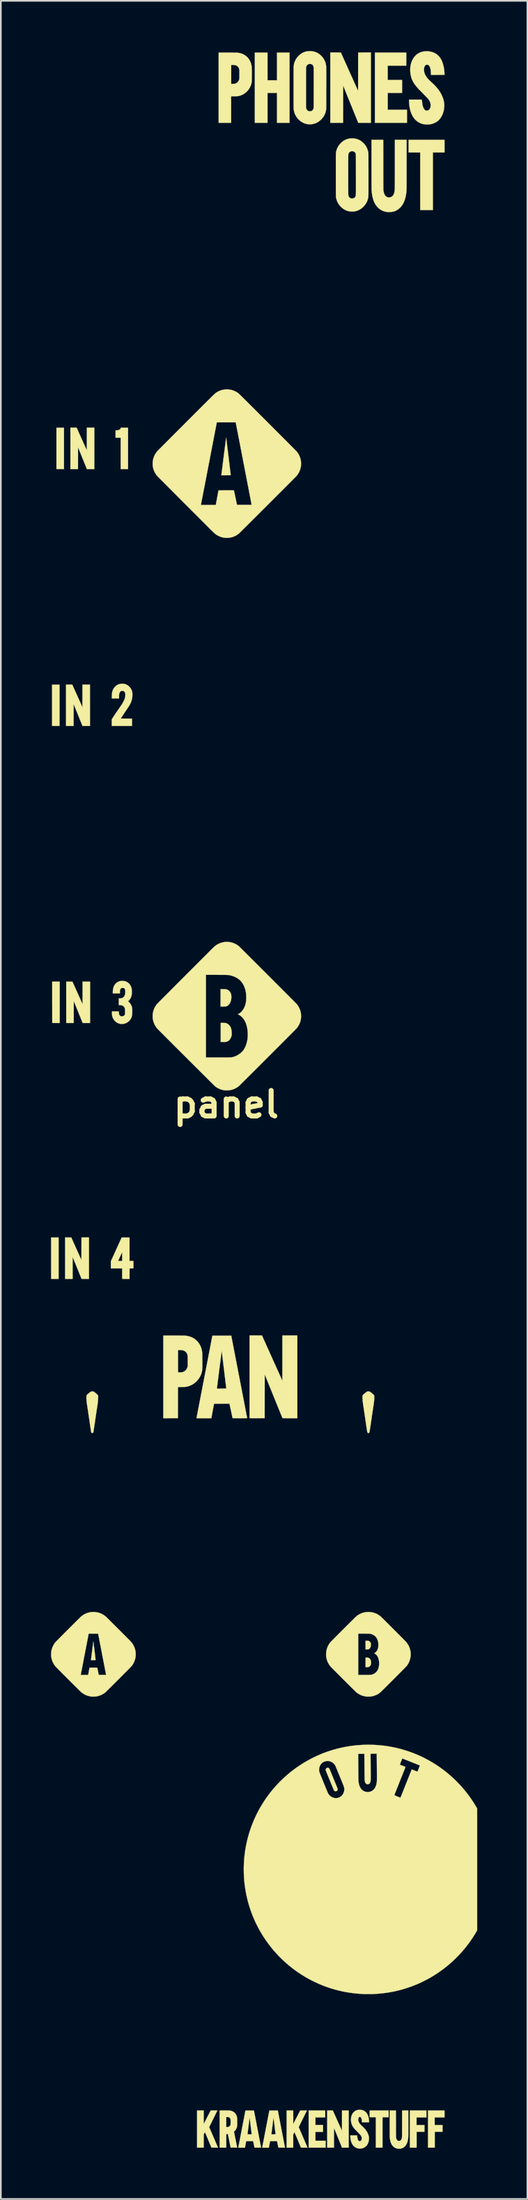
<source format=kicad_pcb>
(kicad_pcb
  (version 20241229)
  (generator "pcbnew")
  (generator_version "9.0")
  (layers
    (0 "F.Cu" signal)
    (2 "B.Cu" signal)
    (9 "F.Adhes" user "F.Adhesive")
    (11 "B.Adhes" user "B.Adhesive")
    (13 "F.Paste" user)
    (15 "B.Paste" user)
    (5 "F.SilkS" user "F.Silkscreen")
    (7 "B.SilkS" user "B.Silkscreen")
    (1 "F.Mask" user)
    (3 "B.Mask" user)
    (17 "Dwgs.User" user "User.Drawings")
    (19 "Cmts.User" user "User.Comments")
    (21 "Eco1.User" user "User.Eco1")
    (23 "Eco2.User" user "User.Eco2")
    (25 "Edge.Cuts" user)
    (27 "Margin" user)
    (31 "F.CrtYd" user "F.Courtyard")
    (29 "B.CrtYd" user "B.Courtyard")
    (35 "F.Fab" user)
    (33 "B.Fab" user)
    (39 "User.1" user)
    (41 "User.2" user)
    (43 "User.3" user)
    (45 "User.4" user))
  (footprint "panel"
    (layer "F.Cu")
    (at 10.478 62.963)
    (property "Reference" "panel" (at 0 0 0) (layer "F.SilkS") (effects (font (size 1.524 1.524) (thickness 0.3))))
    (attr through_hole)
    (fp_poly (pts (xy -9.969 -22.623) (xy -10.414 -22.623) (xy -10.414 -25.091) (xy -9.969 -25.091) (xy -9.969 -22.623)) (stroke (width 0.01) (type solid)) (fill yes) (layer "F.SilkS"))
    (fp_poly (pts (xy -9.703 -37.977) (xy -10.152 -37.977) (xy -10.152 -40.445) (xy -9.703 -40.445) (xy -9.703 -37.977)) (stroke (width 0.01) (type solid)) (fill yes) (layer "F.SilkS"))
    (fp_poly (pts (xy 9.711 60.532) (xy 9.343 60.532) (xy 9.343 62.353) (xy 8.945 62.353) (xy 8.945 60.532) (xy 8.577 60.532) (xy 8.577 60.13) (xy 9.711 60.13) (xy 9.711 60.532)) (stroke (width 0.01) (type solid)) (fill yes) (layer "F.SilkS"))
    (fp_poly (pts (xy 13.051 -56.9) (xy 12.357 -56.9) (xy 12.357 -53.459) (xy 11.599 -53.459) (xy 11.599 -56.9) (xy 10.905 -56.9) (xy 10.905 -57.654) (xy 13.051 -57.654) (xy 13.051 -56.9)) (stroke (width 0.01) (type solid)) (fill yes) (layer "F.SilkS"))
    (fp_poly (pts (xy 11.968 60.545) (xy 11.379 60.545) (xy 11.379 61.002) (xy 11.853 61.002) (xy 11.853 61.404) (xy 11.383 61.404) (xy 11.383 62.353) (xy 10.981 62.353) (xy 10.981 60.13) (xy 11.968 60.13) (xy 11.968 60.545)) (stroke (width 0.01) (type solid)) (fill yes) (layer "F.SilkS"))
    (fp_poly (pts (xy 13.051 60.545) (xy 12.463 60.545) (xy 12.463 61.002) (xy 12.933 61.002) (xy 12.933 61.404) (xy 12.467 61.404) (xy 12.467 62.353) (xy 12.065 62.353) (xy 12.065 60.13) (xy 13.051 60.13) (xy 13.051 60.545)) (stroke (width 0.01) (type solid)) (fill yes) (layer "F.SilkS"))
    (fp_poly (pts (xy 2.468 -61.214) (xy 3.035 -61.214) (xy 3.035 -62.869) (xy 3.785 -62.869) (xy 3.785 -58.674) (xy 3.035 -58.674) (xy 3.035 -60.46) (xy 2.468 -60.46) (xy 2.468 -58.674) (xy 1.71 -58.674) (xy 1.71 -62.869) (xy 2.468 -62.869) (xy 2.468 -61.214)) (stroke (width 0.01) (type solid)) (fill yes) (layer "F.SilkS"))
    (fp_poly (pts (xy 5.918 60.545) (xy 5.334 60.545) (xy 5.334 60.998) (xy 5.787 60.998) (xy 5.787 61.409) (xy 5.334 61.409) (xy 5.334 61.942) (xy 5.944 61.942) (xy 5.944 62.353) (xy 4.928 62.353) (xy 4.928 60.13) (xy 5.918 60.13) (xy 5.918 60.545)) (stroke (width 0.01) (type solid)) (fill yes) (layer "F.SilkS"))
    (fp_poly (pts (xy -8.6 -23.743) (xy -8.598 -25.095) (xy -8.149 -25.095) (xy -8.149 -22.623) (xy -8.372 -22.623) (xy -8.596 -22.623) (xy -8.86 -23.275) (xy -9.125 -23.928) (xy -9.126 -23.275) (xy -9.127 -22.623) (xy -9.58 -22.623) (xy -9.58 -25.095) (xy -9.209 -25.095) (xy -8.6 -23.743)) (stroke (width 0.01) (type solid)) (fill yes) (layer "F.SilkS"))
    (fp_poly (pts (xy 10.765 -62.09) (xy 9.656 -62.09) (xy 9.656 -61.235) (xy 10.516 -61.235) (xy 10.516 -60.461) (xy 9.658 -60.458) (xy 9.657 -59.956) (xy 9.656 -59.453) (xy 10.808 -59.453) (xy 10.808 -58.674) (xy 8.89 -58.674) (xy 8.89 -62.869) (xy 10.765 -62.869) (xy 10.765 -62.09)) (stroke (width 0.01) (type solid)) (fill yes) (layer "F.SilkS"))
    (fp_poly (pts (xy 6.537 -62.877) (xy 6.852 -62.876) (xy 7.368 -61.729) (xy 7.885 -60.582) (xy 7.887 -61.729) (xy 7.889 -62.876) (xy 8.649 -62.878) (xy 8.649 -58.674) (xy 8.271 -58.674) (xy 7.893 -58.674) (xy 6.991 -60.898) (xy 6.99 -59.786) (xy 6.989 -58.674) (xy 6.223 -58.674) (xy 6.223 -62.878) (xy 6.537 -62.877)) (stroke (width 0.01) (type solid)) (fill yes) (layer "F.SilkS"))
    (fp_poly (pts (xy -8.834 -40.201) (xy -8.816 -40.161) (xy -8.795 -40.115) (xy -8.772 -40.062) (xy -8.746 -40.005) (xy -8.719 -39.944) (xy -8.69 -39.88) (xy -8.66 -39.814) (xy -8.63 -39.747) (xy -8.6 -39.68) (xy -8.57 -39.614) (xy -8.541 -39.55) (xy -8.53 -39.525) (xy -8.338 -39.098) (xy -8.336 -39.774) (xy -8.335 -40.449) (xy -7.887 -40.449) (xy -7.887 -37.977) (xy -8.333 -37.977) (xy -8.598 -38.63) (xy -8.862 -39.283) (xy -8.864 -38.63) (xy -8.865 -37.977) (xy -9.318 -37.977) (xy -9.318 -40.449) (xy -8.946 -40.449) (xy -8.834 -40.201)) (stroke (width 0.01) (type solid)) (fill yes) (layer "F.SilkS"))
    (fp_poly (pts (xy -5.872 -37.977) (xy -6.312 -37.977) (xy -6.312 -39.853) (xy -6.617 -39.853) (xy -6.617 -40.071) (xy -6.617 -40.113) (xy -6.616 -40.152) (xy -6.616 -40.188) (xy -6.616 -40.22) (xy -6.615 -40.246) (xy -6.615 -40.267) (xy -6.614 -40.281) (xy -6.614 -40.288) (xy -6.614 -40.289) (xy -6.608 -40.289) (xy -6.596 -40.29) (xy -6.579 -40.291) (xy -6.558 -40.293) (xy -6.552 -40.293) (xy -6.506 -40.298) (xy -6.463 -40.306) (xy -6.425 -40.316) (xy -6.394 -40.327) (xy -6.391 -40.329) (xy -6.363 -40.345) (xy -6.341 -40.365) (xy -6.324 -40.387) (xy -6.314 -40.41) (xy -6.312 -40.428) (xy -6.312 -40.445) (xy -5.872 -40.445) (xy -5.872 -37.977)) (stroke (width 0.01) (type solid)) (fill yes) (layer "F.SilkS"))
    (fp_poly (pts (xy -10.025 10.427) (xy -10.246 10.427) (xy -10.289 10.427) (xy -10.329 10.426) (xy -10.365 10.426) (xy -10.398 10.426) (xy -10.425 10.426) (xy -10.447 10.425) (xy -10.462 10.425) (xy -10.47 10.424) (xy -10.47 10.424) (xy -10.471 10.419) (xy -10.471 10.407) (xy -10.471 10.387) (xy -10.471 10.359) (xy -10.472 10.324) (xy -10.472 10.282) (xy -10.472 10.234) (xy -10.472 10.179) (xy -10.472 10.119) (xy -10.472 10.054) (xy -10.473 9.983) (xy -10.473 9.907) (xy -10.473 9.827) (xy -10.473 9.743) (xy -10.473 9.655) (xy -10.473 9.564) (xy -10.473 9.469) (xy -10.473 9.372) (xy -10.473 9.272) (xy -10.473 9.188) (xy -10.473 7.954) (xy -10.025 7.954) (xy -10.025 10.427)) (stroke (width 0.01) (type solid)) (fill yes) (layer "F.SilkS"))
    (fp_poly (pts (xy -9.957 -4.868) (xy -10.178 -4.868) (xy -10.221 -4.868) (xy -10.261 -4.869) (xy -10.297 -4.869) (xy -10.33 -4.869) (xy -10.357 -4.869) (xy -10.379 -4.87) (xy -10.394 -4.87) (xy -10.402 -4.871) (xy -10.403 -4.871) (xy -10.403 -4.876) (xy -10.403 -4.888) (xy -10.403 -4.908) (xy -10.404 -4.936) (xy -10.404 -4.971) (xy -10.404 -5.013) (xy -10.404 -5.061) (xy -10.404 -5.116) (xy -10.405 -5.176) (xy -10.405 -5.241) (xy -10.405 -5.312) (xy -10.405 -5.388) (xy -10.405 -5.468) (xy -10.405 -5.552) (xy -10.405 -5.64) (xy -10.405 -5.731) (xy -10.405 -5.826) (xy -10.406 -5.923) (xy -10.406 -6.023) (xy -10.406 -6.107) (xy -10.406 -7.341) (xy -9.957 -7.341) (xy -9.957 -4.868)) (stroke (width 0.01) (type solid)) (fill yes) (layer "F.SilkS"))
    (fp_poly (pts (xy 8.413 32.056) (xy 8.445 32.057) (xy 8.471 32.058) (xy 8.491 32.06) (xy 8.508 32.063) (xy 8.522 32.068) (xy 8.536 32.074) (xy 8.551 32.081) (xy 8.552 32.082) (xy 8.576 32.099) (xy 8.598 32.123) (xy 8.618 32.15) (xy 8.634 32.18) (xy 8.643 32.204) (xy 8.649 32.238) (xy 8.652 32.276) (xy 8.651 32.317) (xy 8.647 32.357) (xy 8.639 32.396) (xy 8.635 32.41) (xy 8.619 32.452) (xy 8.598 32.49) (xy 8.572 32.521) (xy 8.571 32.523) (xy 8.553 32.539) (xy 8.536 32.552) (xy 8.517 32.561) (xy 8.497 32.568) (xy 8.472 32.572) (xy 8.443 32.575) (xy 8.407 32.575) (xy 8.396 32.576) (xy 8.331 32.576) (xy 8.331 32.054) (xy 8.413 32.056)) (stroke (width 0.01) (type solid)) (fill yes) (layer "F.SilkS"))
    (fp_poly (pts (xy 8.43 33.063) (xy 8.464 33.066) (xy 8.494 33.072) (xy 8.52 33.081) (xy 8.543 33.094) (xy 8.566 33.112) (xy 8.581 33.127) (xy 8.604 33.154) (xy 8.623 33.182) (xy 8.638 33.212) (xy 8.648 33.247) (xy 8.655 33.287) (xy 8.659 33.333) (xy 8.66 33.359) (xy 8.661 33.391) (xy 8.66 33.416) (xy 8.659 33.437) (xy 8.655 33.456) (xy 8.649 33.475) (xy 8.64 33.496) (xy 8.631 33.514) (xy 8.609 33.552) (xy 8.583 33.583) (xy 8.552 33.606) (xy 8.517 33.622) (xy 8.49 33.629) (xy 8.477 33.631) (xy 8.458 33.632) (xy 8.434 33.633) (xy 8.409 33.634) (xy 8.398 33.634) (xy 8.331 33.634) (xy 8.332 33.349) (xy 8.333 33.064) (xy 8.388 33.063) (xy 8.43 33.063)) (stroke (width 0.01) (type solid)) (fill yes) (layer "F.SilkS"))
    (fp_poly (pts (xy -9.45 7.951) (xy -9.266 7.952) (xy -8.963 8.626) (xy -8.659 9.299) (xy -8.657 8.626) (xy -8.655 7.952) (xy -8.432 7.951) (xy -8.208 7.95) (xy -8.208 10.427) (xy -8.652 10.427) (xy -8.915 9.776) (xy -8.944 9.705) (xy -8.972 9.636) (xy -8.999 9.57) (xy -9.025 9.507) (xy -9.049 9.447) (xy -9.072 9.39) (xy -9.093 9.338) (xy -9.113 9.291) (xy -9.13 9.248) (xy -9.145 9.211) (xy -9.158 9.18) (xy -9.168 9.155) (xy -9.176 9.136) (xy -9.181 9.125) (xy -9.183 9.121) (xy -9.183 9.125) (xy -9.184 9.136) (xy -9.184 9.156) (xy -9.184 9.182) (xy -9.185 9.215) (xy -9.185 9.254) (xy -9.185 9.299) (xy -9.185 9.35) (xy -9.186 9.405) (xy -9.186 9.464) (xy -9.186 9.528) (xy -9.186 9.595) (xy -9.186 9.665) (xy -9.186 9.738) (xy -9.186 9.772) (xy -9.186 10.427) (xy -9.635 10.427) (xy -9.635 7.95) (xy -9.45 7.951)) (stroke (width 0.01) (type solid)) (fill yes) (layer "F.SilkS"))
    (fp_poly (pts (xy -0.183 -6.891) (xy -0.139 -6.89) (xy -0.101 -6.89) (xy -0.071 -6.889) (xy -0.045 -6.887) (xy -0.024 -6.885) (xy -0.006 -6.883) (xy 0.01 -6.88) (xy 0.025 -6.875) (xy 0.04 -6.87) (xy 0.056 -6.863) (xy 0.065 -6.859) (xy 0.113 -6.834) (xy 0.156 -6.802) (xy 0.196 -6.763) (xy 0.23 -6.719) (xy 0.259 -6.67) (xy 0.281 -6.618) (xy 0.295 -6.568) (xy 0.302 -6.518) (xy 0.306 -6.463) (xy 0.307 -6.405) (xy 0.303 -6.345) (xy 0.296 -6.286) (xy 0.286 -6.229) (xy 0.273 -6.177) (xy 0.265 -6.155) (xy 0.239 -6.091) (xy 0.209 -6.034) (xy 0.175 -5.985) (xy 0.137 -5.944) (xy 0.095 -5.909) (xy 0.049 -5.882) (xy 0.002 -5.863) (xy -0.006 -5.86) (xy -0.014 -5.858) (xy -0.022 -5.857) (xy -0.032 -5.855) (xy -0.045 -5.854) (xy -0.062 -5.853) (xy -0.083 -5.853) (xy -0.11 -5.852) (xy -0.143 -5.852) (xy -0.183 -5.851) (xy -0.339 -5.85) (xy -0.339 -6.893) (xy -0.183 -6.891)) (stroke (width 0.01) (type solid)) (fill yes) (layer "F.SilkS"))
    (fp_poly (pts (xy -0.196 -4.873) (xy -0.154 -4.872) (xy -0.12 -4.872) (xy -0.091 -4.871) (xy -0.068 -4.87) (xy -0.049 -4.868) (xy -0.032 -4.866) (xy -0.018 -4.862) (xy -0.003 -4.858) (xy 0.012 -4.853) (xy 0.017 -4.851) (xy 0.06 -4.83) (xy 0.103 -4.803) (xy 0.144 -4.769) (xy 0.182 -4.731) (xy 0.217 -4.689) (xy 0.246 -4.646) (xy 0.257 -4.625) (xy 0.279 -4.573) (xy 0.298 -4.515) (xy 0.311 -4.449) (xy 0.321 -4.377) (xy 0.326 -4.298) (xy 0.328 -4.238) (xy 0.327 -4.201) (xy 0.326 -4.171) (xy 0.324 -4.145) (xy 0.321 -4.122) (xy 0.316 -4.1) (xy 0.309 -4.076) (xy 0.299 -4.048) (xy 0.296 -4.039) (xy 0.27 -3.978) (xy 0.242 -3.924) (xy 0.21 -3.877) (xy 0.176 -3.838) (xy 0.138 -3.805) (xy 0.096 -3.779) (xy 0.051 -3.759) (xy 0.032 -3.753) (xy 0.014 -3.747) (xy -0.004 -3.743) (xy -0.024 -3.74) (xy -0.046 -3.737) (xy -0.072 -3.736) (xy -0.103 -3.735) (xy -0.14 -3.734) (xy -0.184 -3.734) (xy -0.193 -3.734) (xy -0.33 -3.734) (xy -0.33 -4.873) (xy -0.196 -4.873)) (stroke (width 0.01) (type solid)) (fill yes) (layer "F.SilkS"))
    (fp_poly (pts (xy -8.141 -4.868) (xy -8.584 -4.868) (xy -8.595 -4.895) (xy -8.606 -4.922) (xy -8.619 -4.954) (xy -8.634 -4.992) (xy -8.651 -5.034) (xy -8.67 -5.081) (xy -8.691 -5.131) (xy -8.712 -5.185) (xy -8.735 -5.241) (xy -8.759 -5.3) (xy -8.784 -5.36) (xy -8.809 -5.422) (xy -8.834 -5.484) (xy -8.859 -5.546) (xy -8.884 -5.608) (xy -8.909 -5.67) (xy -8.934 -5.73) (xy -8.958 -5.788) (xy -8.98 -5.844) (xy -9.002 -5.897) (xy -9.022 -5.947) (xy -9.041 -5.994) (xy -9.059 -6.036) (xy -9.074 -6.073) (xy -9.087 -6.105) (xy -9.098 -6.131) (xy -9.106 -6.151) (xy -9.111 -6.165) (xy -9.114 -6.171) (xy -9.114 -6.171) (xy -9.115 -6.169) (xy -9.115 -6.158) (xy -9.116 -6.141) (xy -9.116 -6.115) (xy -9.117 -6.082) (xy -9.117 -6.041) (xy -9.117 -5.992) (xy -9.118 -5.935) (xy -9.118 -5.87) (xy -9.118 -5.796) (xy -9.118 -5.715) (xy -9.118 -5.625) (xy -9.118 -5.527) (xy -9.118 -5.523) (xy -9.119 -4.868) (xy -9.567 -4.868) (xy -9.567 -7.341) (xy -9.382 -7.341) (xy -9.197 -7.34) (xy -8.894 -6.668) (xy -8.592 -5.995) (xy -8.59 -6.668) (xy -8.589 -7.341) (xy -8.141 -7.341) (xy -8.141 -4.868)) (stroke (width 0.01) (type solid)) (fill yes) (layer "F.SilkS"))
    (fp_poly (pts (xy -5.783 9.351) (xy -5.55 9.351) (xy -5.55 9.796) (xy -5.665 9.797) (xy -5.781 9.798) (xy -5.782 10.112) (xy -5.783 10.427) (xy -6 10.427) (xy -6.042 10.427) (xy -6.082 10.426) (xy -6.118 10.426) (xy -6.15 10.426) (xy -6.177 10.426) (xy -6.198 10.425) (xy -6.212 10.425) (xy -6.22 10.424) (xy -6.22 10.424) (xy -6.221 10.419) (xy -6.221 10.407) (xy -6.221 10.387) (xy -6.222 10.361) (xy -6.222 10.33) (xy -6.222 10.293) (xy -6.223 10.251) (xy -6.223 10.206) (xy -6.223 10.158) (xy -6.223 10.108) (xy -6.223 9.796) (xy -6.9 9.796) (xy -6.9 9.587) (xy -6.9 9.379) (xy -6.888 9.351) (xy -6.464 9.351) (xy -6.223 9.351) (xy -6.223 9.09) (xy -6.223 9.044) (xy -6.223 9.001) (xy -6.223 8.961) (xy -6.223 8.925) (xy -6.224 8.894) (xy -6.224 8.868) (xy -6.224 8.848) (xy -6.224 8.836) (xy -6.225 8.831) (xy -6.225 8.831) (xy -6.227 8.835) (xy -6.232 8.847) (xy -6.241 8.865) (xy -6.252 8.89) (xy -6.266 8.921) (xy -6.283 8.958) (xy -6.303 9) (xy -6.325 9.047) (xy -6.348 9.099) (xy -6.374 9.155) (xy -6.402 9.215) (xy -6.431 9.279) (xy -6.45 9.321) (xy -6.464 9.351) (xy -6.888 9.351) (xy -6.577 8.668) (xy -6.254 7.957) (xy -5.783 7.954) (xy -5.783 9.351)) (stroke (width 0.01) (type solid)) (fill yes) (layer "F.SilkS"))
    (fp_poly (pts (xy -7.945 32.105) (xy -7.943 32.117) (xy -7.941 32.137) (xy -7.937 32.163) (xy -7.933 32.195) (xy -7.928 32.232) (xy -7.923 32.274) (xy -7.917 32.321) (xy -7.911 32.371) (xy -7.905 32.424) (xy -7.898 32.479) (xy -7.891 32.536) (xy -7.884 32.595) (xy -7.877 32.654) (xy -7.869 32.713) (xy -7.862 32.771) (xy -7.855 32.829) (xy -7.849 32.884) (xy -7.842 32.937) (xy -7.836 32.987) (xy -7.831 33.034) (xy -7.826 33.076) (xy -7.822 33.113) (xy -7.818 33.146) (xy -7.815 33.172) (xy -7.813 33.191) (xy -7.812 33.204) (xy -7.811 33.208) (xy -7.811 33.208) (xy -7.816 33.209) (xy -7.828 33.209) (xy -7.846 33.21) (xy -7.87 33.21) (xy -7.898 33.211) (xy -7.93 33.212) (xy -7.952 33.212) (xy -8.091 33.215) (xy -8.088 33.201) (xy -8.088 33.195) (xy -8.086 33.181) (xy -8.083 33.16) (xy -8.08 33.132) (xy -8.075 33.098) (xy -8.07 33.058) (xy -8.064 33.012) (xy -8.058 32.962) (xy -8.051 32.907) (xy -8.043 32.849) (xy -8.036 32.787) (xy -8.027 32.723) (xy -8.019 32.656) (xy -8.017 32.642) (xy -8.009 32.575) (xy -8.001 32.511) (xy -7.993 32.449) (xy -7.985 32.391) (xy -7.978 32.337) (xy -7.972 32.287) (xy -7.966 32.242) (xy -7.96 32.202) (xy -7.956 32.168) (xy -7.952 32.14) (xy -7.949 32.12) (xy -7.947 32.106) (xy -7.946 32.101) (xy -7.946 32.1) (xy -7.945 32.105)) (stroke (width 0.01) (type solid)) (fill yes) (layer "F.SilkS"))
    (fp_poly (pts (xy 6.205 60.131) (xy 6.373 60.132) (xy 6.643 60.731) (xy 6.673 60.799) (xy 6.703 60.864) (xy 6.731 60.927) (xy 6.758 60.987) (xy 6.784 61.044) (xy 6.808 61.097) (xy 6.83 61.146) (xy 6.85 61.19) (xy 6.868 61.229) (xy 6.883 61.263) (xy 6.896 61.291) (xy 6.906 61.313) (xy 6.912 61.328) (xy 6.916 61.336) (xy 6.917 61.337) (xy 6.917 61.334) (xy 6.918 61.323) (xy 6.919 61.304) (xy 6.919 61.278) (xy 6.92 61.243) (xy 6.92 61.2) (xy 6.92 61.149) (xy 6.921 61.09) (xy 6.921 61.022) (xy 6.921 60.947) (xy 6.921 60.862) (xy 6.921 60.77) (xy 6.921 60.737) (xy 6.922 60.13) (xy 7.324 60.13) (xy 7.324 62.353) (xy 6.923 62.353) (xy 6.687 61.77) (xy 6.66 61.703) (xy 6.633 61.638) (xy 6.608 61.575) (xy 6.584 61.516) (xy 6.561 61.46) (xy 6.54 61.408) (xy 6.52 61.36) (xy 6.503 61.317) (xy 6.487 61.279) (xy 6.474 61.247) (xy 6.463 61.221) (xy 6.455 61.201) (xy 6.449 61.188) (xy 6.447 61.183) (xy 6.447 61.182) (xy 6.446 61.186) (xy 6.446 61.198) (xy 6.446 61.217) (xy 6.445 61.243) (xy 6.445 61.276) (xy 6.444 61.315) (xy 6.444 61.36) (xy 6.444 61.411) (xy 6.444 61.466) (xy 6.443 61.525) (xy 6.443 61.588) (xy 6.443 61.655) (xy 6.443 61.725) (xy 6.443 61.766) (xy 6.443 62.353) (xy 6.037 62.353) (xy 6.037 60.13) (xy 6.205 60.131)) (stroke (width 0.01) (type solid)) (fill yes) (layer "F.SilkS"))
    (fp_poly (pts (xy -1.546 60.131) (xy -1.348 60.132) (xy -1.346 60.534) (xy -1.344 60.935) (xy -0.929 60.132) (xy -0.729 60.131) (xy -0.689 60.131) (xy -0.651 60.131) (xy -0.617 60.131) (xy -0.588 60.131) (xy -0.563 60.131) (xy -0.545 60.131) (xy -0.533 60.131) (xy -0.529 60.132) (xy -0.531 60.136) (xy -0.536 60.147) (xy -0.545 60.164) (xy -0.557 60.188) (xy -0.572 60.218) (xy -0.589 60.253) (xy -0.609 60.293) (xy -0.631 60.338) (xy -0.655 60.386) (xy -0.68 60.439) (xy -0.708 60.494) (xy -0.736 60.552) (xy -0.766 60.612) (xy -0.775 60.629) (xy -1.021 61.126) (xy -0.762 61.725) (xy -0.732 61.793) (xy -0.704 61.859) (xy -0.676 61.923) (xy -0.65 61.983) (xy -0.626 62.041) (xy -0.602 62.094) (xy -0.581 62.144) (xy -0.562 62.189) (xy -0.544 62.229) (xy -0.53 62.263) (xy -0.517 62.292) (xy -0.508 62.314) (xy -0.501 62.329) (xy -0.497 62.338) (xy -0.497 62.339) (xy -0.491 62.353) (xy -0.688 62.352) (xy -0.886 62.351) (xy -1.077 61.89) (xy -1.102 61.831) (xy -1.126 61.774) (xy -1.149 61.719) (xy -1.17 61.668) (xy -1.19 61.62) (xy -1.208 61.577) (xy -1.224 61.538) (xy -1.239 61.504) (xy -1.25 61.476) (xy -1.26 61.453) (xy -1.266 61.438) (xy -1.27 61.429) (xy -1.271 61.428) (xy -1.273 61.431) (xy -1.279 61.44) (xy -1.287 61.455) (xy -1.298 61.473) (xy -1.309 61.495) (xy -1.309 61.495) (xy -1.346 61.564) (xy -1.346 62.353) (xy -1.744 62.353) (xy -1.744 60.13) (xy -1.546 60.131)) (stroke (width 0.01) (type solid)) (fill yes) (layer "F.SilkS"))
    (fp_poly (pts (xy -0.004 -39.859) (xy -0.002 -39.846) (xy 0.000108 -39.827) (xy 0.004 -39.799) (xy 0.008 -39.766) (xy 0.013 -39.726) (xy 0.018 -39.68) (xy 0.025 -39.628) (xy 0.032 -39.572) (xy 0.039 -39.511) (xy 0.047 -39.446) (xy 0.055 -39.377) (xy 0.064 -39.304) (xy 0.073 -39.229) (xy 0.083 -39.151) (xy 0.093 -39.071) (xy 0.102 -38.989) (xy 0.112 -38.906) (xy 0.123 -38.823) (xy 0.133 -38.738) (xy 0.143 -38.654) (xy 0.153 -38.57) (xy 0.163 -38.488) (xy 0.173 -38.406) (xy 0.182 -38.326) (xy 0.192 -38.248) (xy 0.201 -38.172) (xy 0.21 -38.1) (xy 0.218 -38.031) (xy 0.226 -37.965) (xy 0.233 -37.904) (xy 0.24 -37.848) (xy 0.246 -37.796) (xy 0.251 -37.75) (xy 0.256 -37.71) (xy 0.26 -37.676) (xy 0.263 -37.649) (xy 0.265 -37.628) (xy 0.267 -37.616) (xy 0.267 -37.611) (xy 0.267 -37.611) (xy 0.262 -37.611) (xy 0.25 -37.611) (xy 0.231 -37.61) (xy 0.205 -37.61) (xy 0.174 -37.609) (xy 0.137 -37.609) (xy 0.097 -37.608) (xy 0.053 -37.608) (xy 0.006 -37.607) (xy -0.014 -37.607) (xy -0.293 -37.604) (xy -0.291 -37.62) (xy -0.291 -37.626) (xy -0.289 -37.639) (xy -0.286 -37.661) (xy -0.282 -37.689) (xy -0.278 -37.725) (xy -0.273 -37.767) (xy -0.266 -37.816) (xy -0.259 -37.87) (xy -0.252 -37.93) (xy -0.244 -37.996) (xy -0.235 -38.066) (xy -0.225 -38.141) (xy -0.215 -38.22) (xy -0.205 -38.302) (xy -0.194 -38.388) (xy -0.182 -38.478) (xy -0.171 -38.57) (xy -0.159 -38.664) (xy -0.148 -38.751) (xy -0.136 -38.847) (xy -0.124 -38.941) (xy -0.112 -39.032) (xy -0.101 -39.12) (xy -0.09 -39.206) (xy -0.079 -39.287) (xy -0.07 -39.365) (xy -0.06 -39.438) (xy -0.051 -39.507) (xy -0.043 -39.57) (xy -0.036 -39.629) (xy -0.029 -39.682) (xy -0.023 -39.728) (xy -0.018 -39.769) (xy -0.013 -39.802) (xy -0.01 -39.829) (xy -0.007 -39.848) (xy -0.005 -39.86) (xy -0.005 -39.863) (xy -0.004 -39.859)) (stroke (width 0.01) (type solid)) (fill yes) (layer "F.SilkS"))
    (fp_poly (pts (xy 6.103 39.65) (xy 6.112 39.653) (xy 6.129 39.664) (xy 6.148 39.68) (xy 6.164 39.698) (xy 6.176 39.716) (xy 6.178 39.721) (xy 6.184 39.735) (xy 6.192 39.754) (xy 6.203 39.78) (xy 6.216 39.812) (xy 6.231 39.849) (xy 6.248 39.891) (xy 6.267 39.936) (xy 6.287 39.986) (xy 6.309 40.038) (xy 6.331 40.092) (xy 6.354 40.149) (xy 6.378 40.207) (xy 6.402 40.266) (xy 6.426 40.325) (xy 6.451 40.384) (xy 6.474 40.442) (xy 6.498 40.499) (xy 6.52 40.554) (xy 6.542 40.607) (xy 6.562 40.657) (xy 6.581 40.703) (xy 6.598 40.746) (xy 6.613 40.784) (xy 6.627 40.817) (xy 6.638 40.844) (xy 6.646 40.865) (xy 6.652 40.88) (xy 6.655 40.887) (xy 6.655 40.888) (xy 6.658 40.901) (xy 6.66 40.918) (xy 6.661 40.936) (xy 6.66 40.955) (xy 6.658 40.969) (xy 6.653 40.982) (xy 6.649 40.99) (xy 6.639 41.005) (xy 6.628 41.018) (xy 6.622 41.024) (xy 6.598 41.038) (xy 6.571 41.047) (xy 6.543 41.051) (xy 6.516 41.049) (xy 6.495 41.042) (xy 6.474 41.028) (xy 6.453 41.009) (xy 6.437 40.988) (xy 6.434 40.982) (xy 6.428 40.969) (xy 6.42 40.949) (xy 6.409 40.923) (xy 6.396 40.892) (xy 6.38 40.855) (xy 6.363 40.813) (xy 6.344 40.768) (xy 6.324 40.718) (xy 6.302 40.666) (xy 6.279 40.611) (xy 6.256 40.555) (xy 6.232 40.497) (xy 6.208 40.437) (xy 6.184 40.378) (xy 6.159 40.319) (xy 6.135 40.26) (xy 6.112 40.203) (xy 6.089 40.147) (xy 6.068 40.093) (xy 6.047 40.043) (xy 6.028 39.996) (xy 6.01 39.952) (xy 5.995 39.914) (xy 5.981 39.88) (xy 5.97 39.851) (xy 5.961 39.829) (xy 5.955 39.813) (xy 5.952 39.804) (xy 5.951 39.803) (xy 5.948 39.782) (xy 5.949 39.758) (xy 5.952 39.734) (xy 5.958 39.714) (xy 5.96 39.71) (xy 5.975 39.688) (xy 5.997 39.67) (xy 6.022 39.656) (xy 6.049 39.648) (xy 6.077 39.646) (xy 6.103 39.65)) (stroke (width 0.01) (type solid)) (fill yes) (layer "F.SilkS"))
    (fp_poly (pts (xy 4.007 60.94) (xy 4.216 60.535) (xy 4.426 60.13) (xy 4.624 60.13) (xy 4.666 60.13) (xy 4.704 60.131) (xy 4.738 60.131) (xy 4.768 60.131) (xy 4.792 60.132) (xy 4.809 60.133) (xy 4.819 60.133) (xy 4.822 60.134) (xy 4.82 60.138) (xy 4.815 60.15) (xy 4.806 60.168) (xy 4.794 60.192) (xy 4.779 60.222) (xy 4.762 60.257) (xy 4.742 60.297) (xy 4.72 60.342) (xy 4.696 60.391) (xy 4.671 60.443) (xy 4.643 60.498) (xy 4.615 60.556) (xy 4.585 60.616) (xy 4.578 60.63) (xy 4.548 60.69) (xy 4.52 60.749) (xy 4.492 60.804) (xy 4.466 60.857) (xy 4.441 60.907) (xy 4.419 60.953) (xy 4.399 60.994) (xy 4.381 61.03) (xy 4.366 61.062) (xy 4.353 61.087) (xy 4.344 61.107) (xy 4.338 61.12) (xy 4.335 61.126) (xy 4.335 61.126) (xy 4.337 61.13) (xy 4.341 61.142) (xy 4.349 61.161) (xy 4.36 61.186) (xy 4.373 61.217) (xy 4.389 61.254) (xy 4.407 61.296) (xy 4.427 61.343) (xy 4.449 61.395) (xy 4.473 61.45) (xy 4.498 61.509) (xy 4.525 61.571) (xy 4.553 61.636) (xy 4.582 61.703) (xy 4.597 61.739) (xy 4.627 61.807) (xy 4.655 61.873) (xy 4.683 61.937) (xy 4.709 61.997) (xy 4.733 62.054) (xy 4.756 62.108) (xy 4.778 62.157) (xy 4.797 62.202) (xy 4.814 62.241) (xy 4.828 62.275) (xy 4.84 62.303) (xy 4.85 62.325) (xy 4.856 62.341) (xy 4.859 62.349) (xy 4.86 62.35) (xy 4.856 62.35) (xy 4.844 62.351) (xy 4.826 62.352) (xy 4.801 62.352) (xy 4.771 62.352) (xy 4.737 62.353) (xy 4.7 62.353) (xy 4.664 62.353) (xy 4.468 62.353) (xy 4.276 61.889) (xy 4.251 61.83) (xy 4.227 61.773) (xy 4.204 61.718) (xy 4.183 61.667) (xy 4.163 61.62) (xy 4.144 61.576) (xy 4.128 61.538) (xy 4.114 61.504) (xy 4.102 61.476) (xy 4.092 61.454) (xy 4.085 61.439) (xy 4.081 61.431) (xy 4.08 61.429) (xy 4.077 61.434) (xy 4.071 61.444) (xy 4.063 61.46) (xy 4.052 61.48) (xy 4.041 61.5) (xy 4.005 61.569) (xy 4.005 62.353) (xy 3.611 62.353) (xy 3.611 60.13) (xy 4.005 60.13) (xy 4.007 60.94)) (stroke (width 0.01) (type solid)) (fill yes) (layer "F.SilkS"))
    (fp_poly (pts (xy 8.643 17.209) (xy 8.692 17.246) (xy 8.735 17.28) (xy 8.772 17.312) (xy 8.802 17.341) (xy 8.824 17.366) (xy 8.84 17.389) (xy 8.842 17.393) (xy 8.853 17.414) (xy 8.851 17.537) (xy 8.85 17.574) (xy 8.848 17.609) (xy 8.846 17.644) (xy 8.844 17.68) (xy 8.841 17.717) (xy 8.837 17.756) (xy 8.832 17.797) (xy 8.826 17.843) (xy 8.82 17.893) (xy 8.812 17.949) (xy 8.803 18.011) (xy 8.792 18.08) (xy 8.788 18.104) (xy 8.781 18.153) (xy 8.773 18.201) (xy 8.766 18.25) (xy 8.758 18.301) (xy 8.751 18.353) (xy 8.742 18.408) (xy 8.734 18.467) (xy 8.724 18.53) (xy 8.714 18.597) (xy 8.704 18.671) (xy 8.692 18.752) (xy 8.679 18.839) (xy 8.674 18.874) (xy 8.666 18.933) (xy 8.657 18.993) (xy 8.648 19.053) (xy 8.639 19.113) (xy 8.63 19.171) (xy 8.622 19.226) (xy 8.614 19.277) (xy 8.607 19.323) (xy 8.601 19.363) (xy 8.596 19.394) (xy 8.59 19.432) (xy 8.584 19.467) (xy 8.58 19.499) (xy 8.575 19.526) (xy 8.572 19.549) (xy 8.57 19.565) (xy 8.568 19.575) (xy 8.568 19.576) (xy 8.565 19.59) (xy 8.557 19.606) (xy 8.547 19.62) (xy 8.538 19.628) (xy 8.516 19.638) (xy 8.493 19.64) (xy 8.486 19.639) (xy 8.466 19.631) (xy 8.451 19.619) (xy 8.44 19.601) (xy 8.432 19.577) (xy 8.429 19.556) (xy 8.427 19.543) (xy 8.424 19.522) (xy 8.42 19.496) (xy 8.415 19.466) (xy 8.41 19.432) (xy 8.404 19.397) (xy 8.401 19.374) (xy 8.396 19.347) (xy 8.391 19.311) (xy 8.385 19.27) (xy 8.377 19.223) (xy 8.37 19.172) (xy 8.362 19.118) (xy 8.353 19.061) (xy 8.345 19.003) (xy 8.336 18.945) (xy 8.328 18.887) (xy 8.327 18.883) (xy 8.314 18.792) (xy 8.302 18.709) (xy 8.291 18.633) (xy 8.28 18.562) (xy 8.271 18.497) (xy 8.262 18.436) (xy 8.253 18.379) (xy 8.245 18.325) (xy 8.237 18.273) (xy 8.229 18.222) (xy 8.222 18.171) (xy 8.214 18.121) (xy 8.213 18.113) (xy 8.201 18.036) (xy 8.191 17.967) (xy 8.182 17.905) (xy 8.174 17.85) (xy 8.168 17.799) (xy 8.163 17.753) (xy 8.158 17.71) (xy 8.155 17.671) (xy 8.152 17.634) (xy 8.151 17.598) (xy 8.15 17.563) (xy 8.149 17.528) (xy 8.149 17.517) (xy 8.149 17.482) (xy 8.15 17.454) (xy 8.15 17.432) (xy 8.152 17.415) (xy 8.154 17.402) (xy 8.158 17.391) (xy 8.163 17.382) (xy 8.169 17.373) (xy 8.177 17.363) (xy 8.192 17.347) (xy 8.212 17.327) (xy 8.237 17.305) (xy 8.266 17.28) (xy 8.297 17.255) (xy 8.33 17.229) (xy 8.357 17.209) (xy 8.428 17.158) (xy 8.572 17.158) (xy 8.643 17.209)) (stroke (width 0.01) (type solid)) (fill yes) (layer "F.SilkS"))
    (fp_poly (pts (xy -7.867 17.209) (xy -7.816 17.247) (xy -7.772 17.283) (xy -7.735 17.315) (xy -7.705 17.345) (xy -7.682 17.371) (xy -7.667 17.394) (xy -7.666 17.397) (xy -7.663 17.402) (xy -7.661 17.408) (xy -7.66 17.414) (xy -7.659 17.423) (xy -7.658 17.436) (xy -7.658 17.452) (xy -7.658 17.475) (xy -7.659 17.503) (xy -7.659 17.537) (xy -7.66 17.573) (xy -7.662 17.607) (xy -7.663 17.641) (xy -7.666 17.675) (xy -7.669 17.71) (xy -7.672 17.747) (xy -7.677 17.787) (xy -7.682 17.83) (xy -7.688 17.878) (xy -7.696 17.931) (xy -7.704 17.99) (xy -7.714 18.055) (xy -7.722 18.106) (xy -7.73 18.159) (xy -7.738 18.211) (xy -7.746 18.264) (xy -7.754 18.317) (xy -7.762 18.373) (xy -7.771 18.431) (xy -7.78 18.493) (xy -7.79 18.559) (xy -7.8 18.63) (xy -7.812 18.707) (xy -7.824 18.791) (xy -7.836 18.874) (xy -7.844 18.933) (xy -7.853 18.993) (xy -7.862 19.053) (xy -7.871 19.113) (xy -7.88 19.171) (xy -7.888 19.226) (xy -7.896 19.277) (xy -7.903 19.323) (xy -7.909 19.363) (xy -7.914 19.394) (xy -7.92 19.432) (xy -7.926 19.467) (xy -7.93 19.499) (xy -7.935 19.526) (xy -7.938 19.549) (xy -7.94 19.565) (xy -7.942 19.575) (xy -7.942 19.576) (xy -7.945 19.59) (xy -7.953 19.606) (xy -7.963 19.62) (xy -7.972 19.628) (xy -7.994 19.638) (xy -8.017 19.64) (xy -8.024 19.639) (xy -8.046 19.63) (xy -8.063 19.614) (xy -8.075 19.593) (xy -8.079 19.571) (xy -8.081 19.561) (xy -8.083 19.545) (xy -8.087 19.522) (xy -8.091 19.494) (xy -8.096 19.462) (xy -8.101 19.427) (xy -8.107 19.39) (xy -8.107 19.389) (xy -8.112 19.359) (xy -8.118 19.321) (xy -8.125 19.277) (xy -8.132 19.228) (xy -8.14 19.175) (xy -8.148 19.119) (xy -8.157 19.061) (xy -8.166 19.001) (xy -8.174 18.942) (xy -8.183 18.884) (xy -8.183 18.883) (xy -8.196 18.792) (xy -8.208 18.709) (xy -8.219 18.633) (xy -8.23 18.563) (xy -8.239 18.499) (xy -8.248 18.439) (xy -8.256 18.382) (xy -8.264 18.329) (xy -8.272 18.279) (xy -8.279 18.23) (xy -8.287 18.182) (xy -8.294 18.134) (xy -8.297 18.112) (xy -8.309 18.036) (xy -8.319 17.968) (xy -8.328 17.906) (xy -8.336 17.85) (xy -8.342 17.799) (xy -8.347 17.753) (xy -8.352 17.711) (xy -8.355 17.672) (xy -8.358 17.635) (xy -8.359 17.599) (xy -8.36 17.564) (xy -8.361 17.529) (xy -8.361 17.517) (xy -8.361 17.482) (xy -8.36 17.454) (xy -8.36 17.432) (xy -8.358 17.416) (xy -8.356 17.402) (xy -8.352 17.392) (xy -8.348 17.383) (xy -8.342 17.374) (xy -8.335 17.365) (xy -8.32 17.348) (xy -8.3 17.328) (xy -8.274 17.306) (xy -8.245 17.281) (xy -8.213 17.255) (xy -8.179 17.228) (xy -8.157 17.212) (xy -8.082 17.158) (xy -7.938 17.158) (xy -7.867 17.209)) (stroke (width 0.01) (type solid)) (fill yes) (layer "F.SilkS"))
    (fp_poly (pts (xy 0.075 -62.869) (xy 0.155 -62.869) (xy 0.231 -62.869) (xy 0.301 -62.869) (xy 0.367 -62.869) (xy 0.426 -62.868) (xy 0.48 -62.868) (xy 0.527 -62.868) (xy 0.568 -62.867) (xy 0.601 -62.867) (xy 0.628 -62.866) (xy 0.646 -62.865) (xy 0.654 -62.865) (xy 0.749 -62.853) (xy 0.839 -62.834) (xy 0.924 -62.808) (xy 1.005 -62.775) (xy 1.082 -62.734) (xy 1.155 -62.686) (xy 1.179 -62.668) (xy 1.2 -62.65) (xy 1.225 -62.628) (xy 1.251 -62.602) (xy 1.277 -62.575) (xy 1.302 -62.548) (xy 1.323 -62.524) (xy 1.335 -62.509) (xy 1.382 -62.439) (xy 1.423 -62.366) (xy 1.457 -62.288) (xy 1.485 -62.207) (xy 1.506 -62.12) (xy 1.518 -62.055) (xy 1.521 -62.033) (xy 1.523 -62.008) (xy 1.526 -61.979) (xy 1.527 -61.945) (xy 1.529 -61.907) (xy 1.53 -61.862) (xy 1.531 -61.812) (xy 1.531 -61.755) (xy 1.532 -61.692) (xy 1.532 -61.621) (xy 1.532 -61.543) (xy 1.531 -61.498) (xy 1.531 -61.434) (xy 1.531 -61.377) (xy 1.53 -61.328) (xy 1.53 -61.285) (xy 1.529 -61.248) (xy 1.528 -61.216) (xy 1.527 -61.188) (xy 1.526 -61.164) (xy 1.524 -61.142) (xy 1.523 -61.123) (xy 1.52 -61.106) (xy 1.518 -61.089) (xy 1.515 -61.072) (xy 1.511 -61.055) (xy 1.507 -61.036) (xy 1.504 -61.024) (xy 1.482 -60.941) (xy 1.451 -60.859) (xy 1.413 -60.781) (xy 1.368 -60.707) (xy 1.318 -60.636) (xy 1.261 -60.57) (xy 1.199 -60.509) (xy 1.132 -60.453) (xy 1.061 -60.404) (xy 0.986 -60.36) (xy 0.908 -60.324) (xy 0.826 -60.296) (xy 0.804 -60.289) (xy 0.78 -60.283) (xy 0.758 -60.277) (xy 0.737 -60.273) (xy 0.717 -60.269) (xy 0.696 -60.266) (xy 0.673 -60.264) (xy 0.647 -60.262) (xy 0.617 -60.261) (xy 0.583 -60.26) (xy 0.542 -60.259) (xy 0.494 -60.259) (xy 0.479 -60.258) (xy 0.292 -60.257) (xy 0.292 -58.674) (xy -0.453 -58.674) (xy -0.453 -62.133) (xy 0.296 -62.133) (xy 0.296 -60.997) (xy 0.391 -60.999) (xy 0.424 -61) (xy 0.45 -61.001) (xy 0.471 -61.003) (xy 0.488 -61.004) (xy 0.503 -61.007) (xy 0.516 -61.01) (xy 0.519 -61.01) (xy 0.57 -61.028) (xy 0.618 -61.053) (xy 0.66 -61.085) (xy 0.698 -61.123) (xy 0.73 -61.166) (xy 0.756 -61.215) (xy 0.775 -61.269) (xy 0.776 -61.271) (xy 0.778 -61.279) (xy 0.779 -61.286) (xy 0.781 -61.293) (xy 0.782 -61.303) (xy 0.783 -61.314) (xy 0.784 -61.327) (xy 0.784 -61.345) (xy 0.785 -61.366) (xy 0.785 -61.393) (xy 0.786 -61.425) (xy 0.786 -61.463) (xy 0.786 -61.509) (xy 0.786 -61.551) (xy 0.787 -61.611) (xy 0.787 -61.666) (xy 0.787 -61.713) (xy 0.786 -61.753) (xy 0.786 -61.785) (xy 0.785 -61.809) (xy 0.784 -61.826) (xy 0.783 -61.83) (xy 0.772 -61.887) (xy 0.755 -61.938) (xy 0.732 -61.984) (xy 0.703 -62.024) (xy 0.667 -62.057) (xy 0.626 -62.085) (xy 0.607 -62.095) (xy 0.582 -62.106) (xy 0.556 -62.115) (xy 0.529 -62.122) (xy 0.499 -62.127) (xy 0.465 -62.13) (xy 0.426 -62.132) (xy 0.379 -62.133) (xy 0.376 -62.133) (xy 0.296 -62.133) (xy -0.453 -62.133) (xy -0.453 -62.869) (xy 0.075 -62.869)) (stroke (width 0.01) (type solid)) (fill yes) (layer "F.SilkS"))
    (fp_poly (pts (xy 10.886 60.132) (xy 10.887 60.861) (xy 10.887 60.964) (xy 10.888 61.059) (xy 10.888 61.146) (xy 10.888 61.226) (xy 10.887 61.299) (xy 10.887 61.366) (xy 10.887 61.426) (xy 10.887 61.481) (xy 10.886 61.53) (xy 10.886 61.574) (xy 10.885 61.614) (xy 10.884 61.649) (xy 10.884 61.681) (xy 10.883 61.709) (xy 10.882 61.734) (xy 10.88 61.756) (xy 10.879 61.776) (xy 10.877 61.794) (xy 10.876 61.81) (xy 10.874 61.826) (xy 10.872 61.84) (xy 10.872 61.843) (xy 10.856 61.925) (xy 10.836 62.001) (xy 10.812 62.072) (xy 10.782 62.137) (xy 10.749 62.195) (xy 10.71 62.246) (xy 10.668 62.291) (xy 10.643 62.312) (xy 10.604 62.341) (xy 10.568 62.363) (xy 10.531 62.381) (xy 10.492 62.395) (xy 10.449 62.405) (xy 10.425 62.41) (xy 10.399 62.413) (xy 10.367 62.415) (xy 10.333 62.416) (xy 10.299 62.415) (xy 10.268 62.413) (xy 10.242 62.41) (xy 10.237 62.41) (xy 10.175 62.394) (xy 10.115 62.37) (xy 10.057 62.339) (xy 10.048 62.333) (xy 10.027 62.317) (xy 10.004 62.297) (xy 9.979 62.274) (xy 9.955 62.249) (xy 9.934 62.224) (xy 9.917 62.202) (xy 9.915 62.2) (xy 9.881 62.141) (xy 9.851 62.076) (xy 9.826 62.004) (xy 9.806 61.925) (xy 9.791 61.841) (xy 9.781 61.75) (xy 9.779 61.728) (xy 9.779 61.715) (xy 9.778 61.693) (xy 9.778 61.663) (xy 9.777 61.625) (xy 9.777 61.579) (xy 9.776 61.526) (xy 9.776 61.465) (xy 9.776 61.397) (xy 9.775 61.322) (xy 9.775 61.24) (xy 9.775 61.152) (xy 9.775 61.057) (xy 9.775 60.956) (xy 9.775 60.896) (xy 9.775 60.13) (xy 10.147 60.13) (xy 10.149 60.929) (xy 10.149 61.027) (xy 10.149 61.116) (xy 10.149 61.198) (xy 10.149 61.273) (xy 10.149 61.34) (xy 10.15 61.401) (xy 10.15 61.456) (xy 10.15 61.505) (xy 10.15 61.549) (xy 10.151 61.587) (xy 10.151 61.621) (xy 10.152 61.65) (xy 10.152 61.676) (xy 10.153 61.698) (xy 10.154 61.716) (xy 10.155 61.732) (xy 10.156 61.746) (xy 10.157 61.757) (xy 10.158 61.767) (xy 10.16 61.776) (xy 10.162 61.783) (xy 10.163 61.791) (xy 10.165 61.798) (xy 10.168 61.805) (xy 10.17 61.812) (xy 10.171 61.815) (xy 10.186 61.853) (xy 10.206 61.886) (xy 10.23 61.914) (xy 10.258 61.935) (xy 10.268 61.94) (xy 10.282 61.947) (xy 10.294 61.95) (xy 10.308 61.952) (xy 10.326 61.952) (xy 10.329 61.952) (xy 10.367 61.948) (xy 10.401 61.937) (xy 10.43 61.918) (xy 10.455 61.893) (xy 10.475 61.86) (xy 10.491 61.821) (xy 10.496 61.802) (xy 10.498 61.794) (xy 10.5 61.786) (xy 10.502 61.778) (xy 10.503 61.769) (xy 10.504 61.76) (xy 10.506 61.75) (xy 10.507 61.738) (xy 10.508 61.723) (xy 10.509 61.707) (xy 10.509 61.687) (xy 10.51 61.665) (xy 10.511 61.639) (xy 10.511 61.609) (xy 10.512 61.574) (xy 10.512 61.535) (xy 10.512 61.491) (xy 10.513 61.441) (xy 10.513 61.386) (xy 10.513 61.324) (xy 10.513 61.256) (xy 10.514 61.181) (xy 10.514 61.098) (xy 10.514 61.008) (xy 10.514 60.923) (xy 10.516 60.13) (xy 10.886 60.132)) (stroke (width 0.01) (type solid)) (fill yes) (layer "F.SilkS"))
    (fp_poly (pts (xy -0.096 60.131) (xy -0.038 60.132) (xy 0.013 60.132) (xy 0.057 60.132) (xy 0.094 60.133) (xy 0.126 60.133) (xy 0.152 60.134) (xy 0.174 60.135) (xy 0.192 60.135) (xy 0.206 60.136) (xy 0.218 60.137) (xy 0.229 60.139) (xy 0.238 60.14) (xy 0.241 60.141) (xy 0.308 60.157) (xy 0.369 60.179) (xy 0.425 60.208) (xy 0.475 60.244) (xy 0.52 60.285) (xy 0.559 60.333) (xy 0.591 60.387) (xy 0.618 60.446) (xy 0.638 60.511) (xy 0.644 60.537) (xy 0.646 60.546) (xy 0.648 60.556) (xy 0.649 60.567) (xy 0.651 60.58) (xy 0.652 60.595) (xy 0.652 60.613) (xy 0.653 60.636) (xy 0.654 60.664) (xy 0.654 60.698) (xy 0.654 60.739) (xy 0.655 60.787) (xy 0.655 60.791) (xy 0.655 60.847) (xy 0.656 60.895) (xy 0.655 60.936) (xy 0.655 60.972) (xy 0.654 61.002) (xy 0.653 61.028) (xy 0.651 61.051) (xy 0.648 61.072) (xy 0.645 61.09) (xy 0.641 61.108) (xy 0.637 61.126) (xy 0.633 61.14) (xy 0.613 61.195) (xy 0.586 61.249) (xy 0.552 61.3) (xy 0.513 61.349) (xy 0.495 61.367) (xy 0.462 61.399) (xy 0.557 61.864) (xy 0.57 61.926) (xy 0.582 61.985) (xy 0.593 62.042) (xy 0.604 62.095) (xy 0.614 62.145) (xy 0.624 62.19) (xy 0.632 62.23) (xy 0.639 62.265) (xy 0.645 62.294) (xy 0.649 62.316) (xy 0.652 62.331) (xy 0.654 62.338) (xy 0.654 62.339) (xy 0.656 62.349) (xy 0.459 62.349) (xy 0.419 62.349) (xy 0.382 62.348) (xy 0.349 62.348) (xy 0.319 62.348) (xy 0.295 62.348) (xy 0.277 62.348) (xy 0.266 62.348) (xy 0.262 62.347) (xy 0.262 62.343) (xy 0.259 62.33) (xy 0.255 62.311) (xy 0.25 62.285) (xy 0.244 62.254) (xy 0.237 62.218) (xy 0.229 62.178) (xy 0.22 62.135) (xy 0.211 62.089) (xy 0.201 62.04) (xy 0.191 61.991) (xy 0.181 61.94) (xy 0.17 61.89) (xy 0.16 61.84) (xy 0.15 61.792) (xy 0.141 61.745) (xy 0.132 61.701) (xy 0.124 61.661) (xy 0.116 61.625) (xy 0.11 61.593) (xy 0.104 61.567) (xy 0.1 61.548) (xy 0.097 61.535) (xy 0.096 61.529) (xy 0.096 61.529) (xy 0.091 61.529) (xy 0.081 61.532) (xy 0.065 61.536) (xy 0.048 61.541) (xy 0.002 61.556) (xy -0.000043 62.353) (xy -0.394 62.353) (xy -0.394 61.121) (xy 0 61.121) (xy 0.052 61.121) (xy 0.082 61.12) (xy 0.106 61.118) (xy 0.124 61.115) (xy 0.124 61.115) (xy 0.161 61.099) (xy 0.193 61.077) (xy 0.209 61.062) (xy 0.222 61.048) (xy 0.233 61.034) (xy 0.241 61.02) (xy 0.248 61.005) (xy 0.253 60.987) (xy 0.257 60.966) (xy 0.26 60.941) (xy 0.261 60.911) (xy 0.262 60.874) (xy 0.262 60.83) (xy 0.262 60.82) (xy 0.262 60.777) (xy 0.262 60.742) (xy 0.261 60.712) (xy 0.259 60.688) (xy 0.257 60.669) (xy 0.254 60.652) (xy 0.25 60.638) (xy 0.245 60.625) (xy 0.238 60.611) (xy 0.237 60.608) (xy 0.219 60.583) (xy 0.195 60.56) (xy 0.169 60.543) (xy 0.151 60.535) (xy 0.13 60.529) (xy 0.106 60.526) (xy 0.076 60.524) (xy 0.056 60.524) (xy 0 60.524) (xy 0 61.121) (xy -0.394 61.121) (xy -0.394 60.13) (xy -0.096 60.131)) (stroke (width 0.01) (type solid)) (fill yes) (layer "F.SilkS"))
    (fp_poly (pts (xy 2.141 13.821) (xy 2.144 13.826) (xy 2.149 13.838) (xy 2.158 13.858) (xy 2.17 13.884) (xy 2.185 13.917) (xy 2.203 13.957) (xy 2.224 14.002) (xy 2.247 14.053) (xy 2.272 14.11) (xy 2.3 14.172) (xy 2.33 14.239) (xy 2.362 14.31) (xy 2.396 14.386) (xy 2.432 14.465) (xy 2.47 14.549) (xy 2.509 14.636) (xy 2.55 14.726) (xy 2.591 14.819) (xy 2.635 14.915) (xy 2.679 15.013) (xy 2.724 15.113) (xy 2.75 15.17) (xy 2.795 15.271) (xy 2.84 15.37) (xy 2.883 15.467) (xy 2.926 15.561) (xy 2.967 15.653) (xy 3.007 15.741) (xy 3.045 15.826) (xy 3.082 15.908) (xy 3.117 15.985) (xy 3.15 16.058) (xy 3.181 16.127) (xy 3.21 16.191) (xy 3.236 16.25) (xy 3.26 16.303) (xy 3.282 16.351) (xy 3.301 16.394) (xy 3.318 16.43) (xy 3.331 16.459) (xy 3.341 16.482) (xy 3.349 16.498) (xy 3.353 16.506) (xy 3.353 16.508) (xy 3.354 16.504) (xy 3.354 16.492) (xy 3.354 16.472) (xy 3.355 16.444) (xy 3.355 16.41) (xy 3.355 16.368) (xy 3.355 16.319) (xy 3.356 16.264) (xy 3.356 16.203) (xy 3.356 16.136) (xy 3.356 16.064) (xy 3.356 15.986) (xy 3.356 15.904) (xy 3.357 15.816) (xy 3.357 15.725) (xy 3.357 15.629) (xy 3.357 15.53) (xy 3.357 15.426) (xy 3.357 15.32) (xy 3.357 15.211) (xy 3.357 15.158) (xy 3.357 13.805) (xy 4.25 13.805) (xy 4.25 18.754) (xy 3.808 18.754) (xy 3.735 18.754) (xy 3.669 18.754) (xy 3.611 18.753) (xy 3.56 18.753) (xy 3.516 18.753) (xy 3.479 18.753) (xy 3.448 18.752) (xy 3.422 18.752) (xy 3.401 18.752) (xy 3.385 18.751) (xy 3.374 18.75) (xy 3.367 18.75) (xy 3.363 18.749) (xy 3.363 18.748) (xy 3.361 18.744) (xy 3.356 18.732) (xy 3.348 18.713) (xy 3.337 18.687) (xy 3.324 18.654) (xy 3.308 18.615) (xy 3.289 18.57) (xy 3.268 18.519) (xy 3.245 18.462) (xy 3.22 18.4) (xy 3.193 18.333) (xy 3.164 18.262) (xy 3.133 18.186) (xy 3.1 18.106) (xy 3.066 18.022) (xy 3.031 17.935) (xy 2.994 17.845) (xy 2.956 17.751) (xy 2.917 17.655) (xy 2.878 17.557) (xy 2.837 17.457) (xy 2.83 17.439) (xy 2.301 16.134) (xy 2.299 17.443) (xy 2.297 18.752) (xy 1.847 18.753) (xy 1.773 18.753) (xy 1.706 18.753) (xy 1.648 18.753) (xy 1.597 18.753) (xy 1.553 18.753) (xy 1.515 18.753) (xy 1.483 18.752) (xy 1.457 18.752) (xy 1.436 18.752) (xy 1.419 18.751) (xy 1.408 18.751) (xy 1.4 18.75) (xy 1.396 18.749) (xy 1.395 18.748) (xy 1.395 18.744) (xy 1.395 18.731) (xy 1.394 18.71) (xy 1.394 18.682) (xy 1.394 18.646) (xy 1.394 18.603) (xy 1.394 18.552) (xy 1.394 18.495) (xy 1.394 18.431) (xy 1.394 18.361) (xy 1.394 18.285) (xy 1.394 18.203) (xy 1.394 18.115) (xy 1.394 18.022) (xy 1.394 17.924) (xy 1.394 17.82) (xy 1.394 17.712) (xy 1.394 17.6) (xy 1.394 17.483) (xy 1.394 17.363) (xy 1.394 17.238) (xy 1.394 17.11) (xy 1.394 16.979) (xy 1.394 16.845) (xy 1.394 16.708) (xy 1.394 16.568) (xy 1.394 16.426) (xy 1.394 16.282) (xy 1.394 16.275) (xy 1.395 13.807) (xy 1.764 13.806) (xy 2.133 13.805) (xy 2.141 13.821)) (stroke (width 0.01) (type solid)) (fill yes) (layer "F.SilkS"))
    (fp_poly (pts (xy -6.145 -25.144) (xy -6.084 -25.135) (xy -6.027 -25.119) (xy -5.972 -25.097) (xy -5.919 -25.067) (xy -5.901 -25.056) (xy -5.841 -25.011) (xy -5.788 -24.961) (xy -5.74 -24.907) (xy -5.7 -24.848) (xy -5.667 -24.786) (xy -5.641 -24.721) (xy -5.628 -24.676) (xy -5.621 -24.646) (xy -5.616 -24.618) (xy -5.613 -24.59) (xy -5.611 -24.561) (xy -5.61 -24.528) (xy -5.61 -24.49) (xy -5.61 -24.463) (xy -5.616 -24.367) (xy -5.628 -24.275) (xy -5.646 -24.187) (xy -5.671 -24.102) (xy -5.704 -24.019) (xy -5.744 -23.935) (xy -5.788 -23.857) (xy -5.795 -23.845) (xy -5.803 -23.833) (xy -5.81 -23.821) (xy -5.818 -23.808) (xy -5.827 -23.795) (xy -5.837 -23.779) (xy -5.849 -23.761) (xy -5.862 -23.74) (xy -5.878 -23.716) (xy -5.897 -23.687) (xy -5.919 -23.654) (xy -5.944 -23.616) (xy -5.974 -23.572) (xy -6.007 -23.522) (xy -6.02 -23.503) (xy -6.069 -23.43) (xy -6.112 -23.364) (xy -6.152 -23.304) (xy -6.186 -23.252) (xy -6.216 -23.206) (xy -6.242 -23.167) (xy -6.263 -23.134) (xy -6.279 -23.108) (xy -6.291 -23.088) (xy -6.299 -23.074) (xy -6.303 -23.067) (xy -6.303 -23.065) (xy -6.299 -23.065) (xy -6.288 -23.065) (xy -6.269 -23.064) (xy -6.244 -23.064) (xy -6.214 -23.064) (xy -6.179 -23.063) (xy -6.14 -23.063) (xy -6.099 -23.063) (xy -6.078 -23.063) (xy -6.03 -23.063) (xy -5.982 -23.063) (xy -5.933 -23.063) (xy -5.887 -23.062) (xy -5.843 -23.062) (xy -5.804 -23.061) (xy -5.77 -23.061) (xy -5.744 -23.06) (xy -5.743 -23.06) (xy -5.635 -23.058) (xy -5.635 -22.623) (xy -6.845 -22.623) (xy -6.845 -23.009) (xy -6.835 -23.03) (xy -6.828 -23.043) (xy -6.816 -23.063) (xy -6.8 -23.088) (xy -6.782 -23.118) (xy -6.76 -23.152) (xy -6.737 -23.188) (xy -6.711 -23.227) (xy -6.685 -23.267) (xy -6.658 -23.307) (xy -6.632 -23.347) (xy -6.605 -23.386) (xy -6.58 -23.423) (xy -6.556 -23.457) (xy -6.536 -23.487) (xy -6.515 -23.516) (xy -6.491 -23.55) (xy -6.465 -23.588) (xy -6.437 -23.627) (xy -6.409 -23.667) (xy -6.382 -23.707) (xy -6.355 -23.746) (xy -6.331 -23.781) (xy -6.309 -23.813) (xy -6.291 -23.839) (xy -6.283 -23.851) (xy -6.23 -23.933) (xy -6.183 -24.012) (xy -6.143 -24.086) (xy -6.109 -24.156) (xy -6.082 -24.222) (xy -6.061 -24.283) (xy -6.054 -24.31) (xy -6.046 -24.349) (xy -6.039 -24.391) (xy -6.035 -24.434) (xy -6.033 -24.475) (xy -6.033 -24.513) (xy -6.035 -24.546) (xy -6.039 -24.57) (xy -6.051 -24.605) (xy -6.068 -24.637) (xy -6.09 -24.667) (xy -6.115 -24.691) (xy -6.143 -24.709) (xy -6.144 -24.709) (xy -6.174 -24.719) (xy -6.207 -24.723) (xy -6.241 -24.722) (xy -6.273 -24.715) (xy -6.29 -24.709) (xy -6.316 -24.692) (xy -6.34 -24.668) (xy -6.362 -24.635) (xy -6.381 -24.594) (xy -6.387 -24.58) (xy -6.394 -24.562) (xy -6.399 -24.544) (xy -6.402 -24.523) (xy -6.405 -24.5) (xy -6.407 -24.472) (xy -6.408 -24.439) (xy -6.409 -24.399) (xy -6.409 -24.368) (xy -6.409 -24.27) (xy -6.842 -24.27) (xy -6.84 -24.402) (xy -6.839 -24.45) (xy -6.838 -24.49) (xy -6.836 -24.525) (xy -6.833 -24.556) (xy -6.83 -24.583) (xy -6.826 -24.61) (xy -6.821 -24.636) (xy -6.814 -24.664) (xy -6.811 -24.675) (xy -6.79 -24.745) (xy -6.763 -24.809) (xy -6.73 -24.868) (xy -6.691 -24.922) (xy -6.645 -24.973) (xy -6.615 -25.001) (xy -6.562 -25.044) (xy -6.506 -25.078) (xy -6.446 -25.106) (xy -6.383 -25.126) (xy -6.315 -25.14) (xy -6.243 -25.146) (xy -6.211 -25.146) (xy -6.145 -25.144)) (stroke (width 0.01) (type solid)) (fill yes) (layer "F.SilkS"))
    (fp_poly (pts (xy 9.391 -56.169) (xy 9.391 -56.035) (xy 9.391 -55.909) (xy 9.391 -55.791) (xy 9.391 -55.681) (xy 9.391 -55.578) (xy 9.391 -55.482) (xy 9.391 -55.393) (xy 9.392 -55.31) (xy 9.392 -55.234) (xy 9.392 -55.164) (xy 9.392 -55.099) (xy 9.392 -55.04) (xy 9.392 -54.986) (xy 9.393 -54.937) (xy 9.393 -54.893) (xy 9.393 -54.853) (xy 9.394 -54.817) (xy 9.394 -54.785) (xy 9.395 -54.756) (xy 9.395 -54.731) (xy 9.396 -54.709) (xy 9.397 -54.689) (xy 9.397 -54.672) (xy 9.398 -54.657) (xy 9.399 -54.643) (xy 9.4 -54.632) (xy 9.401 -54.621) (xy 9.402 -54.612) (xy 9.404 -54.604) (xy 9.405 -54.596) (xy 9.406 -54.588) (xy 9.408 -54.58) (xy 9.41 -54.572) (xy 9.411 -54.564) (xy 9.413 -54.556) (xy 9.428 -54.491) (xy 9.448 -54.433) (xy 9.472 -54.381) (xy 9.5 -54.336) (xy 9.532 -54.298) (xy 9.568 -54.266) (xy 9.607 -54.242) (xy 9.649 -54.225) (xy 9.694 -54.215) (xy 9.743 -54.214) (xy 9.748 -54.214) (xy 9.784 -54.218) (xy 9.816 -54.224) (xy 9.847 -54.235) (xy 9.872 -54.247) (xy 9.891 -54.256) (xy 9.907 -54.267) (xy 9.922 -54.28) (xy 9.94 -54.297) (xy 9.944 -54.301) (xy 9.96 -54.318) (xy 9.976 -54.337) (xy 9.989 -54.354) (xy 9.996 -54.364) (xy 10.018 -54.408) (xy 10.036 -54.458) (xy 10.052 -54.515) (xy 10.064 -54.579) (xy 10.073 -54.651) (xy 10.079 -54.73) (xy 10.08 -54.742) (xy 10.08 -54.763) (xy 10.081 -54.792) (xy 10.081 -54.83) (xy 10.081 -54.876) (xy 10.082 -54.93) (xy 10.082 -54.992) (xy 10.082 -55.062) (xy 10.083 -55.141) (xy 10.083 -55.227) (xy 10.083 -55.321) (xy 10.083 -55.424) (xy 10.083 -55.534) (xy 10.084 -55.652) (xy 10.084 -55.778) (xy 10.084 -55.911) (xy 10.084 -56.052) (xy 10.084 -56.201) (xy 10.084 -56.23) (xy 10.084 -57.654) (xy 10.787 -57.654) (xy 10.786 -56.243) (xy 10.786 -56.132) (xy 10.786 -56.022) (xy 10.786 -55.914) (xy 10.786 -55.809) (xy 10.786 -55.706) (xy 10.786 -55.607) (xy 10.786 -55.511) (xy 10.786 -55.419) (xy 10.785 -55.331) (xy 10.785 -55.247) (xy 10.785 -55.168) (xy 10.785 -55.095) (xy 10.785 -55.026) (xy 10.784 -54.964) (xy 10.784 -54.907) (xy 10.784 -54.858) (xy 10.783 -54.814) (xy 10.783 -54.779) (xy 10.783 -54.75) (xy 10.783 -54.73) (xy 10.782 -54.718) (xy 10.777 -54.604) (xy 10.767 -54.497) (xy 10.754 -54.396) (xy 10.737 -54.3) (xy 10.715 -54.207) (xy 10.69 -54.116) (xy 10.673 -54.066) (xy 10.637 -53.97) (xy 10.597 -53.882) (xy 10.553 -53.8) (xy 10.504 -53.725) (xy 10.45 -53.657) (xy 10.392 -53.594) (xy 10.328 -53.537) (xy 10.259 -53.486) (xy 10.253 -53.482) (xy 10.193 -53.445) (xy 10.132 -53.414) (xy 10.069 -53.389) (xy 10.002 -53.369) (xy 9.946 -53.357) (xy 9.895 -53.349) (xy 9.839 -53.343) (xy 9.781 -53.339) (xy 9.724 -53.338) (xy 9.671 -53.339) (xy 9.65 -53.34) (xy 9.56 -53.352) (xy 9.474 -53.371) (xy 9.392 -53.397) (xy 9.313 -53.431) (xy 9.238 -53.473) (xy 9.166 -53.523) (xy 9.098 -53.58) (xy 9.054 -53.623) (xy 9.002 -53.682) (xy 8.955 -53.744) (xy 8.912 -53.81) (xy 8.873 -53.882) (xy 8.836 -53.961) (xy 8.821 -53.998) (xy 8.79 -54.085) (xy 8.763 -54.178) (xy 8.74 -54.278) (xy 8.72 -54.383) (xy 8.705 -54.494) (xy 8.694 -54.608) (xy 8.691 -54.652) (xy 8.691 -54.664) (xy 8.69 -54.683) (xy 8.69 -54.711) (xy 8.69 -54.747) (xy 8.689 -54.791) (xy 8.689 -54.843) (xy 8.689 -54.903) (xy 8.688 -54.97) (xy 8.688 -55.046) (xy 8.688 -55.128) (xy 8.688 -55.218) (xy 8.687 -55.315) (xy 8.687 -55.42) (xy 8.687 -55.531) (xy 8.687 -55.649) (xy 8.687 -55.775) (xy 8.687 -55.906) (xy 8.687 -56.045) (xy 8.687 -56.188) (xy 8.687 -57.654) (xy 9.389 -57.654) (xy 9.391 -56.169)) (stroke (width 0.01) (type solid)) (fill yes) (layer "F.SilkS"))
    (fp_poly (pts (xy -3.115 13.815) (xy -3.026 13.815) (xy -2.946 13.815) (xy -2.873 13.815) (xy -2.807 13.815) (xy -2.748 13.816) (xy -2.695 13.816) (xy -2.648 13.816) (xy -2.606 13.817) (xy -2.569 13.817) (xy -2.536 13.818) (xy -2.507 13.818) (xy -2.482 13.819) (xy -2.46 13.82) (xy -2.44 13.821) (xy -2.423 13.823) (xy -2.407 13.824) (xy -2.392 13.826) (xy -2.379 13.828) (xy -2.365 13.83) (xy -2.352 13.832) (xy -2.337 13.835) (xy -2.322 13.838) (xy -2.307 13.841) (xy -2.213 13.864) (xy -2.122 13.893) (xy -2.035 13.931) (xy -1.953 13.975) (xy -1.875 14.026) (xy -1.863 14.035) (xy -1.838 14.055) (xy -1.809 14.08) (xy -1.779 14.108) (xy -1.749 14.137) (xy -1.721 14.166) (xy -1.696 14.193) (xy -1.683 14.209) (xy -1.629 14.282) (xy -1.581 14.36) (xy -1.539 14.443) (xy -1.504 14.53) (xy -1.475 14.621) (xy -1.454 14.713) (xy -1.446 14.76) (xy -1.443 14.779) (xy -1.441 14.796) (xy -1.439 14.813) (xy -1.437 14.83) (xy -1.435 14.848) (xy -1.434 14.867) (xy -1.433 14.888) (xy -1.432 14.912) (xy -1.431 14.939) (xy -1.43 14.971) (xy -1.43 15.007) (xy -1.429 15.048) (xy -1.429 15.095) (xy -1.429 15.149) (xy -1.428 15.21) (xy -1.428 15.275) (xy -1.427 15.361) (xy -1.427 15.439) (xy -1.427 15.509) (xy -1.427 15.573) (xy -1.428 15.631) (xy -1.429 15.683) (xy -1.43 15.73) (xy -1.432 15.772) (xy -1.434 15.81) (xy -1.437 15.845) (xy -1.44 15.877) (xy -1.444 15.906) (xy -1.448 15.934) (xy -1.453 15.96) (xy -1.459 15.986) (xy -1.466 16.012) (xy -1.473 16.038) (xy -1.481 16.065) (xy -1.487 16.082) (xy -1.519 16.171) (xy -1.559 16.256) (xy -1.606 16.338) (xy -1.659 16.416) (xy -1.718 16.489) (xy -1.783 16.558) (xy -1.853 16.621) (xy -1.927 16.679) (xy -2.005 16.73) (xy -2.088 16.775) (xy -2.173 16.812) (xy -2.261 16.843) (xy -2.351 16.865) (xy -2.352 16.865) (xy -2.377 16.87) (xy -2.402 16.874) (xy -2.425 16.878) (xy -2.45 16.881) (xy -2.476 16.883) (xy -2.505 16.885) (xy -2.537 16.887) (xy -2.574 16.888) (xy -2.617 16.889) (xy -2.668 16.89) (xy -2.693 16.89) (xy -2.887 16.892) (xy -2.888 17.822) (xy -2.889 18.752) (xy -3.763 18.754) (xy -3.763 15.345) (xy -2.883 15.345) (xy -2.883 15.419) (xy -2.883 15.491) (xy -2.883 15.561) (xy -2.883 15.627) (xy -2.882 15.689) (xy -2.882 15.748) (xy -2.882 15.801) (xy -2.882 15.85) (xy -2.882 15.893) (xy -2.881 15.93) (xy -2.881 15.961) (xy -2.881 15.985) (xy -2.88 16.002) (xy -2.88 16.011) (xy -2.88 16.012) (xy -2.875 16.013) (xy -2.863 16.014) (xy -2.844 16.014) (xy -2.821 16.014) (xy -2.794 16.014) (xy -2.769 16.014) (xy -2.735 16.013) (xy -2.708 16.012) (xy -2.687 16.011) (xy -2.67 16.01) (xy -2.655 16.008) (xy -2.643 16.006) (xy -2.63 16.003) (xy -2.618 16.001) (xy -2.563 15.982) (xy -2.511 15.956) (xy -2.464 15.923) (xy -2.422 15.884) (xy -2.386 15.839) (xy -2.355 15.789) (xy -2.33 15.733) (xy -2.317 15.69) (xy -2.305 15.649) (xy -2.304 15.367) (xy -2.304 15.306) (xy -2.303 15.252) (xy -2.303 15.206) (xy -2.304 15.166) (xy -2.304 15.132) (xy -2.305 15.102) (xy -2.306 15.077) (xy -2.307 15.056) (xy -2.308 15.037) (xy -2.31 15.021) (xy -2.313 15.005) (xy -2.315 14.991) (xy -2.319 14.977) (xy -2.32 14.969) (xy -2.338 14.916) (xy -2.362 14.867) (xy -2.392 14.822) (xy -2.429 14.783) (xy -2.471 14.75) (xy -2.518 14.723) (xy -2.569 14.703) (xy -2.587 14.698) (xy -2.61 14.693) (xy -2.632 14.689) (xy -2.655 14.686) (xy -2.68 14.684) (xy -2.709 14.682) (xy -2.743 14.682) (xy -2.784 14.681) (xy -2.784 14.681) (xy -2.883 14.681) (xy -2.883 15.345) (xy -3.763 15.345) (xy -3.763 13.813) (xy -3.115 13.815)) (stroke (width 0.01) (type solid)) (fill yes) (layer "F.SilkS"))
    (fp_poly (pts (xy 1.454 60.135) (xy 1.499 60.135) (xy 1.537 60.135) (xy 1.568 60.135) (xy 1.593 60.135) (xy 1.613 60.135) (xy 1.628 60.136) (xy 1.639 60.137) (xy 1.647 60.137) (xy 1.652 60.138) (xy 1.655 60.14) (xy 1.657 60.141) (xy 1.657 60.142) (xy 1.658 60.147) (xy 1.66 60.159) (xy 1.664 60.18) (xy 1.67 60.207) (xy 1.676 60.241) (xy 1.684 60.281) (xy 1.693 60.326) (xy 1.703 60.378) (xy 1.714 60.434) (xy 1.726 60.494) (xy 1.738 60.559) (xy 1.751 60.628) (xy 1.765 60.699) (xy 1.78 60.774) (xy 1.794 60.851) (xy 1.81 60.93) (xy 1.825 61.011) (xy 1.841 61.093) (xy 1.857 61.175) (xy 1.873 61.258) (xy 1.889 61.341) (xy 1.905 61.424) (xy 1.921 61.505) (xy 1.936 61.586) (xy 1.951 61.664) (xy 1.966 61.74) (xy 1.98 61.814) (xy 1.994 61.885) (xy 2.007 61.952) (xy 2.019 62.016) (xy 2.031 62.075) (xy 2.041 62.13) (xy 2.051 62.179) (xy 2.059 62.223) (xy 2.066 62.261) (xy 2.072 62.293) (xy 2.077 62.318) (xy 2.08 62.336) (xy 2.082 62.346) (xy 2.083 62.349) (xy 2.079 62.35) (xy 2.066 62.351) (xy 2.046 62.351) (xy 2.018 62.352) (xy 1.983 62.352) (xy 1.94 62.353) (xy 1.891 62.353) (xy 1.691 62.353) (xy 1.654 62.176) (xy 1.645 62.138) (xy 1.638 62.102) (xy 1.631 62.068) (xy 1.625 62.039) (xy 1.619 62.015) (xy 1.615 61.996) (xy 1.613 61.984) (xy 1.612 61.981) (xy 1.608 61.963) (xy 1.4 61.964) (xy 1.192 61.965) (xy 1.156 62.161) (xy 1.12 62.357) (xy 0.72 62.357) (xy 0.722 62.347) (xy 0.723 62.343) (xy 0.725 62.33) (xy 0.729 62.309) (xy 0.735 62.281) (xy 0.741 62.247) (xy 0.749 62.205) (xy 0.758 62.158) (xy 0.769 62.105) (xy 0.78 62.046) (xy 0.792 61.982) (xy 0.806 61.913) (xy 0.82 61.84) (xy 0.835 61.763) (xy 0.85 61.682) (xy 0.866 61.597) (xy 0.874 61.557) (xy 1.27 61.557) (xy 1.272 61.558) (xy 1.277 61.559) (xy 1.288 61.56) (xy 1.303 61.56) (xy 1.325 61.56) (xy 1.354 61.56) (xy 1.39 61.559) (xy 1.396 61.559) (xy 1.428 61.558) (xy 1.456 61.557) (xy 1.481 61.557) (xy 1.501 61.556) (xy 1.515 61.556) (xy 1.522 61.555) (xy 1.522 61.555) (xy 1.522 61.553) (xy 1.521 61.544) (xy 1.519 61.53) (xy 1.517 61.51) (xy 1.514 61.484) (xy 1.51 61.451) (xy 1.505 61.412) (xy 1.5 61.367) (xy 1.494 61.314) (xy 1.486 61.255) (xy 1.478 61.189) (xy 1.469 61.115) (xy 1.46 61.034) (xy 1.449 60.945) (xy 1.437 60.848) (xy 1.424 60.744) (xy 1.411 60.631) (xy 1.405 60.586) (xy 1.403 60.569) (xy 1.401 60.555) (xy 1.399 60.547) (xy 1.399 60.546) (xy 1.398 60.55) (xy 1.396 60.562) (xy 1.394 60.582) (xy 1.391 60.607) (xy 1.386 60.639) (xy 1.382 60.676) (xy 1.376 60.717) (xy 1.37 60.763) (xy 1.364 60.812) (xy 1.358 60.863) (xy 1.351 60.917) (xy 1.344 60.972) (xy 1.336 61.029) (xy 1.329 61.085) (xy 1.322 61.141) (xy 1.315 61.196) (xy 1.308 61.25) (xy 1.302 61.301) (xy 1.296 61.349) (xy 1.29 61.394) (xy 1.285 61.435) (xy 1.28 61.47) (xy 1.277 61.501) (xy 1.274 61.525) (xy 1.271 61.543) (xy 1.27 61.554) (xy 1.27 61.557) (xy 0.874 61.557) (xy 0.883 61.51) (xy 0.901 61.42) (xy 0.919 61.327) (xy 0.929 61.271) (xy 0.947 61.177) (xy 0.965 61.085) (xy 0.982 60.995) (xy 0.999 60.908) (xy 1.015 60.824) (xy 1.031 60.743) (xy 1.046 60.666) (xy 1.06 60.594) (xy 1.073 60.525) (xy 1.085 60.462) (xy 1.096 60.404) (xy 1.107 60.351) (xy 1.116 60.304) (xy 1.123 60.264) (xy 1.13 60.23) (xy 1.135 60.203) (xy 1.139 60.184) (xy 1.141 60.172) (xy 1.142 60.169) (xy 1.148 60.135) (xy 1.402 60.135) (xy 1.454 60.135)) (stroke (width 0.01) (type solid)) (fill yes) (layer "F.SilkS"))
    (fp_poly (pts (xy 3.088 60.15) (xy 3.09 60.158) (xy 3.092 60.173) (xy 3.097 60.196) (xy 3.103 60.226) (xy 3.109 60.262) (xy 3.118 60.304) (xy 3.127 60.352) (xy 3.137 60.405) (xy 3.148 60.462) (xy 3.16 60.525) (xy 3.173 60.591) (xy 3.186 60.66) (xy 3.2 60.733) (xy 3.215 60.809) (xy 3.23 60.886) (xy 3.245 60.966) (xy 3.261 61.047) (xy 3.277 61.129) (xy 3.293 61.212) (xy 3.309 61.294) (xy 3.325 61.377) (xy 3.341 61.459) (xy 3.356 61.54) (xy 3.371 61.619) (xy 3.386 61.697) (xy 3.401 61.772) (xy 3.415 61.844) (xy 3.428 61.913) (xy 3.441 61.979) (xy 3.453 62.04) (xy 3.464 62.097) (xy 3.474 62.149) (xy 3.483 62.196) (xy 3.491 62.237) (xy 3.498 62.272) (xy 3.503 62.301) (xy 3.507 62.322) (xy 3.51 62.337) (xy 3.511 62.343) (xy 3.512 62.343) (xy 3.514 62.353) (xy 3.317 62.353) (xy 3.269 62.353) (xy 3.229 62.353) (xy 3.196 62.352) (xy 3.17 62.352) (xy 3.15 62.351) (xy 3.136 62.351) (xy 3.126 62.35) (xy 3.121 62.349) (xy 3.119 62.347) (xy 3.118 62.342) (xy 3.115 62.33) (xy 3.111 62.311) (xy 3.105 62.286) (xy 3.099 62.256) (xy 3.092 62.222) (xy 3.084 62.185) (xy 3.077 62.153) (xy 3.037 61.963) (xy 2.829 61.963) (xy 2.788 61.963) (xy 2.749 61.964) (xy 2.714 61.964) (xy 2.684 61.964) (xy 2.658 61.965) (xy 2.639 61.965) (xy 2.626 61.966) (xy 2.621 61.966) (xy 2.62 61.967) (xy 2.62 61.971) (xy 2.618 61.983) (xy 2.614 62.001) (xy 2.61 62.025) (xy 2.605 62.053) (xy 2.599 62.083) (xy 2.593 62.116) (xy 2.587 62.15) (xy 2.581 62.184) (xy 2.575 62.217) (xy 2.569 62.249) (xy 2.563 62.277) (xy 2.559 62.301) (xy 2.555 62.319) (xy 2.553 62.332) (xy 2.552 62.335) (xy 2.548 62.357) (xy 2.349 62.357) (xy 2.301 62.357) (xy 2.261 62.357) (xy 2.228 62.357) (xy 2.202 62.356) (xy 2.182 62.356) (xy 2.167 62.355) (xy 2.157 62.354) (xy 2.152 62.353) (xy 2.151 62.352) (xy 2.151 62.347) (xy 2.154 62.335) (xy 2.157 62.314) (xy 2.163 62.287) (xy 2.169 62.253) (xy 2.177 62.212) (xy 2.186 62.164) (xy 2.196 62.111) (xy 2.208 62.053) (xy 2.22 61.989) (xy 2.233 61.92) (xy 2.247 61.847) (xy 2.262 61.769) (xy 2.278 61.688) (xy 2.294 61.603) (xy 2.303 61.556) (xy 2.698 61.556) (xy 2.699 61.558) (xy 2.702 61.559) (xy 2.708 61.56) (xy 2.719 61.561) (xy 2.734 61.561) (xy 2.755 61.56) (xy 2.783 61.56) (xy 2.818 61.559) (xy 2.822 61.559) (xy 2.854 61.558) (xy 2.883 61.557) (xy 2.908 61.557) (xy 2.928 61.556) (xy 2.942 61.555) (xy 2.949 61.555) (xy 2.95 61.555) (xy 2.95 61.55) (xy 2.948 61.538) (xy 2.946 61.519) (xy 2.943 61.493) (xy 2.94 61.462) (xy 2.935 61.425) (xy 2.93 61.384) (xy 2.925 61.338) (xy 2.919 61.289) (xy 2.913 61.238) (xy 2.906 61.184) (xy 2.9 61.129) (xy 2.893 61.073) (xy 2.886 61.017) (xy 2.879 60.961) (xy 2.873 60.907) (xy 2.866 60.854) (xy 2.86 60.803) (xy 2.854 60.755) (xy 2.848 60.711) (xy 2.843 60.671) (xy 2.839 60.636) (xy 2.835 60.606) (xy 2.832 60.582) (xy 2.83 60.565) (xy 2.828 60.556) (xy 2.828 60.554) (xy 2.827 60.558) (xy 2.825 60.57) (xy 2.822 60.589) (xy 2.819 60.615) (xy 2.815 60.648) (xy 2.809 60.686) (xy 2.804 60.73) (xy 2.797 60.778) (xy 2.791 60.831) (xy 2.783 60.887) (xy 2.776 60.947) (xy 2.768 61.009) (xy 2.763 61.05) (xy 2.755 61.114) (xy 2.747 61.176) (xy 2.739 61.235) (xy 2.732 61.29) (xy 2.726 61.342) (xy 2.72 61.389) (xy 2.714 61.432) (xy 2.709 61.469) (xy 2.705 61.5) (xy 2.702 61.524) (xy 2.7 61.542) (xy 2.698 61.552) (xy 2.698 61.554) (xy 2.698 61.556) (xy 2.303 61.556) (xy 2.311 61.515) (xy 2.329 61.424) (xy 2.347 61.331) (xy 2.364 61.242) (xy 2.577 60.137) (xy 2.831 60.136) (xy 3.085 60.134) (xy 3.088 60.15)) (stroke (width 0.01) (type solid)) (fill yes) (layer "F.SilkS"))
    (fp_poly (pts (xy 8.05 60.094) (xy 8.109 60.103) (xy 8.164 60.118) (xy 8.185 60.126) (xy 8.242 60.152) (xy 8.294 60.185) (xy 8.341 60.225) (xy 8.384 60.272) (xy 8.421 60.324) (xy 8.452 60.381) (xy 8.466 60.414) (xy 8.483 60.463) (xy 8.5 60.517) (xy 8.515 60.574) (xy 8.527 60.632) (xy 8.528 60.64) (xy 8.53 60.654) (xy 8.533 60.675) (xy 8.535 60.7) (xy 8.537 60.727) (xy 8.539 60.756) (xy 8.541 60.784) (xy 8.542 60.809) (xy 8.543 60.829) (xy 8.543 60.83) (xy 8.542 60.831) (xy 8.541 60.833) (xy 8.537 60.834) (xy 8.531 60.835) (xy 8.521 60.836) (xy 8.508 60.836) (xy 8.489 60.837) (xy 8.466 60.837) (xy 8.436 60.837) (xy 8.4 60.837) (xy 8.356 60.837) (xy 8.33 60.837) (xy 8.116 60.837) (xy 8.114 60.821) (xy 8.112 60.809) (xy 8.111 60.792) (xy 8.111 60.775) (xy 8.109 60.727) (xy 8.104 60.682) (xy 8.096 60.642) (xy 8.085 60.605) (xy 8.071 60.574) (xy 8.056 60.549) (xy 8.038 60.531) (xy 8.018 60.521) (xy 8.016 60.52) (xy 7.995 60.516) (xy 7.973 60.517) (xy 7.954 60.523) (xy 7.947 60.527) (xy 7.935 60.538) (xy 7.923 60.554) (xy 7.912 60.572) (xy 7.904 60.589) (xy 7.904 60.591) (xy 7.898 60.616) (xy 7.895 60.646) (xy 7.894 60.677) (xy 7.895 60.706) (xy 7.895 60.713) (xy 7.904 60.759) (xy 7.918 60.803) (xy 7.939 60.847) (xy 7.966 60.892) (xy 7.988 60.922) (xy 7.998 60.935) (xy 8.008 60.948) (xy 8.02 60.961) (xy 8.032 60.975) (xy 8.048 60.991) (xy 8.066 61.009) (xy 8.087 61.03) (xy 8.114 61.055) (xy 8.145 61.084) (xy 8.167 61.106) (xy 8.24 61.177) (xy 8.304 61.249) (xy 8.36 61.321) (xy 8.408 61.393) (xy 8.449 61.466) (xy 8.482 61.54) (xy 8.507 61.616) (xy 8.524 61.684) (xy 8.53 61.718) (xy 8.534 61.75) (xy 8.535 61.783) (xy 8.534 61.821) (xy 8.534 61.837) (xy 8.526 61.917) (xy 8.511 61.993) (xy 8.488 62.065) (xy 8.458 62.132) (xy 8.421 62.196) (xy 8.385 62.243) (xy 8.342 62.285) (xy 8.293 62.322) (xy 8.24 62.353) (xy 8.182 62.377) (xy 8.121 62.395) (xy 8.069 62.403) (xy 8.041 62.406) (xy 8.008 62.407) (xy 7.974 62.407) (xy 7.942 62.406) (xy 7.918 62.403) (xy 7.852 62.391) (xy 7.791 62.371) (xy 7.734 62.344) (xy 7.681 62.31) (xy 7.632 62.269) (xy 7.588 62.221) (xy 7.549 62.167) (xy 7.515 62.106) (xy 7.486 62.038) (xy 7.461 61.965) (xy 7.443 61.885) (xy 7.439 61.864) (xy 7.433 61.827) (xy 7.428 61.784) (xy 7.424 61.735) (xy 7.42 61.683) (xy 7.419 61.664) (xy 7.417 61.62) (xy 7.823 61.62) (xy 7.825 61.63) (xy 7.826 61.637) (xy 7.828 61.652) (xy 7.831 61.671) (xy 7.833 61.693) (xy 7.834 61.701) (xy 7.84 61.742) (xy 7.847 61.782) (xy 7.856 61.82) (xy 7.865 61.853) (xy 7.875 61.879) (xy 7.878 61.886) (xy 7.891 61.907) (xy 7.906 61.928) (xy 7.923 61.946) (xy 7.938 61.958) (xy 7.943 61.961) (xy 7.966 61.967) (xy 7.991 61.967) (xy 8.017 61.962) (xy 8.04 61.951) (xy 8.054 61.939) (xy 8.073 61.918) (xy 8.086 61.895) (xy 8.096 61.87) (xy 8.101 61.84) (xy 8.103 61.804) (xy 8.103 61.8) (xy 8.1 61.758) (xy 8.092 61.718) (xy 8.077 61.68) (xy 8.056 61.641) (xy 8.047 61.628) (xy 8.042 61.621) (xy 8.037 61.614) (xy 8.031 61.607) (xy 8.024 61.598) (xy 8.016 61.588) (xy 8.005 61.576) (xy 7.991 61.562) (xy 7.975 61.544) (xy 7.955 61.523) (xy 7.931 61.498) (xy 7.902 61.469) (xy 7.869 61.434) (xy 7.83 61.394) (xy 7.827 61.391) (xy 7.782 61.344) (xy 7.743 61.303) (xy 7.709 61.266) (xy 7.679 61.233) (xy 7.653 61.204) (xy 7.631 61.176) (xy 7.611 61.15) (xy 7.593 61.125) (xy 7.576 61.101) (xy 7.561 61.076) (xy 7.553 61.062) (xy 7.52 60.997) (xy 7.494 60.927) (xy 7.475 60.854) (xy 7.462 60.779) (xy 7.457 60.702) (xy 7.459 60.624) (xy 7.468 60.547) (xy 7.477 60.503) (xy 7.495 60.439) (xy 7.519 60.379) (xy 7.55 60.322) (xy 7.586 60.271) (xy 7.627 60.225) (xy 7.672 60.185) (xy 7.721 60.152) (xy 7.763 60.13) (xy 7.814 60.112) (xy 7.87 60.1) (xy 7.929 60.092) (xy 7.989 60.09) (xy 8.05 60.094)) (stroke (width 0.01) (type solid)) (fill yes) (layer "F.SilkS"))
    (fp_poly (pts (xy -6.149 -7.38) (xy -6.094 -7.373) (xy -6.043 -7.362) (xy -6.003 -7.349) (xy -5.944 -7.322) (xy -5.889 -7.289) (xy -5.839 -7.249) (xy -5.827 -7.238) (xy -5.782 -7.191) (xy -5.744 -7.139) (xy -5.712 -7.082) (xy -5.711 -7.08) (xy -5.693 -7.042) (xy -5.678 -7.005) (xy -5.667 -6.968) (xy -5.658 -6.93) (xy -5.651 -6.889) (xy -5.647 -6.845) (xy -5.644 -6.795) (xy -5.643 -6.738) (xy -5.643 -6.725) (xy -5.644 -6.669) (xy -5.646 -6.619) (xy -5.65 -6.574) (xy -5.657 -6.533) (xy -5.665 -6.495) (xy -5.676 -6.457) (xy -5.686 -6.43) (xy -5.709 -6.375) (xy -5.74 -6.32) (xy -5.776 -6.267) (xy -5.815 -6.219) (xy -5.839 -6.195) (xy -5.87 -6.164) (xy -5.839 -6.137) (xy -5.794 -6.094) (xy -5.752 -6.044) (xy -5.714 -5.99) (xy -5.682 -5.932) (xy -5.656 -5.872) (xy -5.637 -5.813) (xy -5.637 -5.811) (xy -5.631 -5.786) (xy -5.627 -5.76) (xy -5.623 -5.731) (xy -5.621 -5.7) (xy -5.619 -5.664) (xy -5.618 -5.622) (xy -5.618 -5.575) (xy -5.619 -5.52) (xy -5.619 -5.517) (xy -5.62 -5.466) (xy -5.622 -5.422) (xy -5.624 -5.384) (xy -5.627 -5.351) (xy -5.631 -5.322) (xy -5.636 -5.295) (xy -5.642 -5.269) (xy -5.65 -5.243) (xy -5.66 -5.217) (xy -5.664 -5.205) (xy -5.694 -5.141) (xy -5.731 -5.08) (xy -5.775 -5.024) (xy -5.825 -4.972) (xy -5.88 -4.927) (xy -5.937 -4.89) (xy -5.982 -4.866) (xy -6.027 -4.848) (xy -6.074 -4.833) (xy -6.085 -4.83) (xy -6.106 -4.826) (xy -6.131 -4.821) (xy -6.158 -4.817) (xy -6.186 -4.814) (xy -6.212 -4.811) (xy -6.233 -4.81) (xy -6.249 -4.81) (xy -6.25 -4.81) (xy -6.258 -4.81) (xy -6.272 -4.811) (xy -6.29 -4.813) (xy -6.298 -4.814) (xy -6.365 -4.824) (xy -6.43 -4.842) (xy -6.491 -4.867) (xy -6.549 -4.901) (xy -6.604 -4.942) (xy -6.637 -4.972) (xy -6.688 -5.025) (xy -6.731 -5.082) (xy -6.766 -5.14) (xy -6.793 -5.201) (xy -6.8 -5.222) (xy -6.81 -5.253) (xy -6.817 -5.282) (xy -6.823 -5.309) (xy -6.827 -5.338) (xy -6.83 -5.368) (xy -6.832 -5.403) (xy -6.832 -5.444) (xy -6.833 -5.466) (xy -6.833 -5.563) (xy -6.628 -5.562) (xy -6.424 -5.56) (xy -6.419 -5.497) (xy -6.417 -5.472) (xy -6.414 -5.448) (xy -6.412 -5.427) (xy -6.41 -5.412) (xy -6.41 -5.408) (xy -6.4 -5.373) (xy -6.383 -5.341) (xy -6.361 -5.313) (xy -6.335 -5.29) (xy -6.316 -5.279) (xy -6.301 -5.273) (xy -6.286 -5.27) (xy -6.267 -5.268) (xy -6.255 -5.267) (xy -6.214 -5.268) (xy -6.176 -5.275) (xy -6.142 -5.288) (xy -6.112 -5.304) (xy -6.089 -5.326) (xy -6.072 -5.351) (xy -6.07 -5.355) (xy -6.064 -5.369) (xy -6.06 -5.382) (xy -6.056 -5.395) (xy -6.054 -5.411) (xy -6.052 -5.43) (xy -6.051 -5.453) (xy -6.05 -5.482) (xy -6.05 -5.517) (xy -6.05 -5.539) (xy -6.05 -5.59) (xy -6.051 -5.634) (xy -6.053 -5.671) (xy -6.057 -5.703) (xy -6.062 -5.731) (xy -6.069 -5.755) (xy -6.077 -5.778) (xy -6.088 -5.799) (xy -6.097 -5.815) (xy -6.121 -5.847) (xy -6.152 -5.875) (xy -6.19 -5.898) (xy -6.234 -5.917) (xy -6.283 -5.929) (xy -6.337 -5.937) (xy -6.387 -5.939) (xy -6.426 -5.939) (xy -6.426 -6.336) (xy -6.366 -6.338) (xy -6.319 -6.342) (xy -6.28 -6.347) (xy -6.245 -6.355) (xy -6.215 -6.366) (xy -6.187 -6.381) (xy -6.17 -6.392) (xy -6.135 -6.42) (xy -6.107 -6.452) (xy -6.083 -6.489) (xy -6.065 -6.532) (xy -6.05 -6.582) (xy -6.048 -6.591) (xy -6.045 -6.613) (xy -6.042 -6.64) (xy -6.04 -6.671) (xy -6.039 -6.705) (xy -6.038 -6.739) (xy -6.039 -6.773) (xy -6.04 -6.803) (xy -6.042 -6.829) (xy -6.045 -6.849) (xy -6.046 -6.854) (xy -6.056 -6.884) (xy -6.067 -6.907) (xy -6.08 -6.925) (xy -6.096 -6.939) (xy -6.117 -6.95) (xy -6.13 -6.956) (xy -6.143 -6.959) (xy -6.159 -6.961) (xy -6.18 -6.963) (xy -6.186 -6.963) (xy -6.217 -6.963) (xy -6.242 -6.961) (xy -6.263 -6.955) (xy -6.281 -6.945) (xy -6.298 -6.931) (xy -6.303 -6.926) (xy -6.32 -6.907) (xy -6.333 -6.885) (xy -6.343 -6.86) (xy -6.35 -6.83) (xy -6.355 -6.794) (xy -6.358 -6.752) (xy -6.358 -6.711) (xy -6.358 -6.638) (xy -6.782 -6.638) (xy -6.782 -6.709) (xy -6.78 -6.788) (xy -6.773 -6.861) (xy -6.761 -6.928) (xy -6.745 -6.991) (xy -6.724 -7.049) (xy -6.704 -7.092) (xy -6.669 -7.152) (xy -6.629 -7.205) (xy -6.584 -7.252) (xy -6.535 -7.292) (xy -6.48 -7.324) (xy -6.421 -7.35) (xy -6.357 -7.369) (xy -6.315 -7.377) (xy -6.262 -7.382) (xy -6.206 -7.383) (xy -6.149 -7.38)) (stroke (width 0.01) (type solid)) (fill yes) (layer "F.SilkS"))
    (fp_poly (pts (xy -0.196 13.822) (xy -0.13 13.822) (xy -0.066 13.822) (xy -0.007 13.822) (xy 0.049 13.822) (xy 0.101 13.822) (xy 0.148 13.822) (xy 0.189 13.822) (xy 0.225 13.822) (xy 0.254 13.822) (xy 0.277 13.823) (xy 0.292 13.823) (xy 0.3 13.823) (xy 0.301 13.823) (xy 0.302 13.827) (xy 0.304 13.839) (xy 0.308 13.859) (xy 0.313 13.887) (xy 0.32 13.922) (xy 0.328 13.965) (xy 0.338 14.014) (xy 0.348 14.07) (xy 0.36 14.132) (xy 0.374 14.201) (xy 0.388 14.276) (xy 0.404 14.356) (xy 0.42 14.442) (xy 0.438 14.534) (xy 0.457 14.63) (xy 0.476 14.732) (xy 0.497 14.838) (xy 0.518 14.948) (xy 0.54 15.063) (xy 0.563 15.182) (xy 0.587 15.304) (xy 0.611 15.43) (xy 0.636 15.559) (xy 0.662 15.691) (xy 0.688 15.826) (xy 0.714 15.964) (xy 0.741 16.104) (xy 0.769 16.246) (xy 0.776 16.286) (xy 0.804 16.428) (xy 0.831 16.569) (xy 0.858 16.707) (xy 0.884 16.843) (xy 0.91 16.976) (xy 0.935 17.106) (xy 0.959 17.233) (xy 0.983 17.357) (xy 1.006 17.476) (xy 1.029 17.592) (xy 1.05 17.704) (xy 1.071 17.811) (xy 1.09 17.914) (xy 1.109 18.012) (xy 1.127 18.105) (xy 1.144 18.193) (xy 1.16 18.275) (xy 1.174 18.351) (xy 1.188 18.422) (xy 1.2 18.486) (xy 1.211 18.544) (xy 1.221 18.595) (xy 1.23 18.64) (xy 1.237 18.677) (xy 1.242 18.707) (xy 1.246 18.729) (xy 1.249 18.744) (xy 1.25 18.75) (xy 1.25 18.75) (xy 1.246 18.751) (xy 1.234 18.751) (xy 1.214 18.752) (xy 1.188 18.752) (xy 1.157 18.753) (xy 1.121 18.753) (xy 1.08 18.753) (xy 1.035 18.753) (xy 0.988 18.753) (xy 0.938 18.754) (xy 0.886 18.754) (xy 0.834 18.754) (xy 0.781 18.754) (xy 0.729 18.753) (xy 0.678 18.753) (xy 0.629 18.753) (xy 0.582 18.753) (xy 0.538 18.753) (xy 0.499 18.752) (xy 0.463 18.752) (xy 0.433 18.752) (xy 0.409 18.751) (xy 0.392 18.751) (xy 0.382 18.75) (xy 0.379 18.75) (xy 0.378 18.745) (xy 0.375 18.733) (xy 0.371 18.714) (xy 0.365 18.688) (xy 0.358 18.655) (xy 0.35 18.618) (xy 0.341 18.575) (xy 0.331 18.528) (xy 0.32 18.477) (xy 0.309 18.423) (xy 0.297 18.366) (xy 0.288 18.324) (xy 0.275 18.265) (xy 0.263 18.209) (xy 0.252 18.155) (xy 0.242 18.105) (xy 0.232 18.059) (xy 0.223 18.017) (xy 0.215 17.98) (xy 0.209 17.95) (xy 0.203 17.925) (xy 0.199 17.907) (xy 0.197 17.896) (xy 0.196 17.893) (xy 0.196 17.892) (xy 0.194 17.891) (xy 0.191 17.89) (xy 0.186 17.889) (xy 0.179 17.889) (xy 0.169 17.888) (xy 0.156 17.888) (xy 0.139 17.887) (xy 0.117 17.887) (xy 0.091 17.887) (xy 0.06 17.887) (xy 0.024 17.886) (xy -0.019 17.886) (xy -0.068 17.886) (xy -0.125 17.887) (xy -0.189 17.887) (xy -0.26 17.887) (xy -0.268 17.887) (xy -0.73 17.888) (xy -0.811 18.323) (xy -0.891 18.758) (xy -1.779 18.758) (xy -1.776 18.741) (xy -1.775 18.736) (xy -1.773 18.723) (xy -1.769 18.701) (xy -1.763 18.673) (xy -1.756 18.637) (xy -1.748 18.594) (xy -1.739 18.543) (xy -1.728 18.487) (xy -1.715 18.423) (xy -1.702 18.354) (xy -1.688 18.278) (xy -1.672 18.197) (xy -1.655 18.11) (xy -1.637 18.018) (xy -1.619 17.921) (xy -1.599 17.819) (xy -1.579 17.713) (xy -1.557 17.602) (xy -1.535 17.487) (xy -1.512 17.368) (xy -1.488 17.245) (xy -1.464 17.119) (xy -1.439 16.99) (xy -1.438 16.985) (xy -0.559 16.985) (xy -0.559 16.985) (xy -0.555 16.986) (xy -0.543 16.986) (xy -0.525 16.987) (xy -0.5 16.987) (xy -0.471 16.987) (xy -0.438 16.987) (xy -0.401 16.987) (xy -0.362 16.986) (xy -0.321 16.986) (xy -0.28 16.985) (xy -0.239 16.985) (xy -0.199 16.984) (xy -0.161 16.984) (xy -0.126 16.983) (xy -0.094 16.982) (xy -0.068 16.981) (xy 0.005 16.979) (xy 0.003 16.968) (xy 0.002 16.963) (xy 0.001 16.949) (xy -0.002 16.929) (xy -0.005 16.9) (xy -0.01 16.865) (xy -0.015 16.823) (xy -0.021 16.775) (xy -0.027 16.721) (xy -0.035 16.661) (xy -0.042 16.596) (xy -0.051 16.526) (xy -0.06 16.452) (xy -0.07 16.373) (xy -0.08 16.291) (xy -0.09 16.205) (xy -0.101 16.115) (xy -0.112 16.023) (xy -0.123 15.929) (xy -0.134 15.842) (xy -0.145 15.746) (xy -0.157 15.652) (xy -0.168 15.561) (xy -0.179 15.472) (xy -0.189 15.387) (xy -0.199 15.305) (xy -0.209 15.227) (xy -0.218 15.154) (xy -0.226 15.085) (xy -0.234 15.021) (xy -0.241 14.963) (xy -0.248 14.91) (xy -0.253 14.863) (xy -0.258 14.823) (xy -0.263 14.789) (xy -0.266 14.762) (xy -0.269 14.743) (xy -0.27 14.731) (xy -0.271 14.728) (xy -0.272 14.732) (xy -0.273 14.744) (xy -0.276 14.764) (xy -0.279 14.791) (xy -0.284 14.824) (xy -0.289 14.864) (xy -0.295 14.91) (xy -0.302 14.961) (xy -0.309 15.017) (xy -0.317 15.078) (xy -0.325 15.143) (xy -0.334 15.212) (xy -0.343 15.284) (xy -0.353 15.36) (xy -0.363 15.437) (xy -0.373 15.517) (xy -0.383 15.599) (xy -0.394 15.682) (xy -0.405 15.766) (xy -0.415 15.85) (xy -0.426 15.934) (xy -0.437 16.018) (xy -0.447 16.101) (xy -0.458 16.183) (xy -0.468 16.263) (xy -0.478 16.341) (xy -0.488 16.417) (xy -0.497 16.49) (xy -0.506 16.559) (xy -0.514 16.625) (xy -0.522 16.687) (xy -0.529 16.744) (xy -0.536 16.796) (xy -0.541 16.842) (xy -0.546 16.883) (xy -0.551 16.918) (xy -0.554 16.946) (xy -0.557 16.967) (xy -0.558 16.98) (xy -0.559 16.985) (xy -1.438 16.985) (xy -1.414 16.857) (xy -1.388 16.722) (xy -1.361 16.585) (xy -1.334 16.445) (xy -1.307 16.303) (xy -1.304 16.289) (xy -1.277 16.147) (xy -1.25 16.007) (xy -1.223 15.869) (xy -1.197 15.734) (xy -1.172 15.601) (xy -1.147 15.472) (xy -1.122 15.345) (xy -1.098 15.222) (xy -1.075 15.103) (xy -1.053 14.987) (xy -1.032 14.876) (xy -1.011 14.769) (xy -0.991 14.667) (xy -0.973 14.569) (xy -0.955 14.477) (xy -0.938 14.389) (xy -0.922 14.307) (xy -0.908 14.231) (xy -0.894 14.161) (xy -0.882 14.098) (xy -0.871 14.04) (xy -0.861 13.989) (xy -0.852 13.946) (xy -0.845 13.909) (xy -0.84 13.879) (xy -0.836 13.858) (xy -0.833 13.844) (xy -0.832 13.838) (xy -0.832 13.838) (xy -0.829 13.822) (xy -0.264 13.822) (xy -0.196 13.822)) (stroke (width 0.01) (type solid)) (fill yes) (layer "F.SilkS"))
    (fp_poly (pts (xy 12.045 -62.949) (xy 12.135 -62.94) (xy 12.224 -62.925) (xy 12.309 -62.904) (xy 12.391 -62.876) (xy 12.468 -62.841) (xy 12.472 -62.839) (xy 12.538 -62.801) (xy 12.602 -62.755) (xy 12.663 -62.702) (xy 12.72 -62.644) (xy 12.773 -62.58) (xy 12.82 -62.513) (xy 12.861 -62.442) (xy 12.893 -62.376) (xy 12.916 -62.317) (xy 12.939 -62.251) (xy 12.961 -62.181) (xy 12.981 -62.108) (xy 12.999 -62.035) (xy 13.015 -61.964) (xy 13.027 -61.896) (xy 13.03 -61.877) (xy 13.032 -61.862) (xy 13.034 -61.842) (xy 13.036 -61.817) (xy 13.038 -61.789) (xy 13.04 -61.757) (xy 13.043 -61.725) (xy 13.045 -61.692) (xy 13.047 -61.659) (xy 13.048 -61.629) (xy 13.05 -61.601) (xy 13.051 -61.578) (xy 13.051 -61.559) (xy 13.051 -61.547) (xy 13.051 -61.542) (xy 13.051 -61.542) (xy 13.046 -61.542) (xy 13.034 -61.542) (xy 13.015 -61.541) (xy 12.99 -61.541) (xy 12.958 -61.54) (xy 12.922 -61.54) (xy 12.882 -61.54) (xy 12.839 -61.539) (xy 12.792 -61.539) (xy 12.744 -61.538) (xy 12.694 -61.538) (xy 12.643 -61.538) (xy 12.593 -61.537) (xy 12.543 -61.537) (xy 12.495 -61.537) (xy 12.449 -61.537) (xy 12.405 -61.536) (xy 12.366 -61.536) (xy 12.33 -61.536) (xy 12.3 -61.536) (xy 12.275 -61.536) (xy 12.257 -61.536) (xy 12.246 -61.536) (xy 12.243 -61.536) (xy 12.243 -61.547) (xy 12.242 -61.565) (xy 12.241 -61.589) (xy 12.239 -61.616) (xy 12.237 -61.647) (xy 12.236 -61.678) (xy 12.234 -61.71) (xy 12.232 -61.74) (xy 12.23 -61.768) (xy 12.228 -61.791) (xy 12.227 -61.809) (xy 12.226 -61.82) (xy 12.226 -61.821) (xy 12.215 -61.885) (xy 12.2 -61.942) (xy 12.181 -61.995) (xy 12.157 -62.044) (xy 12.139 -62.073) (xy 12.118 -62.1) (xy 12.096 -62.12) (xy 12.07 -62.134) (xy 12.039 -62.142) (xy 12.014 -62.144) (xy 11.984 -62.144) (xy 11.96 -62.14) (xy 11.938 -62.131) (xy 11.917 -62.117) (xy 11.91 -62.111) (xy 11.885 -62.082) (xy 11.863 -62.046) (xy 11.847 -62.004) (xy 11.834 -61.956) (xy 11.827 -61.903) (xy 11.824 -61.846) (xy 11.825 -61.819) (xy 11.83 -61.756) (xy 11.842 -61.694) (xy 11.859 -61.633) (xy 11.883 -61.572) (xy 11.914 -61.511) (xy 11.952 -61.448) (xy 11.998 -61.383) (xy 12.011 -61.366) (xy 12.044 -61.324) (xy 12.078 -61.285) (xy 12.115 -61.246) (xy 12.155 -61.206) (xy 12.199 -61.164) (xy 12.22 -61.146) (xy 12.279 -61.093) (xy 12.331 -61.044) (xy 12.379 -60.999) (xy 12.422 -60.957) (xy 12.462 -60.917) (xy 12.498 -60.878) (xy 12.532 -60.84) (xy 12.536 -60.835) (xy 12.595 -60.767) (xy 12.648 -60.703) (xy 12.695 -60.642) (xy 12.738 -60.583) (xy 12.776 -60.526) (xy 12.811 -60.469) (xy 12.843 -60.412) (xy 12.873 -60.353) (xy 12.902 -60.292) (xy 12.92 -60.249) (xy 12.958 -60.151) (xy 12.989 -60.055) (xy 13.012 -59.961) (xy 13.029 -59.868) (xy 13.032 -59.845) (xy 13.037 -59.794) (xy 13.039 -59.736) (xy 13.037 -59.673) (xy 13.033 -59.608) (xy 13.027 -59.542) (xy 13.018 -59.477) (xy 13.006 -59.414) (xy 12.998 -59.379) (xy 12.972 -59.283) (xy 12.94 -59.192) (xy 12.902 -59.107) (xy 12.858 -59.027) (xy 12.81 -58.952) (xy 12.756 -58.884) (xy 12.697 -58.823) (xy 12.634 -58.768) (xy 12.588 -58.734) (xy 12.574 -58.726) (xy 12.555 -58.715) (xy 12.533 -58.702) (xy 12.511 -58.69) (xy 12.509 -58.689) (xy 12.426 -58.65) (xy 12.342 -58.619) (xy 12.256 -58.596) (xy 12.167 -58.58) (xy 12.156 -58.579) (xy 12.127 -58.576) (xy 12.092 -58.574) (xy 12.053 -58.573) (xy 12.012 -58.573) (xy 11.972 -58.573) (xy 11.934 -58.575) (xy 11.901 -58.577) (xy 11.875 -58.579) (xy 11.785 -58.594) (xy 11.7 -58.616) (xy 11.62 -58.644) (xy 11.544 -58.679) (xy 11.472 -58.722) (xy 11.403 -58.771) (xy 11.336 -58.829) (xy 11.322 -58.842) (xy 11.262 -58.906) (xy 11.207 -58.977) (xy 11.156 -59.055) (xy 11.11 -59.139) (xy 11.069 -59.229) (xy 11.033 -59.326) (xy 11.003 -59.428) (xy 10.977 -59.536) (xy 10.971 -59.565) (xy 10.963 -59.61) (xy 10.956 -59.654) (xy 10.95 -59.699) (xy 10.945 -59.745) (xy 10.94 -59.794) (xy 10.936 -59.847) (xy 10.933 -59.906) (xy 10.93 -59.971) (xy 10.929 -60.006) (xy 10.927 -60.058) (xy 11.695 -60.058) (xy 11.711 -59.924) (xy 11.717 -59.869) (xy 11.724 -59.821) (xy 11.73 -59.78) (xy 11.737 -59.743) (xy 11.744 -59.71) (xy 11.751 -59.679) (xy 11.76 -59.65) (xy 11.77 -59.62) (xy 11.772 -59.614) (xy 11.789 -59.573) (xy 11.809 -59.534) (xy 11.831 -59.499) (xy 11.856 -59.467) (xy 11.881 -59.441) (xy 11.907 -59.421) (xy 11.918 -59.415) (xy 11.952 -59.403) (xy 11.987 -59.399) (xy 12.024 -59.402) (xy 12.06 -59.412) (xy 12.094 -59.429) (xy 12.125 -59.453) (xy 12.126 -59.453) (xy 12.147 -59.475) (xy 12.168 -59.501) (xy 12.185 -59.527) (xy 12.198 -59.551) (xy 12.2 -59.557) (xy 12.209 -59.585) (xy 12.215 -59.619) (xy 12.219 -59.658) (xy 12.222 -59.698) (xy 12.222 -59.739) (xy 12.22 -59.777) (xy 12.216 -59.811) (xy 12.215 -59.816) (xy 12.201 -59.873) (xy 12.179 -59.931) (xy 12.15 -59.989) (xy 12.116 -60.045) (xy 12.076 -60.099) (xy 12.073 -60.102) (xy 12.066 -60.11) (xy 12.054 -60.123) (xy 12.038 -60.14) (xy 12.017 -60.162) (xy 11.993 -60.188) (xy 11.965 -60.217) (xy 11.935 -60.248) (xy 11.903 -60.281) (xy 11.87 -60.316) (xy 11.835 -60.352) (xy 11.8 -60.388) (xy 11.766 -60.424) (xy 11.732 -60.459) (xy 11.699 -60.493) (xy 11.668 -60.525) (xy 11.639 -60.555) (xy 11.613 -60.582) (xy 11.59 -60.605) (xy 11.571 -60.624) (xy 11.557 -60.638) (xy 11.548 -60.647) (xy 11.545 -60.65) (xy 11.531 -60.662) (xy 11.514 -60.68) (xy 11.493 -60.702) (xy 11.469 -60.728) (xy 11.444 -60.757) (xy 11.417 -60.787) (xy 11.391 -60.819) (xy 11.365 -60.85) (xy 11.341 -60.88) (xy 11.319 -60.908) (xy 11.315 -60.914) (xy 11.265 -60.981) (xy 11.222 -61.046) (xy 11.184 -61.109) (xy 11.151 -61.171) (xy 11.121 -61.234) (xy 11.094 -61.301) (xy 11.08 -61.338) (xy 11.05 -61.439) (xy 11.027 -61.542) (xy 11.01 -61.649) (xy 11.002 -61.758) (xy 11 -61.867) (xy 11.006 -61.977) (xy 11.013 -62.038) (xy 11.03 -62.14) (xy 11.054 -62.237) (xy 11.085 -62.329) (xy 11.123 -62.416) (xy 11.168 -62.498) (xy 11.219 -62.575) (xy 11.277 -62.648) (xy 11.337 -62.71) (xy 11.397 -62.763) (xy 11.461 -62.809) (xy 11.527 -62.848) (xy 11.598 -62.881) (xy 11.673 -62.907) (xy 11.753 -62.927) (xy 11.839 -62.941) (xy 11.862 -62.943) (xy 11.953 -62.95) (xy 12.045 -62.949)) (stroke (width 0.01) (type solid)) (fill yes) (layer "F.SilkS"))
    (fp_poly (pts (xy 5.066 -62.957) (xy 5.1 -62.955) (xy 5.106 -62.954) (xy 5.195 -62.941) (xy 5.281 -62.92) (xy 5.364 -62.891) (xy 5.443 -62.855) (xy 5.518 -62.811) (xy 5.59 -62.76) (xy 5.609 -62.745) (xy 5.634 -62.722) (xy 5.663 -62.695) (xy 5.692 -62.665) (xy 5.721 -62.635) (xy 5.747 -62.605) (xy 5.77 -62.578) (xy 5.777 -62.568) (xy 5.83 -62.492) (xy 5.874 -62.413) (xy 5.911 -62.33) (xy 5.94 -62.245) (xy 5.961 -62.155) (xy 5.975 -62.063) (xy 5.977 -62.031) (xy 5.978 -62.022) (xy 5.978 -62.007) (xy 5.979 -61.986) (xy 5.979 -61.96) (xy 5.98 -61.928) (xy 5.98 -61.89) (xy 5.98 -61.846) (xy 5.98 -61.795) (xy 5.981 -61.738) (xy 5.981 -61.674) (xy 5.981 -61.603) (xy 5.981 -61.526) (xy 5.981 -61.44) (xy 5.981 -61.348) (xy 5.981 -61.248) (xy 5.981 -61.14) (xy 5.981 -61.024) (xy 5.981 -60.9) (xy 5.981 -60.768) (xy 5.981 -60.738) (xy 5.981 -60.616) (xy 5.98 -60.503) (xy 5.98 -60.398) (xy 5.98 -60.3) (xy 5.98 -60.209) (xy 5.98 -60.125) (xy 5.98 -60.049) (xy 5.98 -59.978) (xy 5.979 -59.914) (xy 5.979 -59.855) (xy 5.979 -59.802) (xy 5.979 -59.754) (xy 5.979 -59.711) (xy 5.978 -59.673) (xy 5.978 -59.639) (xy 5.978 -59.609) (xy 5.977 -59.582) (xy 5.977 -59.559) (xy 5.977 -59.54) (xy 5.976 -59.523) (xy 5.976 -59.509) (xy 5.975 -59.496) (xy 5.975 -59.486) (xy 5.974 -59.478) (xy 5.974 -59.471) (xy 5.973 -59.465) (xy 5.972 -59.459) (xy 5.972 -59.458) (xy 5.953 -59.363) (xy 5.928 -59.273) (xy 5.895 -59.187) (xy 5.855 -59.105) (xy 5.808 -59.028) (xy 5.753 -58.955) (xy 5.691 -58.885) (xy 5.621 -58.82) (xy 5.618 -58.818) (xy 5.547 -58.761) (xy 5.474 -58.712) (xy 5.399 -58.671) (xy 5.321 -58.639) (xy 5.241 -58.614) (xy 5.158 -58.596) (xy 5.071 -58.586) (xy 5.027 -58.584) (xy 5.004 -58.583) (xy 4.982 -58.583) (xy 4.962 -58.583) (xy 4.951 -58.584) (xy 4.863 -58.592) (xy 4.779 -58.609) (xy 4.697 -58.633) (xy 4.617 -58.665) (xy 4.6 -58.674) (xy 4.52 -58.717) (xy 4.445 -58.768) (xy 4.375 -58.825) (xy 4.31 -58.888) (xy 4.25 -58.957) (xy 4.197 -59.03) (xy 4.15 -59.109) (xy 4.11 -59.191) (xy 4.096 -59.223) (xy 4.075 -59.284) (xy 4.058 -59.35) (xy 4.043 -59.419) (xy 4.033 -59.489) (xy 4.03 -59.52) (xy 4.03 -59.53) (xy 4.03 -59.548) (xy 4.029 -59.574) (xy 4.029 -59.607) (xy 4.028 -59.646) (xy 4.028 -59.692) (xy 4.028 -59.744) (xy 4.027 -59.801) (xy 4.027 -59.863) (xy 4.027 -59.93) (xy 4.027 -60.002) (xy 4.027 -60.077) (xy 4.026 -60.155) (xy 4.026 -60.237) (xy 4.026 -60.321) (xy 4.026 -60.407) (xy 4.026 -60.495) (xy 4.026 -60.584) (xy 4.026 -60.661) (xy 4.771 -60.661) (xy 4.771 -60.55) (xy 4.771 -60.447) (xy 4.771 -60.352) (xy 4.771 -60.264) (xy 4.771 -60.183) (xy 4.771 -60.108) (xy 4.771 -60.04) (xy 4.771 -59.978) (xy 4.771 -59.922) (xy 4.772 -59.871) (xy 4.772 -59.826) (xy 4.772 -59.785) (xy 4.772 -59.749) (xy 4.772 -59.717) (xy 4.773 -59.689) (xy 4.773 -59.664) (xy 4.773 -59.644) (xy 4.774 -59.626) (xy 4.774 -59.611) (xy 4.774 -59.598) (xy 4.775 -59.588) (xy 4.775 -59.579) (xy 4.776 -59.572) (xy 4.777 -59.566) (xy 4.777 -59.561) (xy 4.778 -59.557) (xy 4.779 -59.554) (xy 4.78 -59.55) (xy 4.794 -59.504) (xy 4.815 -59.463) (xy 4.841 -59.429) (xy 4.871 -59.402) (xy 4.906 -59.382) (xy 4.945 -59.368) (xy 4.988 -59.362) (xy 5.035 -59.364) (xy 5.065 -59.369) (xy 5.095 -59.379) (xy 5.125 -59.394) (xy 5.151 -59.414) (xy 5.165 -59.427) (xy 5.185 -59.454) (xy 5.203 -59.487) (xy 5.218 -59.524) (xy 5.222 -59.538) (xy 5.223 -59.541) (xy 5.224 -59.544) (xy 5.225 -59.548) (xy 5.225 -59.553) (xy 5.226 -59.56) (xy 5.226 -59.568) (xy 5.227 -59.579) (xy 5.227 -59.591) (xy 5.228 -59.606) (xy 5.228 -59.624) (xy 5.228 -59.645) (xy 5.229 -59.669) (xy 5.229 -59.697) (xy 5.229 -59.729) (xy 5.23 -59.766) (xy 5.23 -59.807) (xy 5.23 -59.853) (xy 5.23 -59.904) (xy 5.23 -59.961) (xy 5.23 -60.024) (xy 5.231 -60.092) (xy 5.231 -60.167) (xy 5.231 -60.249) (xy 5.231 -60.338) (xy 5.231 -60.434) (xy 5.231 -60.537) (xy 5.231 -60.649) (xy 5.231 -60.764) (xy 5.231 -60.884) (xy 5.232 -60.995) (xy 5.232 -61.098) (xy 5.232 -61.194) (xy 5.232 -61.282) (xy 5.232 -61.364) (xy 5.232 -61.438) (xy 5.232 -61.507) (xy 5.232 -61.569) (xy 5.232 -61.626) (xy 5.232 -61.677) (xy 5.232 -61.723) (xy 5.231 -61.764) (xy 5.231 -61.801) (xy 5.231 -61.833) (xy 5.231 -61.861) (xy 5.231 -61.886) (xy 5.23 -61.907) (xy 5.23 -61.925) (xy 5.23 -61.941) (xy 5.229 -61.954) (xy 5.229 -61.965) (xy 5.228 -61.974) (xy 5.228 -61.981) (xy 5.227 -61.988) (xy 5.226 -61.993) (xy 5.226 -61.997) (xy 5.225 -62.002) (xy 5.224 -62.005) (xy 5.211 -62.051) (xy 5.193 -62.091) (xy 5.169 -62.124) (xy 5.14 -62.151) (xy 5.106 -62.171) (xy 5.067 -62.185) (xy 5.023 -62.191) (xy 5.004 -62.192) (xy 4.958 -62.188) (xy 4.917 -62.177) (xy 4.88 -62.159) (xy 4.848 -62.135) (xy 4.821 -62.103) (xy 4.799 -62.065) (xy 4.783 -62.021) (xy 4.78 -62.008) (xy 4.779 -62.004) (xy 4.778 -62.001) (xy 4.777 -61.996) (xy 4.776 -61.992) (xy 4.776 -61.986) (xy 4.775 -61.978) (xy 4.775 -61.969) (xy 4.774 -61.958) (xy 4.774 -61.945) (xy 4.773 -61.929) (xy 4.773 -61.91) (xy 4.773 -61.888) (xy 4.773 -61.863) (xy 4.772 -61.834) (xy 4.772 -61.8) (xy 4.772 -61.763) (xy 4.772 -61.72) (xy 4.772 -61.673) (xy 4.771 -61.621) (xy 4.771 -61.562) (xy 4.771 -61.498) (xy 4.771 -61.428) (xy 4.771 -61.352) (xy 4.771 -61.268) (xy 4.771 -61.178) (xy 4.771 -61.08) (xy 4.771 -60.974) (xy 4.771 -60.861) (xy 4.771 -60.78) (xy 4.771 -60.661) (xy 4.026 -60.661) (xy 4.026 -60.675) (xy 4.026 -60.765) (xy 4.026 -60.856) (xy 4.026 -60.946) (xy 4.026 -61.036) (xy 4.026 -61.124) (xy 4.026 -61.211) (xy 4.026 -61.296) (xy 4.026 -61.378) (xy 4.026 -61.457) (xy 4.027 -61.533) (xy 4.027 -61.605) (xy 4.027 -61.674) (xy 4.027 -61.737) (xy 4.028 -61.796) (xy 4.028 -61.849) (xy 4.028 -61.896) (xy 4.029 -61.937) (xy 4.029 -61.972) (xy 4.029 -61.999) (xy 4.03 -62.019) (xy 4.03 -62.031) (xy 4.03 -62.033) (xy 4.04 -62.115) (xy 4.054 -62.191) (xy 4.074 -62.263) (xy 4.099 -62.334) (xy 4.128 -62.399) (xy 4.168 -62.475) (xy 4.215 -62.546) (xy 4.268 -62.613) (xy 4.313 -62.663) (xy 4.379 -62.726) (xy 4.447 -62.781) (xy 4.517 -62.829) (xy 4.59 -62.869) (xy 4.666 -62.901) (xy 4.746 -62.927) (xy 4.829 -62.945) (xy 4.83 -62.946) (xy 4.862 -62.95) (xy 4.899 -62.953) (xy 4.941 -62.956) (xy 4.984 -62.957) (xy 5.026 -62.958) (xy 5.066 -62.957)) (stroke (width 0.01) (type solid)) (fill yes) (layer "F.SilkS"))
    (fp_poly (pts (xy 8.543 30.337) (xy 8.585 30.339) (xy 8.625 30.342) (xy 8.659 30.346) (xy 8.678 30.348) (xy 8.777 30.369) (xy 8.871 30.398) (xy 8.962 30.433) (xy 9.049 30.476) (xy 9.131 30.526) (xy 9.2 30.577) (xy 9.208 30.583) (xy 9.216 30.59) (xy 9.225 30.597) (xy 9.234 30.606) (xy 9.245 30.616) (xy 9.258 30.627) (xy 9.272 30.64) (xy 9.287 30.655) (xy 9.305 30.672) (xy 9.326 30.692) (xy 9.348 30.714) (xy 9.374 30.739) (xy 9.403 30.767) (xy 9.435 30.799) (xy 9.47 30.834) (xy 9.509 30.873) (xy 9.552 30.916) (xy 9.599 30.963) (xy 9.651 31.014) (xy 9.707 31.071) (xy 9.768 31.132) (xy 9.834 31.198) (xy 9.906 31.27) (xy 9.983 31.347) (xy 10.044 31.408) (xy 10.135 31.499) (xy 10.219 31.584) (xy 10.298 31.663) (xy 10.371 31.736) (xy 10.437 31.803) (xy 10.498 31.864) (xy 10.553 31.919) (xy 10.602 31.969) (xy 10.645 32.013) (xy 10.682 32.051) (xy 10.713 32.082) (xy 10.738 32.109) (xy 10.757 32.129) (xy 10.771 32.144) (xy 10.778 32.152) (xy 10.837 32.232) (xy 10.887 32.314) (xy 10.93 32.399) (xy 10.966 32.488) (xy 10.994 32.581) (xy 11.015 32.678) (xy 11.022 32.722) (xy 11.025 32.749) (xy 11.027 32.783) (xy 11.029 32.822) (xy 11.029 32.862) (xy 11.029 32.901) (xy 11.028 32.939) (xy 11.026 32.972) (xy 11.024 32.992) (xy 11.008 33.092) (xy 10.983 33.189) (xy 10.951 33.281) (xy 10.911 33.371) (xy 10.864 33.457) (xy 10.808 33.54) (xy 10.792 33.562) (xy 10.785 33.569) (xy 10.773 33.582) (xy 10.756 33.601) (xy 10.732 33.625) (xy 10.703 33.655) (xy 10.668 33.69) (xy 10.628 33.731) (xy 10.583 33.777) (xy 10.532 33.828) (xy 10.477 33.884) (xy 10.416 33.944) (xy 10.351 34.01) (xy 10.281 34.08) (xy 10.206 34.155) (xy 10.127 34.235) (xy 10.043 34.318) (xy 9.997 34.365) (xy 9.916 34.446) (xy 9.84 34.522) (xy 9.77 34.592) (xy 9.705 34.657) (xy 9.645 34.717) (xy 9.589 34.772) (xy 9.539 34.823) (xy 9.492 34.869) (xy 9.45 34.911) (xy 9.412 34.949) (xy 9.377 34.983) (xy 9.346 35.014) (xy 9.317 35.041) (xy 9.292 35.066) (xy 9.269 35.088) (xy 9.249 35.107) (xy 9.231 35.123) (xy 9.215 35.138) (xy 9.201 35.151) (xy 9.188 35.162) (xy 9.176 35.172) (xy 9.165 35.18) (xy 9.155 35.188) (xy 9.146 35.195) (xy 9.137 35.201) (xy 9.127 35.207) (xy 9.118 35.213) (xy 9.108 35.219) (xy 9.1 35.224) (xy 9.014 35.273) (xy 8.924 35.313) (xy 8.832 35.346) (xy 8.736 35.371) (xy 8.666 35.384) (xy 8.645 35.387) (xy 8.618 35.389) (xy 8.586 35.391) (xy 8.551 35.392) (xy 8.514 35.393) (xy 8.479 35.393) (xy 8.445 35.393) (xy 8.415 35.393) (xy 8.392 35.391) (xy 8.384 35.391) (xy 8.285 35.375) (xy 8.19 35.353) (xy 8.097 35.322) (xy 8.008 35.284) (xy 7.923 35.237) (xy 7.84 35.183) (xy 7.789 35.145) (xy 7.782 35.139) (xy 7.769 35.127) (xy 7.751 35.109) (xy 7.728 35.087) (xy 7.7 35.06) (xy 7.668 35.028) (xy 7.631 34.993) (xy 7.591 34.953) (xy 7.548 34.91) (xy 7.501 34.864) (xy 7.452 34.815) (xy 7.4 34.764) (xy 7.346 34.71) (xy 7.29 34.655) (xy 7.233 34.598) (xy 7.175 34.539) (xy 7.115 34.48) (xy 7.055 34.42) (xy 6.995 34.36) (xy 6.935 34.3) (xy 6.875 34.241) (xy 6.816 34.182) (xy 6.758 34.123) (xy 6.73 34.095) (xy 7.891 34.095) (xy 8.267 34.095) (xy 8.335 34.095) (xy 8.395 34.095) (xy 8.447 34.095) (xy 8.492 34.095) (xy 8.531 34.095) (xy 8.564 34.094) (xy 8.592 34.094) (xy 8.615 34.093) (xy 8.634 34.093) (xy 8.649 34.092) (xy 8.66 34.091) (xy 8.669 34.09) (xy 8.675 34.089) (xy 8.727 34.076) (xy 8.779 34.056) (xy 8.83 34.031) (xy 8.88 34.001) (xy 8.926 33.967) (xy 8.967 33.93) (xy 9.003 33.891) (xy 9.022 33.864) (xy 9.056 33.804) (xy 9.086 33.739) (xy 9.109 33.668) (xy 9.127 33.594) (xy 9.138 33.517) (xy 9.143 33.437) (xy 9.143 33.38) (xy 9.137 33.297) (xy 9.126 33.22) (xy 9.109 33.147) (xy 9.088 33.081) (xy 9.062 33.02) (xy 9.031 32.965) (xy 8.995 32.917) (xy 8.955 32.875) (xy 8.91 32.841) (xy 8.877 32.821) (xy 8.847 32.805) (xy 8.872 32.791) (xy 8.91 32.767) (xy 8.946 32.736) (xy 8.979 32.698) (xy 9.01 32.655) (xy 9.036 32.608) (xy 9.058 32.558) (xy 9.063 32.543) (xy 9.073 32.511) (xy 9.081 32.482) (xy 9.086 32.453) (xy 9.091 32.424) (xy 9.093 32.391) (xy 9.095 32.353) (xy 9.095 32.309) (xy 9.095 32.305) (xy 9.095 32.259) (xy 9.094 32.22) (xy 9.091 32.186) (xy 9.088 32.155) (xy 9.083 32.125) (xy 9.076 32.095) (xy 9.067 32.064) (xy 9.043 31.993) (xy 9.014 31.929) (xy 8.979 31.87) (xy 8.938 31.818) (xy 8.891 31.772) (xy 8.838 31.733) (xy 8.779 31.699) (xy 8.714 31.67) (xy 8.692 31.663) (xy 8.675 31.657) (xy 8.66 31.652) (xy 8.646 31.648) (xy 8.633 31.644) (xy 8.619 31.641) (xy 8.605 31.638) (xy 8.589 31.636) (xy 8.571 31.634) (xy 8.55 31.633) (xy 8.526 31.632) (xy 8.498 31.631) (xy 8.465 31.63) (xy 8.426 31.63) (xy 8.382 31.629) (xy 8.331 31.629) (xy 8.272 31.629) (xy 8.229 31.628) (xy 7.891 31.627) (xy 7.891 34.095) (xy 6.73 34.095) (xy 6.702 34.067) (xy 6.647 34.012) (xy 6.594 33.958) (xy 6.543 33.908) (xy 6.495 33.859) (xy 6.45 33.814) (xy 6.408 33.772) (xy 6.37 33.733) (xy 6.336 33.698) (xy 6.305 33.667) (xy 6.28 33.641) (xy 6.259 33.62) (xy 6.244 33.603) (xy 6.234 33.592) (xy 6.23 33.589) (xy 6.171 33.51) (xy 6.119 33.427) (xy 6.074 33.341) (xy 6.037 33.253) (xy 6.008 33.161) (xy 5.987 33.068) (xy 5.974 32.973) (xy 5.97 32.876) (xy 5.97 32.83) (xy 5.978 32.73) (xy 5.994 32.633) (xy 6.017 32.539) (xy 6.049 32.448) (xy 6.089 32.359) (xy 6.136 32.274) (xy 6.192 32.191) (xy 6.221 32.152) (xy 6.227 32.145) (xy 6.239 32.133) (xy 6.256 32.115) (xy 6.279 32.092) (xy 6.306 32.064) (xy 6.337 32.032) (xy 6.373 31.996) (xy 6.412 31.956) (xy 6.455 31.913) (xy 6.501 31.866) (xy 6.55 31.817) (xy 6.601 31.765) (xy 6.655 31.711) (xy 6.711 31.656) (xy 6.768 31.599) (xy 6.826 31.54) (xy 6.885 31.481) (xy 6.945 31.421) (xy 7.005 31.36) (xy 7.066 31.3) (xy 7.126 31.24) (xy 7.185 31.181) (xy 7.243 31.123) (xy 7.3 31.066) (xy 7.356 31.011) (xy 7.41 30.958) (xy 7.461 30.907) (xy 7.51 30.858) (xy 7.556 30.813) (xy 7.599 30.77) (xy 7.638 30.731) (xy 7.674 30.696) (xy 7.705 30.665) (xy 7.732 30.639) (xy 7.755 30.617) (xy 7.772 30.601) (xy 7.784 30.59) (xy 7.79 30.585) (xy 7.869 30.527) (xy 7.952 30.477) (xy 8.039 30.434) (xy 8.129 30.398) (xy 8.221 30.37) (xy 8.315 30.35) (xy 8.388 30.34) (xy 8.42 30.338) (xy 8.458 30.337) (xy 8.5 30.336) (xy 8.543 30.337)) (stroke (width 0.01) (type solid)) (fill yes) (layer "F.SilkS"))
    (fp_poly (pts (xy 7.532 -57.742) (xy 7.574 -57.741) (xy 7.616 -57.739) (xy 7.654 -57.736) (xy 7.687 -57.732) (xy 7.694 -57.73) (xy 7.78 -57.712) (xy 7.862 -57.686) (xy 7.94 -57.654) (xy 8.014 -57.614) (xy 8.086 -57.566) (xy 8.154 -57.511) (xy 8.206 -57.461) (xy 8.269 -57.394) (xy 8.323 -57.323) (xy 8.371 -57.249) (xy 8.411 -57.171) (xy 8.444 -57.088) (xy 8.471 -57.001) (xy 8.492 -56.908) (xy 8.495 -56.892) (xy 8.496 -56.887) (xy 8.496 -56.882) (xy 8.497 -56.876) (xy 8.498 -56.869) (xy 8.498 -56.86) (xy 8.499 -56.85) (xy 8.499 -56.837) (xy 8.5 -56.823) (xy 8.5 -56.805) (xy 8.5 -56.785) (xy 8.501 -56.762) (xy 8.501 -56.735) (xy 8.501 -56.705) (xy 8.502 -56.67) (xy 8.502 -56.631) (xy 8.502 -56.587) (xy 8.502 -56.539) (xy 8.502 -56.485) (xy 8.503 -56.425) (xy 8.503 -56.36) (xy 8.503 -56.289) (xy 8.503 -56.211) (xy 8.503 -56.127) (xy 8.503 -56.035) (xy 8.503 -55.936) (xy 8.504 -55.83) (xy 8.504 -55.716) (xy 8.504 -55.596) (xy 8.504 -55.472) (xy 8.504 -55.356) (xy 8.504 -55.247) (xy 8.504 -55.146) (xy 8.504 -55.053) (xy 8.504 -54.966) (xy 8.504 -54.886) (xy 8.504 -54.813) (xy 8.504 -54.745) (xy 8.504 -54.683) (xy 8.504 -54.627) (xy 8.504 -54.576) (xy 8.504 -54.53) (xy 8.503 -54.488) (xy 8.503 -54.451) (xy 8.503 -54.417) (xy 8.502 -54.387) (xy 8.502 -54.361) (xy 8.501 -54.338) (xy 8.5 -54.317) (xy 8.499 -54.299) (xy 8.499 -54.283) (xy 8.498 -54.269) (xy 8.496 -54.256) (xy 8.495 -54.245) (xy 8.494 -54.235) (xy 8.493 -54.225) (xy 8.491 -54.216) (xy 8.49 -54.207) (xy 8.488 -54.197) (xy 8.487 -54.193) (xy 8.467 -54.105) (xy 8.439 -54.019) (xy 8.403 -53.936) (xy 8.36 -53.857) (xy 8.309 -53.781) (xy 8.251 -53.709) (xy 8.185 -53.641) (xy 8.113 -53.577) (xy 8.107 -53.572) (xy 8.04 -53.523) (xy 7.969 -53.481) (xy 7.895 -53.444) (xy 7.82 -53.414) (xy 7.744 -53.392) (xy 7.741 -53.392) (xy 7.685 -53.381) (xy 7.623 -53.373) (xy 7.56 -53.369) (xy 7.498 -53.368) (xy 7.455 -53.37) (xy 7.368 -53.38) (xy 7.284 -53.398) (xy 7.202 -53.424) (xy 7.123 -53.458) (xy 7.062 -53.491) (xy 6.985 -53.541) (xy 6.913 -53.597) (xy 6.847 -53.659) (xy 6.786 -53.727) (xy 6.732 -53.799) (xy 6.684 -53.876) (xy 6.643 -53.956) (xy 6.609 -54.04) (xy 6.584 -54.126) (xy 6.583 -54.127) (xy 6.581 -54.138) (xy 6.578 -54.147) (xy 6.576 -54.156) (xy 6.574 -54.164) (xy 6.572 -54.172) (xy 6.57 -54.18) (xy 6.568 -54.189) (xy 6.567 -54.198) (xy 6.565 -54.208) (xy 6.564 -54.22) (xy 6.563 -54.233) (xy 6.562 -54.249) (xy 6.561 -54.266) (xy 6.56 -54.286) (xy 6.559 -54.309) (xy 6.558 -54.334) (xy 6.558 -54.364) (xy 6.557 -54.397) (xy 6.557 -54.434) (xy 6.556 -54.475) (xy 6.556 -54.521) (xy 6.556 -54.571) (xy 6.555 -54.627) (xy 6.555 -54.689) (xy 6.555 -54.756) (xy 6.555 -54.829) (xy 6.555 -54.909) (xy 6.555 -54.995) (xy 6.555 -55.089) (xy 6.555 -55.189) (xy 6.554 -55.297) (xy 6.554 -55.413) (xy 6.554 -55.537) (xy 6.554 -55.662) (xy 6.554 -55.78) (xy 6.554 -55.889) (xy 6.554 -55.971) (xy 7.294 -55.971) (xy 7.294 -55.873) (xy 7.294 -55.767) (xy 7.294 -55.654) (xy 7.294 -55.563) (xy 7.294 -55.445) (xy 7.294 -55.335) (xy 7.294 -55.232) (xy 7.294 -55.138) (xy 7.294 -55.05) (xy 7.294 -54.97) (xy 7.294 -54.896) (xy 7.294 -54.828) (xy 7.294 -54.767) (xy 7.295 -54.711) (xy 7.295 -54.661) (xy 7.295 -54.616) (xy 7.295 -54.575) (xy 7.295 -54.539) (xy 7.295 -54.508) (xy 7.296 -54.48) (xy 7.296 -54.456) (xy 7.296 -54.436) (xy 7.297 -54.418) (xy 7.297 -54.403) (xy 7.298 -54.39) (xy 7.298 -54.38) (xy 7.299 -54.371) (xy 7.299 -54.364) (xy 7.3 -54.358) (xy 7.301 -54.353) (xy 7.301 -54.349) (xy 7.302 -54.344) (xy 7.302 -54.344) (xy 7.316 -54.296) (xy 7.335 -54.255) (xy 7.359 -54.22) (xy 7.389 -54.191) (xy 7.423 -54.17) (xy 7.461 -54.155) (xy 7.503 -54.148) (xy 7.549 -54.148) (xy 7.588 -54.154) (xy 7.625 -54.166) (xy 7.659 -54.185) (xy 7.688 -54.211) (xy 7.713 -54.244) (xy 7.726 -54.268) (xy 7.729 -54.274) (xy 7.731 -54.279) (xy 7.734 -54.284) (xy 7.736 -54.289) (xy 7.738 -54.294) (xy 7.74 -54.299) (xy 7.742 -54.305) (xy 7.744 -54.312) (xy 7.746 -54.321) (xy 7.747 -54.331) (xy 7.748 -54.343) (xy 7.749 -54.357) (xy 7.75 -54.374) (xy 7.751 -54.393) (xy 7.752 -54.416) (xy 7.753 -54.442) (xy 7.753 -54.472) (xy 7.754 -54.506) (xy 7.754 -54.544) (xy 7.754 -54.586) (xy 7.755 -54.634) (xy 7.755 -54.687) (xy 7.755 -54.745) (xy 7.755 -54.809) (xy 7.755 -54.879) (xy 7.755 -54.955) (xy 7.755 -55.038) (xy 7.755 -55.128) (xy 7.755 -55.225) (xy 7.755 -55.33) (xy 7.755 -55.443) (xy 7.754 -55.564) (xy 7.754 -55.577) (xy 7.754 -55.697) (xy 7.754 -55.809) (xy 7.754 -55.913) (xy 7.754 -56.009) (xy 7.754 -56.098) (xy 7.754 -56.18) (xy 7.754 -56.255) (xy 7.754 -56.324) (xy 7.753 -56.387) (xy 7.753 -56.444) (xy 7.753 -56.495) (xy 7.753 -56.541) (xy 7.753 -56.582) (xy 7.752 -56.619) (xy 7.752 -56.651) (xy 7.752 -56.679) (xy 7.752 -56.704) (xy 7.751 -56.725) (xy 7.751 -56.743) (xy 7.75 -56.758) (xy 7.75 -56.77) (xy 7.749 -56.78) (xy 7.749 -56.788) (xy 7.748 -56.795) (xy 7.748 -56.8) (xy 7.747 -56.804) (xy 7.746 -56.807) (xy 7.746 -56.809) (xy 7.729 -56.852) (xy 7.708 -56.89) (xy 7.682 -56.92) (xy 7.652 -56.944) (xy 7.635 -56.953) (xy 7.605 -56.965) (xy 7.577 -56.973) (xy 7.545 -56.976) (xy 7.526 -56.976) (xy 7.482 -56.973) (xy 7.441 -56.962) (xy 7.403 -56.944) (xy 7.38 -56.927) (xy 7.364 -56.912) (xy 7.348 -56.891) (xy 7.333 -56.866) (xy 7.32 -56.842) (xy 7.315 -56.83) (xy 7.313 -56.825) (xy 7.311 -56.82) (xy 7.309 -56.815) (xy 7.308 -56.81) (xy 7.306 -56.804) (xy 7.305 -56.798) (xy 7.303 -56.791) (xy 7.302 -56.783) (xy 7.301 -56.773) (xy 7.3 -56.761) (xy 7.299 -56.746) (xy 7.298 -56.73) (xy 7.298 -56.71) (xy 7.297 -56.687) (xy 7.296 -56.661) (xy 7.296 -56.631) (xy 7.296 -56.597) (xy 7.295 -56.559) (xy 7.295 -56.516) (xy 7.295 -56.469) (xy 7.295 -56.416) (xy 7.294 -56.357) (xy 7.294 -56.293) (xy 7.294 -56.222) (xy 7.294 -56.145) (xy 7.294 -56.062) (xy 7.294 -55.971) (xy 6.554 -55.971) (xy 6.554 -55.991) (xy 6.554 -56.085) (xy 6.554 -56.172) (xy 6.554 -56.253) (xy 6.554 -56.328) (xy 6.554 -56.396) (xy 6.554 -56.458) (xy 6.554 -56.515) (xy 6.554 -56.567) (xy 6.554 -56.614) (xy 6.555 -56.656) (xy 6.555 -56.694) (xy 6.556 -56.728) (xy 6.556 -56.758) (xy 6.557 -56.785) (xy 6.557 -56.809) (xy 6.558 -56.829) (xy 6.559 -56.848) (xy 6.56 -56.864) (xy 6.561 -56.878) (xy 6.562 -56.89) (xy 6.564 -56.901) (xy 6.565 -56.911) (xy 6.567 -56.92) (xy 6.568 -56.929) (xy 6.57 -56.938) (xy 6.572 -56.946) (xy 6.574 -56.956) (xy 6.576 -56.966) (xy 6.577 -56.968) (xy 6.601 -57.056) (xy 6.633 -57.142) (xy 6.672 -57.224) (xy 6.719 -57.302) (xy 6.774 -57.376) (xy 6.831 -57.441) (xy 6.898 -57.506) (xy 6.968 -57.564) (xy 7.042 -57.613) (xy 7.118 -57.655) (xy 7.198 -57.688) (xy 7.281 -57.714) (xy 7.367 -57.732) (xy 7.419 -57.739) (xy 7.452 -57.741) (xy 7.49 -57.742) (xy 7.532 -57.742)) (stroke (width 0.01) (type solid)) (fill yes) (layer "F.SilkS"))
    (fp_poly (pts (xy -7.866 30.339) (xy -7.795 30.345) (xy -7.728 30.355) (xy -7.715 30.358) (xy -7.622 30.381) (xy -7.531 30.412) (xy -7.443 30.451) (xy -7.357 30.498) (xy -7.276 30.552) (xy -7.199 30.613) (xy -7.193 30.618) (xy -7.181 30.63) (xy -7.164 30.646) (xy -7.142 30.668) (xy -7.115 30.695) (xy -7.084 30.725) (xy -7.049 30.76) (xy -7.01 30.799) (xy -6.967 30.841) (xy -6.922 30.886) (xy -6.874 30.933) (xy -6.824 30.984) (xy -6.771 31.036) (xy -6.717 31.09) (xy -6.661 31.145) (xy -6.604 31.202) (xy -6.547 31.259) (xy -6.489 31.317) (xy -6.431 31.375) (xy -6.373 31.433) (xy -6.315 31.491) (xy -6.259 31.547) (xy -6.203 31.603) (xy -6.149 31.657) (xy -6.097 31.709) (xy -6.047 31.759) (xy -6 31.806) (xy -5.955 31.851) (xy -5.914 31.893) (xy -5.876 31.931) (xy -5.841 31.966) (xy -5.811 31.996) (xy -5.785 32.022) (xy -5.764 32.044) (xy -5.748 32.06) (xy -5.738 32.071) (xy -5.736 32.073) (xy -5.692 32.121) (xy -5.654 32.166) (xy -5.621 32.21) (xy -5.591 32.254) (xy -5.563 32.3) (xy -5.542 32.338) (xy -5.507 32.411) (xy -5.478 32.484) (xy -5.454 32.559) (xy -5.435 32.637) (xy -5.421 32.721) (xy -5.418 32.741) (xy -5.415 32.771) (xy -5.414 32.808) (xy -5.413 32.849) (xy -5.413 32.892) (xy -5.415 32.934) (xy -5.418 32.974) (xy -5.421 33.009) (xy -5.423 33.02) (xy -5.44 33.116) (xy -5.465 33.206) (xy -5.495 33.293) (xy -5.534 33.376) (xy -5.579 33.457) (xy -5.633 33.537) (xy -5.646 33.555) (xy -5.651 33.561) (xy -5.658 33.569) (xy -5.667 33.579) (xy -5.679 33.592) (xy -5.694 33.608) (xy -5.712 33.626) (xy -5.733 33.648) (xy -5.757 33.673) (xy -5.785 33.702) (xy -5.817 33.734) (xy -5.852 33.77) (xy -5.892 33.81) (xy -5.936 33.855) (xy -5.985 33.904) (xy -6.038 33.957) (xy -6.097 34.016) (xy -6.16 34.08) (xy -6.229 34.148) (xy -6.303 34.223) (xy -6.383 34.303) (xy -6.443 34.362) (xy -6.53 34.45) (xy -6.613 34.533) (xy -6.691 34.611) (xy -6.765 34.684) (xy -6.833 34.752) (xy -6.897 34.816) (xy -6.956 34.874) (xy -7.009 34.927) (xy -7.057 34.974) (xy -7.1 35.017) (xy -7.138 35.054) (xy -7.17 35.085) (xy -7.196 35.111) (xy -7.217 35.131) (xy -7.232 35.145) (xy -7.241 35.153) (xy -7.243 35.155) (xy -7.325 35.212) (xy -7.41 35.262) (xy -7.496 35.304) (xy -7.586 35.338) (xy -7.679 35.365) (xy -7.776 35.384) (xy -7.777 35.384) (xy -7.797 35.387) (xy -7.824 35.389) (xy -7.856 35.391) (xy -7.891 35.392) (xy -7.928 35.393) (xy -7.964 35.393) (xy -7.997 35.393) (xy -8.027 35.393) (xy -8.05 35.391) (xy -8.058 35.391) (xy -8.157 35.375) (xy -8.253 35.352) (xy -8.346 35.321) (xy -8.436 35.283) (xy -8.522 35.236) (xy -8.605 35.182) (xy -8.653 35.146) (xy -8.66 35.14) (xy -8.672 35.128) (xy -8.69 35.111) (xy -8.713 35.089) (xy -8.741 35.062) (xy -8.773 35.03) (xy -8.809 34.995) (xy -8.849 34.955) (xy -8.892 34.912) (xy -8.939 34.866) (xy -8.988 34.818) (xy -9.04 34.766) (xy -9.094 34.713) (xy -9.149 34.657) (xy -9.207 34.6) (xy -9.265 34.542) (xy -9.325 34.483) (xy -9.385 34.423) (xy -9.445 34.362) (xy -9.505 34.302) (xy -9.565 34.242) (xy -9.624 34.183) (xy -9.682 34.125) (xy -9.708 34.1) (xy -8.701 34.1) (xy -8.478 34.1) (xy -8.435 34.099) (xy -8.395 34.099) (xy -8.359 34.099) (xy -8.327 34.099) (xy -8.3 34.098) (xy -8.278 34.098) (xy -8.263 34.098) (xy -8.256 34.097) (xy -8.255 34.097) (xy -8.254 34.092) (xy -8.252 34.08) (xy -8.249 34.062) (xy -8.244 34.038) (xy -8.239 34.01) (xy -8.233 33.978) (xy -8.227 33.944) (xy -8.221 33.908) (xy -8.214 33.872) (xy -8.207 33.835) (xy -8.201 33.801) (xy -8.195 33.768) (xy -8.189 33.739) (xy -8.184 33.714) (xy -8.181 33.694) (xy -8.178 33.68) (xy -8.177 33.673) (xy -8.177 33.673) (xy -8.174 33.663) (xy -7.714 33.663) (xy -7.712 33.673) (xy -7.711 33.679) (xy -7.708 33.692) (xy -7.703 33.712) (xy -7.698 33.738) (xy -7.691 33.769) (xy -7.684 33.804) (xy -7.676 33.842) (xy -7.667 33.882) (xy -7.666 33.889) (xy -7.623 34.095) (xy -7.183 34.095) (xy -7.185 34.086) (xy -7.186 34.08) (xy -7.189 34.067) (xy -7.193 34.047) (xy -7.198 34.019) (xy -7.205 33.985) (xy -7.213 33.944) (xy -7.222 33.897) (xy -7.232 33.845) (xy -7.243 33.788) (xy -7.255 33.726) (xy -7.268 33.66) (xy -7.282 33.59) (xy -7.296 33.516) (xy -7.311 33.44) (xy -7.326 33.36) (xy -7.342 33.279) (xy -7.358 33.195) (xy -7.374 33.11) (xy -7.391 33.023) (xy -7.408 32.936) (xy -7.425 32.849) (xy -7.442 32.761) (xy -7.458 32.675) (xy -7.475 32.588) (xy -7.491 32.504) (xy -7.507 32.42) (xy -7.523 32.339) (xy -7.538 32.261) (xy -7.553 32.185) (xy -7.567 32.112) (xy -7.58 32.043) (xy -7.593 31.978) (xy -7.604 31.917) (xy -7.615 31.861) (xy -7.625 31.811) (xy -7.633 31.766) (xy -7.641 31.727) (xy -7.647 31.694) (xy -7.652 31.668) (xy -7.655 31.65) (xy -7.658 31.639) (xy -7.658 31.636) (xy -7.662 31.635) (xy -7.675 31.634) (xy -7.696 31.633) (xy -7.724 31.633) (xy -7.761 31.632) (xy -7.806 31.632) (xy -7.858 31.632) (xy -7.918 31.631) (xy -7.942 31.631) (xy -8.225 31.631) (xy -8.227 31.641) (xy -8.228 31.646) (xy -8.231 31.659) (xy -8.235 31.68) (xy -8.24 31.707) (xy -8.247 31.742) (xy -8.255 31.783) (xy -8.264 31.829) (xy -8.274 31.881) (xy -8.285 31.939) (xy -8.297 32.001) (xy -8.31 32.067) (xy -8.323 32.137) (xy -8.338 32.211) (xy -8.352 32.288) (xy -8.368 32.367) (xy -8.384 32.449) (xy -8.4 32.533) (xy -8.416 32.618) (xy -8.433 32.705) (xy -8.45 32.792) (xy -8.466 32.879) (xy -8.483 32.967) (xy -8.5 33.054) (xy -8.517 33.14) (xy -8.533 33.225) (xy -8.549 33.308) (xy -8.565 33.389) (xy -8.58 33.467) (xy -8.594 33.543) (xy -8.608 33.615) (xy -8.621 33.684) (xy -8.634 33.749) (xy -8.645 33.809) (xy -8.656 33.864) (xy -8.666 33.914) (xy -8.674 33.959) (xy -8.682 33.997) (xy -8.688 34.029) (xy -8.692 34.054) (xy -8.696 34.071) (xy -8.698 34.081) (xy -8.698 34.084) (xy -8.701 34.1) (xy -9.708 34.1) (xy -9.739 34.068) (xy -9.795 34.012) (xy -9.848 33.959) (xy -9.899 33.907) (xy -9.947 33.858) (xy -9.993 33.812) (xy -10.036 33.769) (xy -10.074 33.73) (xy -10.109 33.695) (xy -10.14 33.663) (xy -10.167 33.636) (xy -10.188 33.614) (xy -10.205 33.596) (xy -10.216 33.585) (xy -10.221 33.579) (xy -10.28 33.498) (xy -10.331 33.413) (xy -10.375 33.326) (xy -10.411 33.236) (xy -10.438 33.144) (xy -10.458 33.05) (xy -10.47 32.955) (xy -10.473 32.858) (xy -10.468 32.761) (xy -10.455 32.663) (xy -10.445 32.614) (xy -10.421 32.524) (xy -10.389 32.436) (xy -10.349 32.35) (xy -10.302 32.266) (xy -10.247 32.186) (xy -10.224 32.156) (xy -10.218 32.149) (xy -10.206 32.136) (xy -10.188 32.118) (xy -10.166 32.094) (xy -10.138 32.066) (xy -10.107 32.034) (xy -10.071 31.998) (xy -10.031 31.957) (xy -9.988 31.914) (xy -9.942 31.867) (xy -9.893 31.818) (xy -9.842 31.766) (xy -9.788 31.712) (xy -9.733 31.656) (xy -9.675 31.599) (xy -9.617 31.54) (xy -9.558 31.481) (xy -9.498 31.421) (xy -9.438 31.36) (xy -9.378 31.3) (xy -9.318 31.241) (xy -9.259 31.182) (xy -9.201 31.124) (xy -9.145 31.067) (xy -9.089 31.012) (xy -9.036 30.96) (xy -8.986 30.909) (xy -8.937 30.861) (xy -8.892 30.816) (xy -8.85 30.775) (xy -8.811 30.737) (xy -8.777 30.703) (xy -8.746 30.673) (xy -8.72 30.648) (xy -8.699 30.627) (xy -8.683 30.612) (xy -8.673 30.602) (xy -8.67 30.6) (xy -8.592 30.54) (xy -8.511 30.488) (xy -8.425 30.443) (xy -8.336 30.405) (xy -8.244 30.375) (xy -8.149 30.354) (xy -8.074 30.342) (xy -8.008 30.337) (xy -7.938 30.336) (xy -7.866 30.339)) (stroke (width 0.01) (type solid)) (fill yes) (layer "F.SilkS"))
    (fp_poly (pts (xy 0.075 -9.713) (xy 0.118 -9.712) (xy 0.156 -9.71) (xy 0.188 -9.706) (xy 0.191 -9.706) (xy 0.289 -9.687) (xy 0.383 -9.661) (xy 0.473 -9.628) (xy 0.56 -9.588) (xy 0.643 -9.54) (xy 0.724 -9.484) (xy 0.729 -9.48) (xy 0.734 -9.476) (xy 0.74 -9.471) (xy 0.749 -9.463) (xy 0.76 -9.452) (xy 0.774 -9.439) (xy 0.79 -9.424) (xy 0.809 -9.405) (xy 0.831 -9.384) (xy 0.856 -9.359) (xy 0.884 -9.332) (xy 0.916 -9.301) (xy 0.95 -9.266) (xy 0.989 -9.228) (xy 1.031 -9.186) (xy 1.077 -9.141) (xy 1.127 -9.092) (xy 1.18 -9.038) (xy 1.238 -8.98) (xy 1.301 -8.918) (xy 1.367 -8.852) (xy 1.439 -8.781) (xy 1.514 -8.705) (xy 1.595 -8.625) (xy 1.681 -8.539) (xy 1.771 -8.449) (xy 1.867 -8.353) (xy 1.969 -8.252) (xy 2.075 -8.145) (xy 2.187 -8.033) (xy 2.305 -7.916) (xy 2.429 -7.792) (xy 2.476 -7.745) (xy 2.577 -7.644) (xy 2.676 -7.545) (xy 2.774 -7.447) (xy 2.871 -7.35) (xy 2.965 -7.256) (xy 3.058 -7.163) (xy 3.148 -7.073) (xy 3.235 -6.985) (xy 3.32 -6.9) (xy 3.403 -6.818) (xy 3.482 -6.738) (xy 3.558 -6.662) (xy 3.631 -6.588) (xy 3.701 -6.519) (xy 3.767 -6.452) (xy 3.829 -6.39) (xy 3.887 -6.332) (xy 3.941 -6.278) (xy 3.99 -6.228) (xy 4.036 -6.182) (xy 4.076 -6.141) (xy 4.112 -6.105) (xy 4.142 -6.075) (xy 4.168 -6.049) (xy 4.188 -6.028) (xy 4.202 -6.013) (xy 4.211 -6.004) (xy 4.213 -6.001) (xy 4.273 -5.924) (xy 4.325 -5.842) (xy 4.37 -5.756) (xy 4.407 -5.666) (xy 4.437 -5.573) (xy 4.459 -5.477) (xy 4.464 -5.444) (xy 4.468 -5.414) (xy 4.471 -5.377) (xy 4.473 -5.336) (xy 4.474 -5.293) (xy 4.474 -5.25) (xy 4.473 -5.21) (xy 4.471 -5.173) (xy 4.469 -5.15) (xy 4.454 -5.053) (xy 4.431 -4.96) (xy 4.401 -4.87) (xy 4.363 -4.783) (xy 4.316 -4.698) (xy 4.262 -4.615) (xy 4.245 -4.591) (xy 4.241 -4.587) (xy 4.237 -4.582) (xy 4.232 -4.576) (xy 4.226 -4.569) (xy 4.219 -4.561) (xy 4.21 -4.551) (xy 4.199 -4.54) (xy 4.187 -4.527) (xy 4.172 -4.512) (xy 4.156 -4.495) (xy 4.138 -4.476) (xy 4.117 -4.455) (xy 4.094 -4.431) (xy 4.068 -4.405) (xy 4.039 -4.376) (xy 4.008 -4.344) (xy 3.973 -4.309) (xy 3.936 -4.271) (xy 3.895 -4.23) (xy 3.85 -4.185) (xy 3.802 -4.137) (xy 3.75 -4.085) (xy 3.694 -4.029) (xy 3.634 -3.969) (xy 3.57 -3.904) (xy 3.502 -3.836) (xy 3.429 -3.763) (xy 3.351 -3.685) (xy 3.269 -3.603) (xy 3.182 -3.515) (xy 3.089 -3.423) (xy 2.992 -3.326) (xy 2.889 -3.223) (xy 2.781 -3.114) (xy 2.667 -3) (xy 2.547 -2.88) (xy 2.496 -2.829) (xy 2.361 -2.695) (xy 2.233 -2.566) (xy 2.11 -2.443) (xy 1.993 -2.326) (xy 1.881 -2.215) (xy 1.775 -2.109) (xy 1.675 -2.009) (xy 1.581 -1.915) (xy 1.491 -1.826) (xy 1.407 -1.742) (xy 1.329 -1.664) (xy 1.256 -1.591) (xy 1.187 -1.523) (xy 1.124 -1.46) (xy 1.066 -1.403) (xy 1.014 -1.35) (xy 0.965 -1.302) (xy 0.922 -1.26) (xy 0.884 -1.222) (xy 0.85 -1.189) (xy 0.821 -1.16) (xy 0.797 -1.136) (xy 0.777 -1.117) (xy 0.761 -1.102) (xy 0.75 -1.092) (xy 0.743 -1.085) (xy 0.742 -1.085) (xy 0.662 -1.026) (xy 0.577 -0.976) (xy 0.49 -0.933) (xy 0.399 -0.898) (xy 0.304 -0.871) (xy 0.208 -0.851) (xy 0.203 -0.851) (xy 0.173 -0.847) (xy 0.137 -0.844) (xy 0.097 -0.842) (xy 0.056 -0.84) (xy 0.016 -0.84) (xy -0.021 -0.84) (xy -0.054 -0.842) (xy -0.068 -0.843) (xy -0.108 -0.848) (xy -0.153 -0.855) (xy -0.198 -0.863) (xy -0.24 -0.873) (xy -0.246 -0.874) (xy -0.319 -0.896) (xy -0.394 -0.925) (xy -0.468 -0.959) (xy -0.54 -0.998) (xy -0.608 -1.041) (xy -0.667 -1.084) (xy -0.672 -1.088) (xy -0.682 -1.099) (xy -0.699 -1.115) (xy -0.72 -1.136) (xy -0.747 -1.162) (xy -0.779 -1.194) (xy -0.816 -1.23) (xy -0.857 -1.27) (xy -0.902 -1.315) (xy -0.952 -1.365) (xy -1.005 -1.418) (xy -1.062 -1.474) (xy -1.123 -1.535) (xy -1.187 -1.598) (xy -1.254 -1.665) (xy -1.323 -1.734) (xy -1.396 -1.806) (xy -1.471 -1.881) (xy -1.548 -1.958) (xy -1.627 -2.037) (xy -1.708 -2.117) (xy -1.791 -2.2) (xy -1.875 -2.284) (xy -1.961 -2.369) (xy -2.047 -2.455) (xy -2.134 -2.542) (xy -2.222 -2.629) (xy -2.31 -2.717) (xy -2.398 -2.805) (xy -2.4 -2.807) (xy -1.215 -2.807) (xy -0.501 -2.807) (xy -0.41 -2.807) (xy -0.324 -2.807) (xy -0.242 -2.807) (xy -0.165 -2.807) (xy -0.093 -2.807) (xy -0.027 -2.808) (xy 0.033 -2.808) (xy 0.088 -2.808) (xy 0.135 -2.809) (xy 0.176 -2.809) (xy 0.21 -2.81) (xy 0.236 -2.81) (xy 0.255 -2.81) (xy 0.265 -2.811) (xy 0.339 -2.82) (xy 0.412 -2.836) (xy 0.485 -2.857) (xy 0.558 -2.886) (xy 0.632 -2.922) (xy 0.708 -2.965) (xy 0.725 -2.976) (xy 0.775 -3.008) (xy 0.819 -3.039) (xy 0.859 -3.07) (xy 0.897 -3.103) (xy 0.929 -3.135) (xy 0.975 -3.182) (xy 1.015 -3.23) (xy 1.05 -3.279) (xy 1.083 -3.332) (xy 1.114 -3.391) (xy 1.122 -3.406) (xy 1.153 -3.472) (xy 1.179 -3.535) (xy 1.202 -3.598) (xy 1.221 -3.665) (xy 1.232 -3.704) (xy 1.25 -3.785) (xy 1.265 -3.863) (xy 1.276 -3.942) (xy 1.283 -4.022) (xy 1.287 -4.107) (xy 1.288 -4.176) (xy 1.285 -4.303) (xy 1.275 -4.426) (xy 1.258 -4.545) (xy 1.234 -4.658) (xy 1.204 -4.767) (xy 1.167 -4.87) (xy 1.149 -4.913) (xy 1.133 -4.949) (xy 1.119 -4.979) (xy 1.104 -5.006) (xy 1.087 -5.033) (xy 1.071 -5.059) (xy 1.019 -5.131) (xy 0.965 -5.195) (xy 0.909 -5.251) (xy 0.85 -5.299) (xy 0.789 -5.34) (xy 0.737 -5.369) (xy 0.693 -5.39) (xy 0.735 -5.412) (xy 0.755 -5.423) (xy 0.774 -5.434) (xy 0.791 -5.443) (xy 0.798 -5.448) (xy 0.857 -5.493) (xy 0.911 -5.545) (xy 0.962 -5.604) (xy 1.009 -5.669) (xy 1.052 -5.739) (xy 1.089 -5.815) (xy 1.121 -5.895) (xy 1.148 -5.979) (xy 1.169 -6.066) (xy 1.175 -6.098) (xy 1.185 -6.169) (xy 1.192 -6.247) (xy 1.196 -6.328) (xy 1.197 -6.412) (xy 1.195 -6.497) (xy 1.189 -6.581) (xy 1.181 -6.661) (xy 1.17 -6.737) (xy 1.162 -6.777) (xy 1.144 -6.852) (xy 1.12 -6.928) (xy 1.092 -7.005) (xy 1.061 -7.079) (xy 1.026 -7.15) (xy 0.989 -7.216) (xy 0.95 -7.276) (xy 0.937 -7.294) (xy 0.89 -7.353) (xy 0.841 -7.405) (xy 0.79 -7.453) (xy 0.733 -7.497) (xy 0.67 -7.54) (xy 0.669 -7.541) (xy 0.577 -7.594) (xy 0.481 -7.639) (xy 0.383 -7.677) (xy 0.282 -7.706) (xy 0.201 -7.724) (xy 0.187 -7.726) (xy 0.173 -7.729) (xy 0.161 -7.731) (xy 0.148 -7.733) (xy 0.135 -7.735) (xy 0.121 -7.736) (xy 0.106 -7.738) (xy 0.09 -7.739) (xy 0.071 -7.74) (xy 0.05 -7.741) (xy 0.026 -7.742) (xy -0.002 -7.742) (xy -0.034 -7.743) (xy -0.07 -7.744) (xy -0.111 -7.744) (xy -0.157 -7.744) (xy -0.209 -7.745) (xy -0.267 -7.745) (xy -0.332 -7.745) (xy -0.403 -7.745) (xy -0.483 -7.746) (xy -0.57 -7.746) (xy -0.577 -7.746) (xy -1.215 -7.747) (xy -1.215 -2.807) (xy -2.4 -2.807) (xy -2.486 -2.893) (xy -2.574 -2.981) (xy -2.662 -3.068) (xy -2.749 -3.155) (xy -2.835 -3.24) (xy -2.919 -3.325) (xy -3.003 -3.409) (xy -3.085 -3.491) (xy -3.166 -3.571) (xy -3.244 -3.65) (xy -3.32 -3.726) (xy -3.394 -3.8) (xy -3.466 -3.871) (xy -3.535 -3.94) (xy -3.601 -4.006) (xy -3.663 -4.069) (xy -3.723 -4.128) (xy -3.778 -4.184) (xy -3.83 -4.236) (xy -3.878 -4.284) (xy -3.922 -4.328) (xy -3.961 -4.368) (xy -3.996 -4.403) (xy -4.026 -4.433) (xy -4.051 -4.458) (xy -4.071 -4.478) (xy -4.085 -4.493) (xy -4.093 -4.502) (xy -4.095 -4.503) (xy -4.124 -4.535) (xy -4.148 -4.564) (xy -4.169 -4.59) (xy -4.188 -4.616) (xy -4.207 -4.643) (xy -4.218 -4.659) (xy -4.266 -4.741) (xy -4.308 -4.827) (xy -4.342 -4.917) (xy -4.369 -5.011) (xy -4.389 -5.107) (xy -4.395 -5.15) (xy -4.397 -5.178) (xy -4.399 -5.212) (xy -4.4 -5.25) (xy -4.4 -5.29) (xy -4.399 -5.33) (xy -4.397 -5.367) (xy -4.395 -5.4) (xy -4.393 -5.421) (xy -4.375 -5.52) (xy -4.35 -5.614) (xy -4.317 -5.705) (xy -4.278 -5.791) (xy -4.23 -5.875) (xy -4.175 -5.956) (xy -4.149 -5.99) (xy -4.144 -5.996) (xy -4.134 -6.007) (xy -4.119 -6.022) (xy -4.1 -6.042) (xy -4.076 -6.066) (xy -4.047 -6.096) (xy -4.014 -6.13) (xy -3.975 -6.169) (xy -3.931 -6.213) (xy -3.882 -6.263) (xy -3.829 -6.317) (xy -3.77 -6.376) (xy -3.705 -6.441) (xy -3.636 -6.511) (xy -3.561 -6.586) (xy -3.48 -6.667) (xy -3.395 -6.753) (xy -3.303 -6.845) (xy -3.206 -6.942) (xy -3.104 -7.044) (xy -2.996 -7.153) (xy -2.882 -7.267) (xy -2.762 -7.387) (xy -2.636 -7.513) (xy -2.505 -7.644) (xy -2.464 -7.685) (xy -2.365 -7.785) (xy -2.266 -7.883) (xy -2.169 -7.98) (xy -2.074 -8.075) (xy -1.981 -8.168) (xy -1.89 -8.26) (xy -1.8 -8.349) (xy -1.714 -8.436) (xy -1.629 -8.52) (xy -1.548 -8.601) (xy -1.469 -8.68) (xy -1.394 -8.755) (xy -1.321 -8.828) (xy -1.252 -8.896) (xy -1.187 -8.961) (xy -1.126 -9.023) (xy -1.068 -9.08) (xy -1.015 -9.133) (xy -0.966 -9.182) (xy -0.922 -9.226) (xy -0.882 -9.266) (xy -0.847 -9.3) (xy -0.817 -9.33) (xy -0.793 -9.354) (xy -0.773 -9.373) (xy -0.76 -9.387) (xy -0.752 -9.394) (xy -0.751 -9.395) (xy -0.676 -9.461) (xy -0.598 -9.52) (xy -0.518 -9.57) (xy -0.435 -9.613) (xy -0.349 -9.648) (xy -0.26 -9.676) (xy -0.166 -9.697) (xy -0.129 -9.704) (xy -0.096 -9.708) (xy -0.057 -9.711) (xy -0.014 -9.713) (xy 0.031 -9.714) (xy 0.075 -9.713)) (stroke (width 0.01) (type solid)) (fill yes) (layer "F.SilkS"))
    (fp_poly (pts (xy 0.139 -42.735) (xy 0.235 -42.722) (xy 0.264 -42.717) (xy 0.353 -42.695) (xy 0.441 -42.665) (xy 0.527 -42.628) (xy 0.608 -42.586) (xy 0.637 -42.568) (xy 0.644 -42.563) (xy 0.651 -42.559) (xy 0.658 -42.555) (xy 0.664 -42.551) (xy 0.67 -42.547) (xy 0.677 -42.543) (xy 0.683 -42.539) (xy 0.69 -42.533) (xy 0.698 -42.528) (xy 0.706 -42.521) (xy 0.715 -42.514) (xy 0.725 -42.505) (xy 0.737 -42.495) (xy 0.749 -42.484) (xy 0.764 -42.471) (xy 0.779 -42.456) (xy 0.797 -42.439) (xy 0.816 -42.421) (xy 0.838 -42.4) (xy 0.862 -42.377) (xy 0.888 -42.352) (xy 0.917 -42.324) (xy 0.948 -42.293) (xy 0.982 -42.259) (xy 1.019 -42.223) (xy 1.06 -42.183) (xy 1.103 -42.14) (xy 1.15 -42.093) (xy 1.201 -42.043) (xy 1.256 -41.988) (xy 1.314 -41.93) (xy 1.376 -41.868) (xy 1.443 -41.802) (xy 1.514 -41.731) (xy 1.589 -41.656) (xy 1.669 -41.576) (xy 1.754 -41.491) (xy 1.844 -41.401) (xy 1.939 -41.306) (xy 2.039 -41.206) (xy 2.145 -41.101) (xy 2.256 -40.989) (xy 2.373 -40.873) (xy 2.474 -40.772) (xy 2.575 -40.671) (xy 2.674 -40.571) (xy 2.772 -40.473) (xy 2.869 -40.377) (xy 2.963 -40.282) (xy 3.055 -40.19) (xy 3.145 -40.1) (xy 3.233 -40.012) (xy 3.318 -39.927) (xy 3.4 -39.844) (xy 3.48 -39.765) (xy 3.556 -39.689) (xy 3.629 -39.615) (xy 3.698 -39.546) (xy 3.764 -39.48) (xy 3.826 -39.417) (xy 3.884 -39.359) (xy 3.938 -39.305) (xy 3.988 -39.255) (xy 4.033 -39.21) (xy 4.073 -39.169) (xy 4.109 -39.133) (xy 4.139 -39.102) (xy 4.165 -39.076) (xy 4.185 -39.056) (xy 4.199 -39.041) (xy 4.208 -39.032) (xy 4.211 -39.029) (xy 4.269 -38.954) (xy 4.321 -38.873) (xy 4.366 -38.788) (xy 4.403 -38.699) (xy 4.434 -38.607) (xy 4.457 -38.512) (xy 4.464 -38.468) (xy 4.468 -38.438) (xy 4.471 -38.401) (xy 4.473 -38.361) (xy 4.474 -38.318) (xy 4.474 -38.275) (xy 4.473 -38.234) (xy 4.471 -38.197) (xy 4.469 -38.174) (xy 4.453 -38.076) (xy 4.43 -37.981) (xy 4.399 -37.89) (xy 4.36 -37.801) (xy 4.313 -37.716) (xy 4.259 -37.635) (xy 4.203 -37.564) (xy 4.198 -37.559) (xy 4.187 -37.547) (xy 4.17 -37.53) (xy 4.148 -37.508) (xy 4.121 -37.48) (xy 4.089 -37.448) (xy 4.052 -37.411) (xy 4.011 -37.369) (xy 3.965 -37.323) (xy 3.915 -37.273) (xy 3.861 -37.219) (xy 3.804 -37.162) (xy 3.743 -37.1) (xy 3.679 -37.036) (xy 3.612 -36.969) (xy 3.542 -36.899) (xy 3.469 -36.826) (xy 3.394 -36.75) (xy 3.316 -36.673) (xy 3.237 -36.593) (xy 3.155 -36.512) (xy 3.072 -36.429) (xy 2.988 -36.344) (xy 2.902 -36.259) (xy 2.816 -36.172) (xy 2.728 -36.085) (xy 2.64 -35.997) (xy 2.552 -35.909) (xy 2.463 -35.82) (xy 2.374 -35.732) (xy 2.286 -35.643) (xy 2.198 -35.556) (xy 2.111 -35.469) (xy 2.025 -35.382) (xy 1.939 -35.297) (xy 1.855 -35.213) (xy 1.773 -35.131) (xy 1.692 -35.05) (xy 1.613 -34.972) (xy 1.536 -34.895) (xy 1.461 -34.82) (xy 1.389 -34.749) (xy 1.32 -34.679) (xy 1.253 -34.613) (xy 1.19 -34.55) (xy 1.13 -34.491) (xy 1.073 -34.434) (xy 1.02 -34.382) (xy 0.972 -34.334) (xy 0.927 -34.289) (xy 0.887 -34.249) (xy 0.851 -34.214) (xy 0.82 -34.184) (xy 0.794 -34.158) (xy 0.774 -34.138) (xy 0.758 -34.123) (xy 0.749 -34.114) (xy 0.745 -34.11) (xy 0.665 -34.053) (xy 0.581 -34.002) (xy 0.494 -33.959) (xy 0.404 -33.924) (xy 0.311 -33.897) (xy 0.217 -33.877) (xy 0.121 -33.866) (xy 0.023 -33.863) (xy -0.067 -33.867) (xy -0.16 -33.879) (xy -0.251 -33.9) (xy -0.341 -33.929) (xy -0.431 -33.966) (xy -0.464 -33.981) (xy -0.512 -34.006) (xy -0.556 -34.031) (xy -0.597 -34.057) (xy -0.636 -34.085) (xy -0.677 -34.117) (xy -0.719 -34.154) (xy -0.756 -34.188) (xy -0.765 -34.196) (xy -0.78 -34.211) (xy -0.8 -34.23) (xy -0.825 -34.255) (xy -0.855 -34.285) (xy -0.89 -34.32) (xy -0.93 -34.359) (xy -0.974 -34.403) (xy -1.022 -34.451) (xy -1.074 -34.503) (xy -1.13 -34.559) (xy -1.19 -34.618) (xy -1.252 -34.681) (xy -1.318 -34.747) (xy -1.387 -34.815) (xy -1.459 -34.887) (xy -1.533 -34.961) (xy -1.609 -35.037) (xy -1.687 -35.115) (xy -1.767 -35.196) (xy -1.849 -35.278) (xy -1.933 -35.361) (xy -2.017 -35.446) (xy -2.103 -35.531) (xy -2.189 -35.618) (xy -2.276 -35.705) (xy -2.364 -35.793) (xy -2.402 -35.831) (xy -1.516 -35.831) (xy -1.07 -35.832) (xy -0.625 -35.833) (xy -0.544 -36.269) (xy -0.463 -36.705) (xy -0.001 -36.706) (xy 0.065 -36.706) (xy 0.127 -36.706) (xy 0.186 -36.706) (xy 0.24 -36.706) (xy 0.289 -36.706) (xy 0.334 -36.706) (xy 0.372 -36.706) (xy 0.404 -36.705) (xy 0.43 -36.705) (xy 0.448 -36.704) (xy 0.459 -36.704) (xy 0.461 -36.704) (xy 0.462 -36.699) (xy 0.465 -36.687) (xy 0.469 -36.668) (xy 0.474 -36.643) (xy 0.48 -36.612) (xy 0.488 -36.576) (xy 0.496 -36.536) (xy 0.505 -36.492) (xy 0.515 -36.446) (xy 0.525 -36.397) (xy 0.536 -36.346) (xy 0.547 -36.295) (xy 0.558 -36.243) (xy 0.569 -36.192) (xy 0.579 -36.142) (xy 0.589 -36.094) (xy 0.599 -36.048) (xy 0.608 -36.005) (xy 0.616 -35.966) (xy 0.624 -35.932) (xy 0.63 -35.902) (xy 0.635 -35.878) (xy 0.639 -35.861) (xy 0.641 -35.851) (xy 0.641 -35.849) (xy 0.644 -35.839) (xy 1.52 -35.839) (xy 1.518 -35.849) (xy 1.517 -35.854) (xy 1.514 -35.866) (xy 1.51 -35.887) (xy 1.505 -35.915) (xy 1.498 -35.951) (xy 1.49 -35.994) (xy 1.48 -36.043) (xy 1.469 -36.1) (xy 1.457 -36.163) (xy 1.444 -36.232) (xy 1.429 -36.307) (xy 1.413 -36.388) (xy 1.397 -36.474) (xy 1.379 -36.566) (xy 1.36 -36.663) (xy 1.341 -36.764) (xy 1.32 -36.87) (xy 1.299 -36.981) (xy 1.277 -37.096) (xy 1.254 -37.215) (xy 1.23 -37.337) (xy 1.206 -37.463) (xy 1.181 -37.592) (xy 1.155 -37.724) (xy 1.129 -37.859) (xy 1.103 -37.996) (xy 1.076 -38.136) (xy 1.048 -38.278) (xy 1.046 -38.293) (xy 1.018 -38.435) (xy 0.991 -38.575) (xy 0.964 -38.713) (xy 0.938 -38.848) (xy 0.913 -38.981) (xy 0.888 -39.11) (xy 0.863 -39.237) (xy 0.84 -39.36) (xy 0.816 -39.479) (xy 0.794 -39.595) (xy 0.773 -39.706) (xy 0.752 -39.814) (xy 0.732 -39.916) (xy 0.713 -40.014) (xy 0.695 -40.107) (xy 0.678 -40.194) (xy 0.663 -40.276) (xy 0.648 -40.353) (xy 0.634 -40.423) (xy 0.622 -40.487) (xy 0.611 -40.545) (xy 0.601 -40.596) (xy 0.592 -40.64) (xy 0.585 -40.677) (xy 0.579 -40.706) (xy 0.575 -40.729) (xy 0.572 -40.743) (xy 0.571 -40.749) (xy 0.571 -40.749) (xy 0.567 -40.771) (xy -0.562 -40.771) (xy -0.567 -40.749) (xy -0.568 -40.744) (xy -0.571 -40.73) (xy -0.575 -40.709) (xy -0.58 -40.68) (xy -0.587 -40.643) (xy -0.596 -40.6) (xy -0.605 -40.549) (xy -0.616 -40.492) (xy -0.629 -40.429) (xy -0.642 -40.359) (xy -0.657 -40.283) (xy -0.673 -40.202) (xy -0.689 -40.115) (xy -0.707 -40.022) (xy -0.726 -39.925) (xy -0.746 -39.823) (xy -0.766 -39.716) (xy -0.788 -39.605) (xy -0.81 -39.489) (xy -0.833 -39.37) (xy -0.857 -39.247) (xy -0.881 -39.121) (xy -0.906 -38.992) (xy -0.931 -38.859) (xy -0.957 -38.724) (xy -0.984 -38.586) (xy -1.011 -38.446) (xy -1.038 -38.304) (xy -1.041 -38.288) (xy -1.069 -38.146) (xy -1.096 -38.006) (xy -1.122 -37.868) (xy -1.148 -37.733) (xy -1.174 -37.601) (xy -1.199 -37.471) (xy -1.223 -37.345) (xy -1.247 -37.222) (xy -1.27 -37.103) (xy -1.292 -36.987) (xy -1.314 -36.876) (xy -1.334 -36.769) (xy -1.354 -36.667) (xy -1.373 -36.57) (xy -1.391 -36.477) (xy -1.407 -36.39) (xy -1.423 -36.308) (xy -1.438 -36.233) (xy -1.451 -36.163) (xy -1.464 -36.099) (xy -1.475 -36.042) (xy -1.484 -35.991) (xy -1.493 -35.947) (xy -1.5 -35.911) (xy -1.505 -35.882) (xy -1.51 -35.86) (xy -1.512 -35.846) (xy -1.513 -35.841) (xy -1.514 -35.84) (xy -1.516 -35.831) (xy -2.402 -35.831) (xy -2.452 -35.88) (xy -2.539 -35.968) (xy -2.627 -36.056) (xy -2.714 -36.143) (xy -2.8 -36.23) (xy -2.886 -36.315) (xy -2.97 -36.4) (xy -3.053 -36.483) (xy -3.135 -36.565) (xy -3.215 -36.646) (xy -3.293 -36.724) (xy -3.369 -36.8) (xy -3.443 -36.874) (xy -3.514 -36.946) (xy -3.583 -37.015) (xy -3.648 -37.08) (xy -3.711 -37.143) (xy -3.77 -37.203) (xy -3.825 -37.258) (xy -3.877 -37.31) (xy -3.924 -37.358) (xy -3.968 -37.402) (xy -4.007 -37.442) (xy -4.042 -37.477) (xy -4.071 -37.507) (xy -4.096 -37.532) (xy -4.115 -37.552) (xy -4.129 -37.566) (xy -4.138 -37.575) (xy -4.14 -37.577) (xy -4.181 -37.63) (xy -4.221 -37.689) (xy -4.258 -37.752) (xy -4.291 -37.816) (xy -4.32 -37.878) (xy -4.334 -37.916) (xy -4.349 -37.96) (xy -4.363 -38.009) (xy -4.375 -38.061) (xy -4.385 -38.113) (xy -4.391 -38.144) (xy -4.396 -38.187) (xy -4.399 -38.236) (xy -4.4 -38.289) (xy -4.4 -38.341) (xy -4.397 -38.392) (xy -4.393 -38.439) (xy -4.391 -38.459) (xy -4.382 -38.509) (xy -4.37 -38.561) (xy -4.357 -38.613) (xy -4.343 -38.66) (xy -4.334 -38.686) (xy -4.31 -38.747) (xy -4.279 -38.811) (xy -4.244 -38.874) (xy -4.206 -38.936) (xy -4.165 -38.993) (xy -4.14 -39.025) (xy -4.135 -39.03) (xy -4.124 -39.042) (xy -4.108 -39.059) (xy -4.086 -39.081) (xy -4.058 -39.109) (xy -4.026 -39.142) (xy -3.989 -39.179) (xy -3.946 -39.222) (xy -3.9 -39.269) (xy -3.848 -39.321) (xy -3.793 -39.376) (xy -3.734 -39.436) (xy -3.67 -39.5) (xy -3.603 -39.567) (xy -3.532 -39.638) (xy -3.458 -39.713) (xy -3.381 -39.79) (xy -3.301 -39.871) (xy -3.217 -39.954) (xy -3.131 -40.04) (xy -3.043 -40.129) (xy -2.952 -40.22) (xy -2.859 -40.313) (xy -2.764 -40.408) (xy -2.667 -40.505) (xy -2.569 -40.603) (xy -2.469 -40.703) (xy -2.413 -40.759) (xy -2.292 -40.88) (xy -2.176 -40.996) (xy -2.066 -41.106) (xy -1.962 -41.211) (xy -1.863 -41.31) (xy -1.769 -41.403) (xy -1.68 -41.492) (xy -1.596 -41.576) (xy -1.517 -41.655) (xy -1.443 -41.729) (xy -1.373 -41.799) (xy -1.307 -41.865) (xy -1.245 -41.926) (xy -1.188 -41.983) (xy -1.134 -42.037) (xy -1.084 -42.086) (xy -1.038 -42.132) (xy -0.995 -42.175) (xy -0.955 -42.214) (xy -0.919 -42.25) (xy -0.885 -42.283) (xy -0.854 -42.314) (xy -0.826 -42.341) (xy -0.8 -42.366) (xy -0.777 -42.389) (xy -0.756 -42.409) (xy -0.737 -42.427) (xy -0.72 -42.443) (xy -0.704 -42.458) (xy -0.69 -42.471) (xy -0.678 -42.482) (xy -0.667 -42.492) (xy -0.656 -42.501) (xy -0.647 -42.508) (xy -0.639 -42.515) (xy -0.632 -42.521) (xy -0.625 -42.526) (xy -0.618 -42.531) (xy -0.611 -42.536) (xy -0.605 -42.54) (xy -0.599 -42.544) (xy -0.595 -42.547) (xy -0.512 -42.598) (xy -0.425 -42.641) (xy -0.336 -42.676) (xy -0.244 -42.704) (xy -0.15 -42.724) (xy -0.054 -42.736) (xy 0.042 -42.739) (xy 0.139 -42.735)) (stroke (width 0.01) (type solid)) (fill yes) (layer "F.SilkS"))
    (fp_poly (pts (xy 8.664 38.274) (xy 8.702 38.275) (xy 8.739 38.276) (xy 8.773 38.276) (xy 8.804 38.277) (xy 8.831 38.278) (xy 8.851 38.279) (xy 8.864 38.28) (xy 8.865 38.28) (xy 8.881 38.281) (xy 8.904 38.282) (xy 8.931 38.284) (xy 8.958 38.286) (xy 8.975 38.286) (xy 9.22 38.306) (xy 9.465 38.333) (xy 9.71 38.369) (xy 9.952 38.413) (xy 10.194 38.465) (xy 10.433 38.525) (xy 10.671 38.594) (xy 10.906 38.67) (xy 11.139 38.754) (xy 11.369 38.845) (xy 11.596 38.944) (xy 11.82 39.051) (xy 12.04 39.166) (xy 12.257 39.287) (xy 12.291 39.308) (xy 12.505 39.439) (xy 12.713 39.577) (xy 12.916 39.722) (xy 13.115 39.874) (xy 13.308 40.032) (xy 13.495 40.196) (xy 13.678 40.366) (xy 13.854 40.542) (xy 14.024 40.724) (xy 14.189 40.912) (xy 14.347 41.105) (xy 14.499 41.303) (xy 14.644 41.507) (xy 14.782 41.715) (xy 14.913 41.928) (xy 14.989 42.059) (xy 15.003 42.082) (xy 15.003 49.364) (xy 14.978 49.408) (xy 14.862 49.605) (xy 14.738 49.8) (xy 14.607 49.993) (xy 14.47 50.182) (xy 14.326 50.368) (xy 14.177 50.549) (xy 14.024 50.724) (xy 13.966 50.787) (xy 13.937 50.818) (xy 13.903 50.853) (xy 13.866 50.892) (xy 13.825 50.933) (xy 13.783 50.975) (xy 13.741 51.018) (xy 13.7 51.059) (xy 13.66 51.098) (xy 13.623 51.133) (xy 13.595 51.159) (xy 13.41 51.328) (xy 13.219 51.49) (xy 13.023 51.645) (xy 12.822 51.793) (xy 12.617 51.935) (xy 12.408 52.069) (xy 12.194 52.196) (xy 11.976 52.316) (xy 11.754 52.429) (xy 11.529 52.534) (xy 11.3 52.631) (xy 11.068 52.721) (xy 10.832 52.803) (xy 10.594 52.877) (xy 10.446 52.919) (xy 10.213 52.978) (xy 9.98 53.029) (xy 9.744 53.072) (xy 9.506 53.108) (xy 9.266 53.136) (xy 9.022 53.157) (xy 8.784 53.171) (xy 8.753 53.172) (xy 8.715 53.172) (xy 8.67 53.173) (xy 8.622 53.174) (xy 8.57 53.174) (xy 8.517 53.174) (xy 8.462 53.174) (xy 8.409 53.174) (xy 8.358 53.173) (xy 8.31 53.173) (xy 8.267 53.172) (xy 8.229 53.171) (xy 8.202 53.17) (xy 7.948 53.155) (xy 7.695 53.132) (xy 7.445 53.101) (xy 7.197 53.061) (xy 6.951 53.014) (xy 6.708 52.958) (xy 6.467 52.895) (xy 6.229 52.823) (xy 5.994 52.743) (xy 5.761 52.656) (xy 5.531 52.56) (xy 5.304 52.457) (xy 5.08 52.346) (xy 4.86 52.226) (xy 4.718 52.145) (xy 4.505 52.014) (xy 4.296 51.876) (xy 4.092 51.732) (xy 3.894 51.58) (xy 3.7 51.423) (xy 3.513 51.259) (xy 3.331 51.089) (xy 3.154 50.914) (xy 2.984 50.732) (xy 2.819 50.545) (xy 2.661 50.352) (xy 2.509 50.154) (xy 2.364 49.952) (xy 2.225 49.744) (xy 2.094 49.531) (xy 1.969 49.314) (xy 1.904 49.193) (xy 1.792 48.972) (xy 1.687 48.747) (xy 1.59 48.518) (xy 1.501 48.287) (xy 1.42 48.053) (xy 1.346 47.817) (xy 1.281 47.578) (xy 1.223 47.337) (xy 1.174 47.095) (xy 1.133 46.85) (xy 1.099 46.604) (xy 1.074 46.357) (xy 1.057 46.109) (xy 1.049 45.86) (xy 1.048 45.61) (xy 1.056 45.36) (xy 1.072 45.11) (xy 1.075 45.074) (xy 1.101 44.826) (xy 1.135 44.578) (xy 1.177 44.333) (xy 1.228 44.09) (xy 1.286 43.848) (xy 1.352 43.61) (xy 1.427 43.373) (xy 1.509 43.14) (xy 1.598 42.909) (xy 1.696 42.682) (xy 1.801 42.458) (xy 1.913 42.237) (xy 2.033 42.02) (xy 2.161 41.806) (xy 2.295 41.597) (xy 2.437 41.392) (xy 2.586 41.191) (xy 2.742 40.994) (xy 2.806 40.917) (xy 2.965 40.736) (xy 3.13 40.559) (xy 3.301 40.387) (xy 3.477 40.22) (xy 3.659 40.06) (xy 3.844 39.906) (xy 3.965 39.812) (xy 3.993 39.791) (xy 5.552 39.791) (xy 5.56 39.857) (xy 5.573 39.913) (xy 5.576 39.921) (xy 5.581 39.936) (xy 5.59 39.958) (xy 5.601 39.985) (xy 5.614 40.019) (xy 5.63 40.058) (xy 5.647 40.101) (xy 5.666 40.149) (xy 5.687 40.2) (xy 5.709 40.254) (xy 5.732 40.31) (xy 5.755 40.369) (xy 5.78 40.429) (xy 5.804 40.49) (xy 5.829 40.551) (xy 5.854 40.612) (xy 5.879 40.672) (xy 5.903 40.732) (xy 5.926 40.789) (xy 5.949 40.844) (xy 5.97 40.896) (xy 5.99 40.945) (xy 6.009 40.99) (xy 6.026 41.03) (xy 6.04 41.066) (xy 6.053 41.096) (xy 6.063 41.12) (xy 6.071 41.137) (xy 6.075 41.147) (xy 6.107 41.206) (xy 6.146 41.26) (xy 6.191 41.309) (xy 6.241 41.352) (xy 6.296 41.388) (xy 6.355 41.418) (xy 6.419 41.441) (xy 6.479 41.455) (xy 6.509 41.458) (xy 6.543 41.46) (xy 6.577 41.461) (xy 6.61 41.459) (xy 6.625 41.457) (xy 6.672 41.447) (xy 6.721 41.432) (xy 6.769 41.412) (xy 6.775 41.409) (xy 6.83 41.378) (xy 6.878 41.342) (xy 6.921 41.301) (xy 6.934 41.284) (xy 10.051 41.284) (xy 10.053 41.286) (xy 10.056 41.289) (xy 10.061 41.293) (xy 10.07 41.297) (xy 10.083 41.303) (xy 10.1 41.311) (xy 10.122 41.32) (xy 10.151 41.331) (xy 10.186 41.345) (xy 10.228 41.362) (xy 10.231 41.363) (xy 10.268 41.378) (xy 10.302 41.392) (xy 10.334 41.404) (xy 10.361 41.415) (xy 10.384 41.423) (xy 10.402 41.43) (xy 10.412 41.433) (xy 10.416 41.434) (xy 10.418 41.43) (xy 10.423 41.419) (xy 10.431 41.4) (xy 10.441 41.375) (xy 10.454 41.343) (xy 10.47 41.305) (xy 10.487 41.261) (xy 10.507 41.212) (xy 10.529 41.158) (xy 10.552 41.1) (xy 10.578 41.037) (xy 10.604 40.97) (xy 10.632 40.9) (xy 10.662 40.827) (xy 10.692 40.75) (xy 10.724 40.672) (xy 10.755 40.592) (xy 10.788 40.511) (xy 10.819 40.432) (xy 10.849 40.356) (xy 10.879 40.283) (xy 10.907 40.212) (xy 10.933 40.146) (xy 10.958 40.083) (xy 10.982 40.024) (xy 11.003 39.97) (xy 11.023 39.921) (xy 11.041 39.878) (xy 11.056 39.84) (xy 11.069 39.808) (xy 11.079 39.782) (xy 11.086 39.764) (xy 11.091 39.752) (xy 11.093 39.748) (xy 11.097 39.749) (xy 11.108 39.753) (xy 11.126 39.759) (xy 11.149 39.768) (xy 11.177 39.779) (xy 11.208 39.791) (xy 11.242 39.805) (xy 11.265 39.814) (xy 11.312 39.832) (xy 11.351 39.848) (xy 11.383 39.86) (xy 11.408 39.869) (xy 11.425 39.875) (xy 11.435 39.877) (xy 11.437 39.877) (xy 11.439 39.872) (xy 11.443 39.86) (xy 11.451 39.842) (xy 11.46 39.818) (xy 11.471 39.79) (xy 11.484 39.758) (xy 11.498 39.723) (xy 11.51 39.692) (xy 11.525 39.655) (xy 11.538 39.62) (xy 11.55 39.589) (xy 11.561 39.562) (xy 11.569 39.54) (xy 11.575 39.523) (xy 11.578 39.512) (xy 11.579 39.509) (xy 11.575 39.507) (xy 11.563 39.502) (xy 11.545 39.495) (xy 11.52 39.485) (xy 11.49 39.473) (xy 11.455 39.459) (xy 11.415 39.443) (xy 11.372 39.426) (xy 11.325 39.407) (xy 11.275 39.387) (xy 11.223 39.366) (xy 11.169 39.345) (xy 11.114 39.323) (xy 11.058 39.301) (xy 11.003 39.279) (xy 10.947 39.257) (xy 10.893 39.235) (xy 10.841 39.214) (xy 10.791 39.195) (xy 10.743 39.176) (xy 10.699 39.158) (xy 10.658 39.142) (xy 10.622 39.128) (xy 10.591 39.116) (xy 10.565 39.106) (xy 10.546 39.098) (xy 10.533 39.093) (xy 10.527 39.091) (xy 10.527 39.091) (xy 10.525 39.095) (xy 10.52 39.107) (xy 10.513 39.124) (xy 10.504 39.146) (xy 10.494 39.172) (xy 10.482 39.201) (xy 10.47 39.233) (xy 10.457 39.265) (xy 10.443 39.298) (xy 10.431 39.331) (xy 10.418 39.362) (xy 10.407 39.39) (xy 10.398 39.414) (xy 10.39 39.435) (xy 10.384 39.449) (xy 10.381 39.458) (xy 10.38 39.46) (xy 10.384 39.462) (xy 10.395 39.466) (xy 10.412 39.473) (xy 10.435 39.483) (xy 10.462 39.494) (xy 10.493 39.506) (xy 10.527 39.52) (xy 10.549 39.529) (xy 10.585 39.543) (xy 10.618 39.556) (xy 10.648 39.569) (xy 10.674 39.579) (xy 10.694 39.588) (xy 10.709 39.594) (xy 10.717 39.598) (xy 10.719 39.599) (xy 10.717 39.603) (xy 10.713 39.615) (xy 10.705 39.634) (xy 10.695 39.66) (xy 10.683 39.692) (xy 10.668 39.73) (xy 10.65 39.774) (xy 10.631 39.823) (xy 10.609 39.877) (xy 10.586 39.935) (xy 10.561 39.998) (xy 10.535 40.065) (xy 10.507 40.135) (xy 10.477 40.209) (xy 10.447 40.285) (xy 10.416 40.363) (xy 10.386 40.437) (xy 10.354 40.518) (xy 10.323 40.597) (xy 10.293 40.673) (xy 10.264 40.746) (xy 10.236 40.816) (xy 10.209 40.883) (xy 10.184 40.946) (xy 10.161 41.005) (xy 10.139 41.059) (xy 10.12 41.108) (xy 10.103 41.152) (xy 10.088 41.19) (xy 10.075 41.222) (xy 10.065 41.247) (xy 10.058 41.266) (xy 10.053 41.278) (xy 10.052 41.282) (xy 10.051 41.284) (xy 6.934 41.284) (xy 6.958 41.253) (xy 6.991 41.199) (xy 7 41.182) (xy 7.028 41.118) (xy 7.047 41.053) (xy 7.058 40.988) (xy 7.061 40.922) (xy 7.055 40.857) (xy 7.04 40.791) (xy 7.03 40.759) (xy 7.026 40.749) (xy 7.02 40.733) (xy 7.011 40.709) (xy 6.999 40.68) (xy 6.985 40.645) (xy 6.969 40.605) (xy 6.951 40.56) (xy 6.931 40.512) (xy 6.91 40.46) (xy 6.887 40.405) (xy 6.864 40.348) (xy 6.84 40.289) (xy 6.815 40.228) (xy 6.791 40.168) (xy 6.766 40.106) (xy 6.741 40.046) (xy 6.716 39.986) (xy 6.692 39.928) (xy 6.669 39.872) (xy 6.647 39.818) (xy 6.626 39.767) (xy 6.607 39.721) (xy 6.589 39.678) (xy 6.574 39.64) (xy 6.56 39.607) (xy 6.549 39.581) (xy 6.54 39.56) (xy 6.535 39.547) (xy 6.532 39.542) (xy 6.5 39.485) (xy 6.461 39.432) (xy 6.416 39.385) (xy 6.366 39.344) (xy 6.312 39.309) (xy 6.253 39.28) (xy 6.19 39.259) (xy 6.124 39.245) (xy 6.104 39.243) (xy 6.054 39.241) (xy 6.001 39.245) (xy 5.946 39.255) (xy 5.892 39.271) (xy 5.84 39.292) (xy 5.793 39.316) (xy 5.742 39.352) (xy 5.696 39.395) (xy 5.655 39.443) (xy 5.62 39.498) (xy 5.603 39.531) (xy 5.578 39.595) (xy 5.561 39.659) (xy 5.552 39.725) (xy 5.552 39.791) (xy 3.993 39.791) (xy 4.167 39.661) (xy 4.374 39.519) (xy 4.585 39.383) (xy 4.799 39.255) (xy 5.017 39.135) (xy 5.238 39.022) (xy 5.463 38.917) (xy 5.691 38.82) (xy 5.698 38.817) (xy 7.89 38.817) (xy 7.893 39.272) (xy 7.894 39.398) (xy 7.895 39.515) (xy 7.895 39.625) (xy 7.896 39.726) (xy 7.897 39.82) (xy 7.898 39.907) (xy 7.899 39.986) (xy 7.899 40.059) (xy 7.9 40.125) (xy 7.901 40.184) (xy 7.902 40.237) (xy 7.903 40.284) (xy 7.904 40.326) (xy 7.905 40.361) (xy 7.905 40.392) (xy 7.906 40.417) (xy 7.907 40.437) (xy 7.908 40.453) (xy 7.909 40.464) (xy 7.909 40.464) (xy 7.919 40.536) (xy 7.931 40.6) (xy 7.946 40.659) (xy 7.963 40.714) (xy 7.984 40.767) (xy 7.997 40.796) (xy 8.03 40.856) (xy 8.068 40.91) (xy 8.111 40.958) (xy 8.159 40.999) (xy 8.211 41.033) (xy 8.267 41.06) (xy 8.327 41.08) (xy 8.391 41.092) (xy 8.395 41.092) (xy 8.42 41.095) (xy 8.442 41.096) (xy 8.463 41.096) (xy 8.486 41.095) (xy 8.51 41.093) (xy 8.575 41.083) (xy 8.636 41.066) (xy 8.693 41.042) (xy 8.729 41.022) (xy 8.751 41.007) (xy 8.775 40.986) (xy 8.801 40.962) (xy 8.827 40.936) (xy 8.85 40.909) (xy 8.87 40.885) (xy 8.878 40.873) (xy 8.911 40.817) (xy 8.939 40.758) (xy 8.962 40.694) (xy 8.98 40.624) (xy 8.995 40.548) (xy 9 40.517) (xy 9.001 40.505) (xy 9.003 40.492) (xy 9.004 40.479) (xy 9.005 40.465) (xy 9.007 40.449) (xy 9.007 40.432) (xy 9.008 40.412) (xy 9.009 40.389) (xy 9.009 40.364) (xy 9.01 40.334) (xy 9.01 40.301) (xy 9.01 40.264) (xy 9.01 40.222) (xy 9.01 40.175) (xy 9.01 40.123) (xy 9.01 40.064) (xy 9.009 40) (xy 9.009 39.928) (xy 9.008 39.85) (xy 9.008 39.764) (xy 9.007 39.67) (xy 9.006 39.63) (xy 9.006 39.551) (xy 9.005 39.474) (xy 9.004 39.4) (xy 9.004 39.328) (xy 9.003 39.259) (xy 9.003 39.194) (xy 9.002 39.133) (xy 9.002 39.077) (xy 9.001 39.026) (xy 9.001 38.98) (xy 9.001 38.941) (xy 9 38.908) (xy 9 38.882) (xy 9 38.864) (xy 9 38.853) (xy 9 38.852) (xy 9 38.806) (xy 8.816 38.808) (xy 8.777 38.808) (xy 8.742 38.809) (xy 8.709 38.809) (xy 8.681 38.81) (xy 8.658 38.81) (xy 8.642 38.811) (xy 8.632 38.811) (xy 8.63 38.811) (xy 8.63 38.816) (xy 8.63 38.828) (xy 8.63 38.848) (xy 8.63 38.875) (xy 8.63 38.909) (xy 8.63 38.95) (xy 8.63 38.996) (xy 8.631 39.048) (xy 8.631 39.105) (xy 8.632 39.166) (xy 8.632 39.232) (xy 8.633 39.301) (xy 8.633 39.374) (xy 8.634 39.45) (xy 8.634 39.528) (xy 8.635 39.571) (xy 8.636 39.67) (xy 8.636 39.76) (xy 8.637 39.843) (xy 8.638 39.919) (xy 8.638 39.988) (xy 8.638 40.05) (xy 8.639 40.106) (xy 8.639 40.156) (xy 8.639 40.201) (xy 8.639 40.24) (xy 8.639 40.276) (xy 8.638 40.306) (xy 8.638 40.333) (xy 8.637 40.357) (xy 8.636 40.377) (xy 8.635 40.395) (xy 8.634 40.41) (xy 8.633 40.424) (xy 8.632 40.436) (xy 8.63 40.446) (xy 8.628 40.456) (xy 8.626 40.466) (xy 8.624 40.475) (xy 8.623 40.478) (xy 8.611 40.518) (xy 8.596 40.551) (xy 8.575 40.579) (xy 8.572 40.583) (xy 8.548 40.604) (xy 8.524 40.619) (xy 8.495 40.628) (xy 8.466 40.631) (xy 8.435 40.631) (xy 8.41 40.627) (xy 8.389 40.619) (xy 8.369 40.605) (xy 8.354 40.592) (xy 8.333 40.567) (xy 8.316 40.54) (xy 8.302 40.508) (xy 8.291 40.471) (xy 8.283 40.428) (xy 8.278 40.378) (xy 8.276 40.35) (xy 8.275 40.338) (xy 8.275 40.317) (xy 8.274 40.289) (xy 8.274 40.254) (xy 8.273 40.213) (xy 8.272 40.165) (xy 8.272 40.112) (xy 8.271 40.055) (xy 8.27 39.992) (xy 8.269 39.926) (xy 8.269 39.856) (xy 8.268 39.783) (xy 8.267 39.707) (xy 8.267 39.629) (xy 8.266 39.55) (xy 8.266 39.545) (xy 8.265 39.467) (xy 8.265 39.391) (xy 8.264 39.318) (xy 8.264 39.248) (xy 8.263 39.182) (xy 8.262 39.12) (xy 8.262 39.062) (xy 8.261 39.01) (xy 8.261 38.962) (xy 8.26 38.921) (xy 8.26 38.885) (xy 8.26 38.856) (xy 8.259 38.834) (xy 8.259 38.82) (xy 8.259 38.814) (xy 8.259 38.813) (xy 8.254 38.813) (xy 8.242 38.813) (xy 8.223 38.813) (xy 8.199 38.813) (xy 8.169 38.813) (xy 8.135 38.813) (xy 8.098 38.814) (xy 8.073 38.814) (xy 7.89 38.817) (xy 5.698 38.817) (xy 5.921 38.73) (xy 6.154 38.649) (xy 6.39 38.575) (xy 6.629 38.509) (xy 6.87 38.451) (xy 7.112 38.401) (xy 7.357 38.359) (xy 7.604 38.325) (xy 7.852 38.3) (xy 8.102 38.282) (xy 8.353 38.273) (xy 8.605 38.273) (xy 8.664 38.274)) (stroke (width 0.01) (type solid)) (fill yes) (layer "F.SilkS")))
  (gr_rect
    (start -3 -3)
    (end 28.486 128.383)
    (stroke (width 0.1) (type default))
    (fill no)
    (layer "Edge.Cuts")))
</source>
